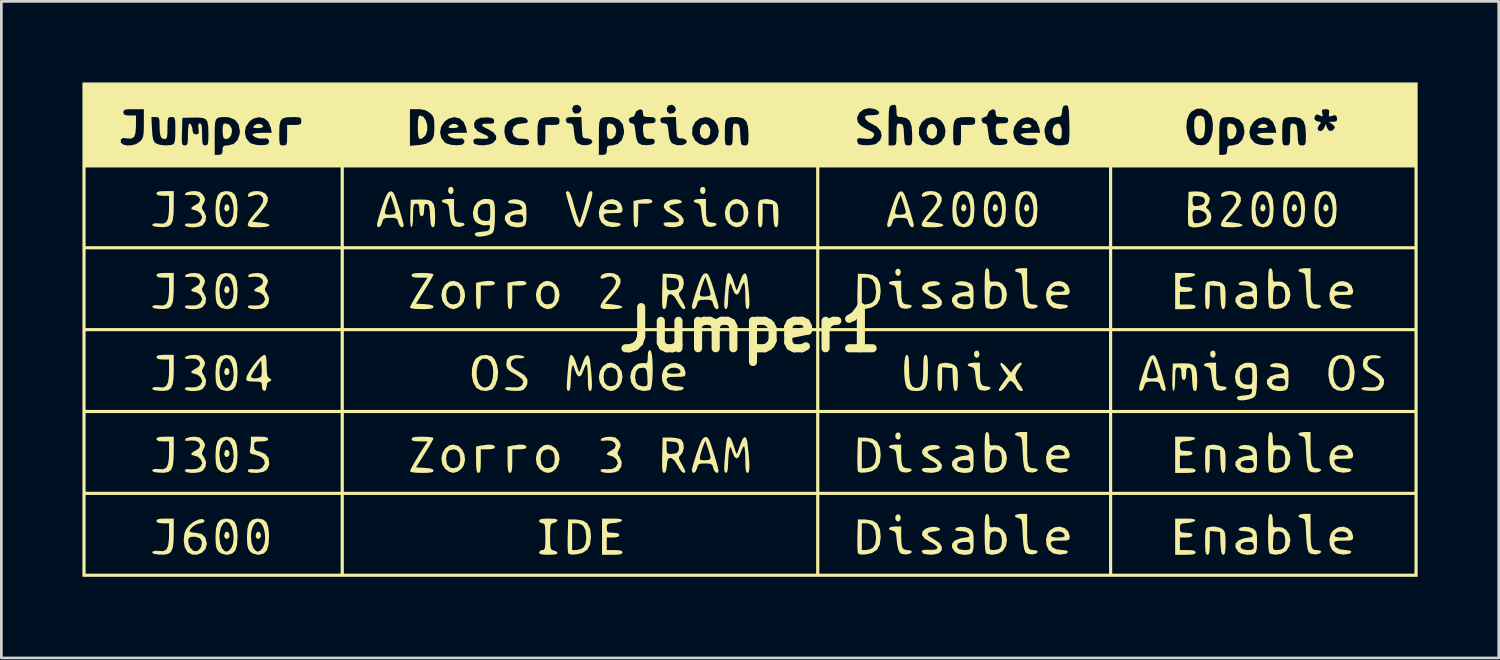
<source format=kicad_pcb>
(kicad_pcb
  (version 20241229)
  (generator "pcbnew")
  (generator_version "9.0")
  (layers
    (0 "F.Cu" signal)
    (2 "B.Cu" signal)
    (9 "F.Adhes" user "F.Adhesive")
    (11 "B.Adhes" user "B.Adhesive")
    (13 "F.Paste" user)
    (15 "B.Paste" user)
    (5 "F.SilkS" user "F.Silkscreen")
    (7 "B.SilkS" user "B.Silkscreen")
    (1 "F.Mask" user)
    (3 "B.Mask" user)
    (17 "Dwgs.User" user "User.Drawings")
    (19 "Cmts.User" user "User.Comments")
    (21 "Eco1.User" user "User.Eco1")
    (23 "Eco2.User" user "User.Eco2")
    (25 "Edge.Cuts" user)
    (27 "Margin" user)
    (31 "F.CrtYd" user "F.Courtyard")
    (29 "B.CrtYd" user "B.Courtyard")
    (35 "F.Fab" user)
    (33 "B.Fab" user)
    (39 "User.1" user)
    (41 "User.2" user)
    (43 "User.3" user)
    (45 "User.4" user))
  (footprint "Jumper1"
    (layer "F.Cu")
    (at 24.701 9.146)
    (property "Reference" "Jumper1" (at 0 0 0) (layer "F.SilkS") (effects (font (size 1.524 1.524) (thickness 0.3))))
    (attr board_only exclude_from_pos_files exclude_from_bom)
    (fp_poly (pts (xy -19.317 -4.633) (xy -19.264 -4.558) (xy -19.264 -4.452) (xy -19.266 -4.447) (xy -19.335 -4.375) (xy -19.417 -4.389) (xy -19.458 -4.479) (xy -19.458 -4.482) (xy -19.428 -4.596) (xy -19.393 -4.635)) (stroke (width 0) (type solid)) (fill yes) (layer "F.SilkS"))
    (fp_poly (pts (xy -19.317 -1.604) (xy -19.264 -1.528) (xy -19.264 -1.423) (xy -19.266 -1.418) (xy -19.335 -1.346) (xy -19.417 -1.36) (xy -19.458 -1.45) (xy -19.458 -1.453) (xy -19.428 -1.567) (xy -19.393 -1.606)) (stroke (width 0) (type solid)) (fill yes) (layer "F.SilkS"))
    (fp_poly (pts (xy -19.317 1.426) (xy -19.264 1.501) (xy -19.264 1.606) (xy -19.266 1.611) (xy -19.335 1.684) (xy -19.417 1.67) (xy -19.458 1.58) (xy -19.458 1.576) (xy -19.428 1.463) (xy -19.393 1.423)) (stroke (width 0) (type solid)) (fill yes) (layer "F.SilkS"))
    (fp_poly (pts (xy -19.317 4.455) (xy -19.264 4.531) (xy -19.264 4.636) (xy -19.266 4.641) (xy -19.335 4.713) (xy -19.417 4.699) (xy -19.458 4.609) (xy -19.458 4.606) (xy -19.428 4.492) (xy -19.393 4.453)) (stroke (width 0) (type solid)) (fill yes) (layer "F.SilkS"))
    (fp_poly (pts (xy -19.317 7.484) (xy -19.264 7.56) (xy -19.264 7.665) (xy -19.266 7.67) (xy -19.335 7.742) (xy -19.417 7.729) (xy -19.458 7.639) (xy -19.458 7.635) (xy -19.428 7.521) (xy -19.393 7.482)) (stroke (width 0) (type solid)) (fill yes) (layer "F.SilkS"))
    (fp_poly (pts (xy -18.151 7.484) (xy -18.098 7.56) (xy -18.099 7.665) (xy -18.1 7.67) (xy -18.17 7.742) (xy -18.252 7.729) (xy -18.293 7.639) (xy -18.293 7.635) (xy -18.263 7.521) (xy -18.228 7.482)) (stroke (width 0) (type solid)) (fill yes) (layer "F.SilkS"))
    (fp_poly (pts (xy -18.025 -7.551) (xy -18.016 -7.53) (xy -18.045 -7.477) (xy -18.181 -7.457) (xy -18.208 -7.457) (xy -18.343 -7.463) (xy -18.383 -7.49) (xy -18.349 -7.547) (xy -18.242 -7.61) (xy -18.116 -7.611)) (stroke (width 0) (type solid)) (fill yes) (layer "F.SilkS"))
    (fp_poly (pts (xy -11.027 -5.277) (xy -11.003 -5.259) (xy -10.966 -5.163) (xy -10.991 -5.061) (xy -11.064 -5.01) (xy -11.069 -5.01) (xy -11.141 -5.057) (xy -11.166 -5.101) (xy -11.168 -5.209) (xy -11.11 -5.279)) (stroke (width 0) (type solid)) (fill yes) (layer "F.SilkS"))
    (fp_poly (pts (xy -10.801 -7.551) (xy -10.792 -7.53) (xy -10.821 -7.477) (xy -10.957 -7.457) (xy -10.984 -7.457) (xy -11.119 -7.463) (xy -11.159 -7.49) (xy -11.125 -7.547) (xy -11.018 -7.61) (xy -10.892 -7.611)) (stroke (width 0) (type solid)) (fill yes) (layer "F.SilkS"))
    (fp_poly (pts (xy -1.706 -5.277) (xy -1.682 -5.259) (xy -1.645 -5.163) (xy -1.67 -5.061) (xy -1.743 -5.01) (xy -1.748 -5.01) (xy -1.82 -5.057) (xy -1.845 -5.101) (xy -1.847 -5.209) (xy -1.789 -5.279)) (stroke (width 0) (type solid)) (fill yes) (layer "F.SilkS"))
    (fp_poly (pts (xy 5.518 -2.248) (xy 5.542 -2.229) (xy 5.579 -2.134) (xy 5.553 -2.031) (xy 5.481 -1.981) (xy 5.476 -1.981) (xy 5.404 -2.027) (xy 5.379 -2.072) (xy 5.377 -2.18) (xy 5.435 -2.25)) (stroke (width 0) (type solid)) (fill yes) (layer "F.SilkS"))
    (fp_poly (pts (xy 5.518 3.811) (xy 5.542 3.829) (xy 5.579 3.925) (xy 5.553 4.027) (xy 5.481 4.078) (xy 5.476 4.078) (xy 5.404 4.031) (xy 5.379 3.987) (xy 5.377 3.879) (xy 5.435 3.809)) (stroke (width 0) (type solid)) (fill yes) (layer "F.SilkS"))
    (fp_poly (pts (xy 5.518 6.84) (xy 5.542 6.859) (xy 5.579 6.955) (xy 5.553 7.057) (xy 5.481 7.107) (xy 5.476 7.107) (xy 5.404 7.061) (xy 5.379 7.016) (xy 5.377 6.908) (xy 5.435 6.838)) (stroke (width 0) (type solid)) (fill yes) (layer "F.SilkS"))
    (fp_poly (pts (xy 7.948 -4.633) (xy 8.001 -4.558) (xy 8 -4.452) (xy 7.999 -4.447) (xy 7.929 -4.375) (xy 7.847 -4.389) (xy 7.806 -4.479) (xy 7.806 -4.482) (xy 7.836 -4.596) (xy 7.871 -4.635)) (stroke (width 0) (type solid)) (fill yes) (layer "F.SilkS"))
    (fp_poly (pts (xy 8.431 0.781) (xy 8.455 0.8) (xy 8.492 0.896) (xy 8.466 0.998) (xy 8.394 1.048) (xy 8.389 1.049) (xy 8.317 1.002) (xy 8.292 0.957) (xy 8.29 0.85) (xy 8.348 0.78)) (stroke (width 0) (type solid)) (fill yes) (layer "F.SilkS"))
    (fp_poly (pts (xy 9.113 -4.633) (xy 9.166 -4.558) (xy 9.166 -4.452) (xy 9.164 -4.447) (xy 9.094 -4.375) (xy 9.013 -4.389) (xy 8.972 -4.479) (xy 8.972 -4.482) (xy 9.001 -4.596) (xy 9.036 -4.635)) (stroke (width 0) (type solid)) (fill yes) (layer "F.SilkS"))
    (fp_poly (pts (xy 10.278 -4.633) (xy 10.331 -4.558) (xy 10.331 -4.452) (xy 10.329 -4.447) (xy 10.26 -4.375) (xy 10.178 -4.389) (xy 10.137 -4.479) (xy 10.137 -4.482) (xy 10.167 -4.596) (xy 10.201 -4.635)) (stroke (width 0) (type solid)) (fill yes) (layer "F.SilkS"))
    (fp_poly (pts (xy 10.404 -7.551) (xy 10.414 -7.53) (xy 10.385 -7.477) (xy 10.248 -7.457) (xy 10.222 -7.457) (xy 10.086 -7.463) (xy 10.047 -7.49) (xy 10.081 -7.547) (xy 10.188 -7.61) (xy 10.314 -7.611)) (stroke (width 0) (type solid)) (fill yes) (layer "F.SilkS"))
    (fp_poly (pts (xy 17.17 0.781) (xy 17.194 0.8) (xy 17.23 0.896) (xy 17.205 0.998) (xy 17.132 1.048) (xy 17.128 1.049) (xy 17.056 1.002) (xy 17.031 0.957) (xy 17.028 0.85) (xy 17.086 0.78)) (stroke (width 0) (type solid)) (fill yes) (layer "F.SilkS"))
    (fp_poly (pts (xy 19.017 -4.633) (xy 19.069 -4.558) (xy 19.069 -4.452) (xy 19.068 -4.447) (xy 18.998 -4.375) (xy 18.916 -4.389) (xy 18.875 -4.479) (xy 18.875 -4.482) (xy 18.905 -4.596) (xy 18.94 -4.635)) (stroke (width 0) (type solid)) (fill yes) (layer "F.SilkS"))
    (fp_poly (pts (xy 19.143 -7.551) (xy 19.152 -7.53) (xy 19.123 -7.477) (xy 18.987 -7.457) (xy 18.96 -7.457) (xy 18.825 -7.463) (xy 18.785 -7.49) (xy 18.819 -7.547) (xy 18.926 -7.61) (xy 19.052 -7.611)) (stroke (width 0) (type solid)) (fill yes) (layer "F.SilkS"))
    (fp_poly (pts (xy 20.182 -4.633) (xy 20.235 -4.558) (xy 20.234 -4.452) (xy 20.233 -4.447) (xy 20.163 -4.375) (xy 20.081 -4.389) (xy 20.04 -4.479) (xy 20.04 -4.482) (xy 20.07 -4.596) (xy 20.105 -4.635)) (stroke (width 0) (type solid)) (fill yes) (layer "F.SilkS"))
    (fp_poly (pts (xy 21.347 -4.633) (xy 21.4 -4.558) (xy 21.4 -4.452) (xy 21.398 -4.447) (xy 21.328 -4.375) (xy 21.246 -4.389) (xy 21.206 -4.479) (xy 21.206 -4.482) (xy 21.235 -4.596) (xy 21.27 -4.635)) (stroke (width 0) (type solid)) (fill yes) (layer "F.SilkS"))
    (fp_poly (pts (xy -19.263 -7.582) (xy -19.179 -7.445) (xy -19.167 -7.34) (xy -19.201 -7.185) (xy -19.285 -7.08) (xy -19.392 -7.046) (xy -19.477 -7.088) (xy -19.501 -7.166) (xy -19.515 -7.314) (xy -19.516 -7.379) (xy -19.507 -7.541) (xy -19.471 -7.616) (xy -19.411 -7.632)) (stroke (width 0) (type solid)) (fill yes) (layer "F.SilkS"))
    (fp_poly (pts (xy -5.048 -7.582) (xy -4.965 -7.445) (xy -4.952 -7.34) (xy -4.986 -7.185) (xy -5.071 -7.08) (xy -5.178 -7.046) (xy -5.263 -7.088) (xy -5.286 -7.166) (xy -5.3 -7.314) (xy -5.301 -7.379) (xy -5.292 -7.541) (xy -5.256 -7.616) (xy -5.197 -7.632)) (stroke (width 0) (type solid)) (fill yes) (layer "F.SilkS"))
    (fp_poly (pts (xy -1.546 -7.562) (xy -1.476 -7.425) (xy -1.467 -7.375) (xy -1.482 -7.204) (xy -1.557 -7.091) (xy -1.668 -7.055) (xy -1.789 -7.114) (xy -1.794 -7.119) (xy -1.855 -7.25) (xy -1.854 -7.415) (xy -1.794 -7.555) (xy -1.772 -7.577) (xy -1.653 -7.618)) (stroke (width 0) (type solid)) (fill yes) (layer "F.SilkS"))
    (fp_poly (pts (xy 6.843 -7.562) (xy 6.913 -7.425) (xy 6.922 -7.375) (xy 6.907 -7.204) (xy 6.832 -7.091) (xy 6.721 -7.055) (xy 6.6 -7.114) (xy 6.595 -7.119) (xy 6.534 -7.25) (xy 6.535 -7.415) (xy 6.595 -7.555) (xy 6.617 -7.577) (xy 6.736 -7.618)) (stroke (width 0) (type solid)) (fill yes) (layer "F.SilkS"))
    (fp_poly (pts (xy 11.48 -7.577) (xy 11.528 -7.427) (xy 11.535 -7.313) (xy 11.526 -7.147) (xy 11.493 -7.068) (xy 11.43 -7.049) (xy 11.301 -7.086) (xy 11.255 -7.119) (xy 11.196 -7.247) (xy 11.194 -7.411) (xy 11.249 -7.549) (xy 11.272 -7.573) (xy 11.392 -7.628)) (stroke (width 0) (type solid)) (fill yes) (layer "F.SilkS"))
    (fp_poly (pts (xy 17.905 -7.582) (xy 17.989 -7.445) (xy 18.001 -7.34) (xy 17.967 -7.185) (xy 17.883 -7.08) (xy 17.776 -7.046) (xy 17.691 -7.088) (xy 17.667 -7.166) (xy 17.653 -7.314) (xy 17.652 -7.379) (xy 17.661 -7.541) (xy 17.697 -7.616) (xy 17.757 -7.632)) (stroke (width 0) (type solid)) (fill yes) (layer "F.SilkS"))
    (fp_poly (pts (xy -12.084 -7.872) (xy -11.993 -7.742) (xy -11.944 -7.566) (xy -11.942 -7.378) (xy -11.995 -7.214) (xy -12.049 -7.145) (xy -12.159 -7.063) (xy -12.231 -7.06) (xy -12.273 -7.148) (xy -12.29 -7.335) (xy -12.292 -7.486) (xy -12.287 -7.719) (xy -12.269 -7.856) (xy -12.235 -7.916) (xy -12.209 -7.923)) (stroke (width 0) (type solid)) (fill yes) (layer "F.SilkS"))
    (fp_poly (pts (xy 16.773 -7.872) (xy 16.801 -7.831) (xy 16.829 -7.688) (xy 16.836 -7.5) (xy 16.823 -7.311) (xy 16.792 -7.166) (xy 16.766 -7.119) (xy 16.643 -7.053) (xy 16.532 -7.101) (xy 16.489 -7.162) (xy 16.448 -7.307) (xy 16.43 -7.509) (xy 16.438 -7.709) (xy 16.464 -7.831) (xy 16.544 -7.904) (xy 16.666 -7.918)) (stroke (width 0) (type solid)) (fill yes) (layer "F.SilkS"))
    (fp_poly (pts (xy -9.527 -1.795) (xy -9.443 -1.744) (xy -9.438 -1.719) (xy -9.472 -1.661) (xy -9.589 -1.635) (xy -9.7 -1.631) (xy -9.962 -1.631) (xy -9.962 -1.194) (xy -9.967 -0.964) (xy -9.983 -0.829) (xy -10.016 -0.767) (xy -10.049 -0.757) (xy -10.093 -0.779) (xy -10.12 -0.856) (xy -10.133 -1.011) (xy -10.137 -1.245) (xy -10.137 -1.733) (xy -9.955 -1.77) (xy -9.702 -1.804)) (stroke (width 0) (type solid)) (fill yes) (layer "F.SilkS"))
    (fp_poly (pts (xy -9.527 4.263) (xy -9.443 4.315) (xy -9.438 4.34) (xy -9.472 4.398) (xy -9.589 4.424) (xy -9.7 4.428) (xy -9.962 4.428) (xy -9.962 4.864) (xy -9.967 5.095) (xy -9.983 5.23) (xy -10.016 5.291) (xy -10.049 5.301) (xy -10.093 5.28) (xy -10.12 5.202) (xy -10.133 5.048) (xy -10.137 4.813) (xy -10.137 4.326) (xy -9.955 4.289) (xy -9.702 4.254)) (stroke (width 0) (type solid)) (fill yes) (layer "F.SilkS"))
    (fp_poly (pts (xy -8.362 -1.795) (xy -8.278 -1.744) (xy -8.272 -1.719) (xy -8.307 -1.661) (xy -8.423 -1.635) (xy -8.535 -1.631) (xy -8.797 -1.631) (xy -8.797 -1.194) (xy -8.801 -0.964) (xy -8.818 -0.829) (xy -8.851 -0.767) (xy -8.884 -0.757) (xy -8.928 -0.779) (xy -8.955 -0.856) (xy -8.968 -1.011) (xy -8.972 -1.245) (xy -8.972 -1.733) (xy -8.79 -1.77) (xy -8.537 -1.804)) (stroke (width 0) (type solid)) (fill yes) (layer "F.SilkS"))
    (fp_poly (pts (xy -8.362 4.263) (xy -8.278 4.315) (xy -8.272 4.34) (xy -8.307 4.398) (xy -8.423 4.424) (xy -8.535 4.428) (xy -8.797 4.428) (xy -8.797 4.864) (xy -8.801 5.095) (xy -8.818 5.23) (xy -8.851 5.291) (xy -8.884 5.301) (xy -8.928 5.28) (xy -8.955 5.202) (xy -8.968 5.048) (xy -8.972 4.813) (xy -8.972 4.326) (xy -8.79 4.289) (xy -8.537 4.254)) (stroke (width 0) (type solid)) (fill yes) (layer "F.SilkS"))
    (fp_poly (pts (xy -3.701 -4.825) (xy -3.617 -4.773) (xy -3.612 -4.748) (xy -3.646 -4.69) (xy -3.763 -4.664) (xy -3.874 -4.661) (xy -4.136 -4.661) (xy -4.136 -4.224) (xy -4.141 -3.993) (xy -4.157 -3.858) (xy -4.19 -3.797) (xy -4.224 -3.787) (xy -4.268 -3.808) (xy -4.294 -3.886) (xy -4.308 -4.04) (xy -4.311 -4.275) (xy -4.311 -4.763) (xy -4.129 -4.799) (xy -3.876 -4.834)) (stroke (width 0) (type solid)) (fill yes) (layer "F.SilkS"))
    (fp_poly (pts (xy -10.952 -4.491) (xy -10.946 -4.238) (xy -10.919 -4.079) (xy -10.862 -3.995) (xy -10.766 -3.964) (xy -10.708 -3.961) (xy -10.585 -3.939) (xy -10.559 -3.888) (xy -10.621 -3.833) (xy -10.758 -3.798) (xy -10.93 -3.819) (xy -11.012 -3.876) (xy -11.06 -3.984) (xy -11.099 -4.164) (xy -11.116 -4.313) (xy -11.136 -4.509) (xy -11.168 -4.616) (xy -11.222 -4.663) (xy -11.26 -4.672) (xy -11.384 -4.713) (xy -11.407 -4.768) (xy -11.337 -4.816) (xy -11.19 -4.835) (xy -10.952 -4.835)) (stroke (width 0) (type solid)) (fill yes) (layer "F.SilkS"))
    (fp_poly (pts (xy -1.631 -4.491) (xy -1.624 -4.238) (xy -1.598 -4.079) (xy -1.541 -3.995) (xy -1.445 -3.964) (xy -1.387 -3.961) (xy -1.264 -3.939) (xy -1.238 -3.888) (xy -1.3 -3.833) (xy -1.437 -3.798) (xy -1.609 -3.819) (xy -1.691 -3.876) (xy -1.738 -3.984) (xy -1.778 -4.164) (xy -1.795 -4.313) (xy -1.815 -4.509) (xy -1.847 -4.616) (xy -1.901 -4.663) (xy -1.939 -4.672) (xy -2.063 -4.713) (xy -2.086 -4.768) (xy -2.016 -4.816) (xy -1.869 -4.835) (xy -1.631 -4.835)) (stroke (width 0) (type solid)) (fill yes) (layer "F.SilkS"))
    (fp_poly (pts (xy 5.593 -1.461) (xy 5.599 -1.208) (xy 5.626 -1.05) (xy 5.683 -0.966) (xy 5.779 -0.935) (xy 5.837 -0.932) (xy 5.96 -0.91) (xy 5.986 -0.858) (xy 5.924 -0.803) (xy 5.787 -0.769) (xy 5.615 -0.79) (xy 5.533 -0.847) (xy 5.485 -0.955) (xy 5.446 -1.135) (xy 5.429 -1.283) (xy 5.409 -1.479) (xy 5.377 -1.587) (xy 5.323 -1.633) (xy 5.285 -1.643) (xy 5.161 -1.683) (xy 5.138 -1.738) (xy 5.208 -1.786) (xy 5.355 -1.806) (xy 5.593 -1.806)) (stroke (width 0) (type solid)) (fill yes) (layer "F.SilkS"))
    (fp_poly (pts (xy 5.593 4.598) (xy 5.599 4.851) (xy 5.626 5.009) (xy 5.683 5.093) (xy 5.779 5.124) (xy 5.837 5.127) (xy 5.96 5.149) (xy 5.986 5.2) (xy 5.924 5.256) (xy 5.787 5.29) (xy 5.615 5.269) (xy 5.533 5.212) (xy 5.485 5.104) (xy 5.446 4.924) (xy 5.429 4.775) (xy 5.409 4.579) (xy 5.377 4.472) (xy 5.323 4.425) (xy 5.285 4.416) (xy 5.161 4.375) (xy 5.138 4.32) (xy 5.208 4.272) (xy 5.355 4.253) (xy 5.593 4.253)) (stroke (width 0) (type solid)) (fill yes) (layer "F.SilkS"))
    (fp_poly (pts (xy 5.593 7.627) (xy 5.599 7.88) (xy 5.626 8.038) (xy 5.683 8.122) (xy 5.779 8.153) (xy 5.837 8.156) (xy 5.96 8.178) (xy 5.986 8.23) (xy 5.924 8.285) (xy 5.787 8.319) (xy 5.615 8.299) (xy 5.533 8.241) (xy 5.485 8.133) (xy 5.446 7.954) (xy 5.429 7.805) (xy 5.409 7.609) (xy 5.377 7.501) (xy 5.323 7.455) (xy 5.285 7.445) (xy 5.161 7.405) (xy 5.138 7.35) (xy 5.208 7.302) (xy 5.355 7.282) (xy 5.593 7.282)) (stroke (width 0) (type solid)) (fill yes) (layer "F.SilkS"))
    (fp_poly (pts (xy 8.506 1.568) (xy 8.512 1.821) (xy 8.539 1.979) (xy 8.596 2.063) (xy 8.692 2.095) (xy 8.75 2.097) (xy 8.872 2.12) (xy 8.899 2.171) (xy 8.837 2.226) (xy 8.7 2.26) (xy 8.528 2.24) (xy 8.446 2.183) (xy 8.398 2.074) (xy 8.359 1.895) (xy 8.342 1.746) (xy 8.322 1.55) (xy 8.29 1.443) (xy 8.236 1.396) (xy 8.197 1.387) (xy 8.073 1.346) (xy 8.051 1.291) (xy 8.121 1.243) (xy 8.268 1.223) (xy 8.506 1.223)) (stroke (width 0) (type solid)) (fill yes) (layer "F.SilkS"))
    (fp_poly (pts (xy 17.244 1.568) (xy 17.251 1.821) (xy 17.278 1.979) (xy 17.334 2.063) (xy 17.43 2.095) (xy 17.488 2.097) (xy 17.611 2.12) (xy 17.638 2.171) (xy 17.576 2.226) (xy 17.438 2.26) (xy 17.266 2.24) (xy 17.184 2.183) (xy 17.137 2.074) (xy 17.098 1.895) (xy 17.08 1.746) (xy 17.06 1.55) (xy 17.029 1.443) (xy 16.974 1.396) (xy 16.936 1.387) (xy 16.812 1.346) (xy 16.789 1.291) (xy 16.86 1.243) (xy 17.006 1.223) (xy 17.244 1.223)) (stroke (width 0) (type solid)) (fill yes) (layer "F.SilkS"))
    (fp_poly (pts (xy 10.253 -1.694) (xy 10.256 -1.383) (xy 10.268 -1.17) (xy 10.296 -1.037) (xy 10.345 -0.965) (xy 10.421 -0.936) (xy 10.497 -0.932) (xy 10.62 -0.91) (xy 10.647 -0.858) (xy 10.585 -0.803) (xy 10.448 -0.769) (xy 10.271 -0.792) (xy 10.19 -0.851) (xy 10.14 -0.977) (xy 10.105 -1.218) (xy 10.088 -1.52) (xy 10.077 -1.783) (xy 10.062 -1.951) (xy 10.039 -2.047) (xy 10.001 -2.092) (xy 9.947 -2.108) (xy 9.822 -2.149) (xy 9.799 -2.204) (xy 9.869 -2.252) (xy 10.015 -2.272) (xy 10.253 -2.272)) (stroke (width 0) (type solid)) (fill yes) (layer "F.SilkS"))
    (fp_poly (pts (xy 10.253 4.365) (xy 10.256 4.676) (xy 10.268 4.889) (xy 10.296 5.022) (xy 10.345 5.094) (xy 10.421 5.122) (xy 10.497 5.127) (xy 10.62 5.149) (xy 10.647 5.2) (xy 10.585 5.256) (xy 10.448 5.29) (xy 10.271 5.267) (xy 10.19 5.208) (xy 10.14 5.082) (xy 10.105 4.841) (xy 10.088 4.539) (xy 10.077 4.276) (xy 10.062 4.108) (xy 10.039 4.012) (xy 10.001 3.967) (xy 9.947 3.95) (xy 9.822 3.909) (xy 9.799 3.854) (xy 9.869 3.806) (xy 10.015 3.787) (xy 10.253 3.787)) (stroke (width 0) (type solid)) (fill yes) (layer "F.SilkS"))
    (fp_poly (pts (xy 10.253 7.394) (xy 10.256 7.705) (xy 10.268 7.918) (xy 10.296 8.051) (xy 10.345 8.123) (xy 10.421 8.152) (xy 10.497 8.156) (xy 10.62 8.178) (xy 10.647 8.23) (xy 10.585 8.285) (xy 10.448 8.319) (xy 10.271 8.296) (xy 10.19 8.238) (xy 10.14 8.111) (xy 10.105 7.87) (xy 10.088 7.568) (xy 10.077 7.305) (xy 10.062 7.137) (xy 10.039 7.041) (xy 10.001 6.996) (xy 9.947 6.98) (xy 9.822 6.939) (xy 9.799 6.884) (xy 9.869 6.836) (xy 10.015 6.816) (xy 10.253 6.816)) (stroke (width 0) (type solid)) (fill yes) (layer "F.SilkS"))
    (fp_poly (pts (xy 20.739 -1.694) (xy 20.742 -1.383) (xy 20.754 -1.17) (xy 20.782 -1.037) (xy 20.831 -0.965) (xy 20.907 -0.936) (xy 20.984 -0.932) (xy 21.106 -0.91) (xy 21.133 -0.858) (xy 21.071 -0.803) (xy 20.934 -0.769) (xy 20.757 -0.792) (xy 20.676 -0.851) (xy 20.626 -0.977) (xy 20.592 -1.218) (xy 20.574 -1.52) (xy 20.563 -1.783) (xy 20.548 -1.951) (xy 20.525 -2.047) (xy 20.487 -2.092) (xy 20.433 -2.108) (xy 20.308 -2.149) (xy 20.285 -2.204) (xy 20.355 -2.252) (xy 20.502 -2.272) (xy 20.739 -2.272)) (stroke (width 0) (type solid)) (fill yes) (layer "F.SilkS"))
    (fp_poly (pts (xy 20.739 4.365) (xy 20.742 4.676) (xy 20.754 4.889) (xy 20.782 5.022) (xy 20.831 5.094) (xy 20.907 5.122) (xy 20.984 5.127) (xy 21.106 5.149) (xy 21.133 5.2) (xy 21.071 5.256) (xy 20.934 5.29) (xy 20.757 5.267) (xy 20.676 5.208) (xy 20.626 5.082) (xy 20.592 4.841) (xy 20.574 4.539) (xy 20.563 4.276) (xy 20.548 4.108) (xy 20.525 4.012) (xy 20.487 3.967) (xy 20.433 3.95) (xy 20.308 3.909) (xy 20.285 3.854) (xy 20.355 3.806) (xy 20.502 3.787) (xy 20.739 3.787)) (stroke (width 0) (type solid)) (fill yes) (layer "F.SilkS"))
    (fp_poly (pts (xy 20.739 7.394) (xy 20.742 7.705) (xy 20.754 7.918) (xy 20.782 8.051) (xy 20.831 8.123) (xy 20.907 8.152) (xy 20.984 8.156) (xy 21.106 8.178) (xy 21.133 8.23) (xy 21.071 8.285) (xy 20.934 8.319) (xy 20.757 8.296) (xy 20.676 8.238) (xy 20.626 8.111) (xy 20.592 7.87) (xy 20.574 7.568) (xy 20.563 7.305) (xy 20.548 7.137) (xy 20.525 7.041) (xy 20.487 6.996) (xy 20.433 6.98) (xy 20.308 6.939) (xy 20.285 6.884) (xy 20.355 6.836) (xy 20.502 6.816) (xy 20.739 6.816)) (stroke (width 0) (type solid)) (fill yes) (layer "F.SilkS"))
    (fp_poly (pts (xy -21.322 -4.586) (xy -21.331 -4.262) (xy -21.362 -4.036) (xy -21.426 -3.894) (xy -21.53 -3.818) (xy -21.684 -3.792) (xy -21.748 -3.791) (xy -21.919 -3.801) (xy -22.045 -3.819) (xy -22.065 -3.825) (xy -22.124 -3.873) (xy -22.092 -3.915) (xy -21.995 -3.937) (xy -21.88 -3.929) (xy -21.712 -3.921) (xy -21.598 -3.98) (xy -21.531 -4.118) (xy -21.501 -4.351) (xy -21.497 -4.519) (xy -21.497 -4.952) (xy -21.73 -4.952) (xy -21.892 -4.966) (xy -21.959 -5.014) (xy -21.963 -5.039) (xy -21.934 -5.092) (xy -21.833 -5.119) (xy -21.642 -5.127) (xy -21.322 -5.127)) (stroke (width 0) (type solid)) (fill yes) (layer "F.SilkS"))
    (fp_poly (pts (xy -21.322 -1.557) (xy -21.331 -1.232) (xy -21.362 -1.007) (xy -21.426 -0.864) (xy -21.53 -0.788) (xy -21.684 -0.762) (xy -21.748 -0.762) (xy -21.919 -0.772) (xy -22.045 -0.79) (xy -22.065 -0.796) (xy -22.124 -0.843) (xy -22.092 -0.885) (xy -21.995 -0.908) (xy -21.88 -0.9) (xy -21.712 -0.892) (xy -21.598 -0.95) (xy -21.531 -1.089) (xy -21.501 -1.321) (xy -21.497 -1.49) (xy -21.497 -1.922) (xy -21.73 -1.922) (xy -21.892 -1.937) (xy -21.959 -1.985) (xy -21.963 -2.01) (xy -21.934 -2.063) (xy -21.833 -2.09) (xy -21.642 -2.097) (xy -21.322 -2.097)) (stroke (width 0) (type solid)) (fill yes) (layer "F.SilkS"))
    (fp_poly (pts (xy -21.322 1.473) (xy -21.331 1.797) (xy -21.362 2.022) (xy -21.426 2.165) (xy -21.53 2.241) (xy -21.684 2.267) (xy -21.748 2.267) (xy -21.919 2.258) (xy -22.045 2.24) (xy -22.065 2.233) (xy -22.124 2.186) (xy -22.092 2.144) (xy -21.995 2.122) (xy -21.88 2.129) (xy -21.712 2.138) (xy -21.598 2.079) (xy -21.531 1.94) (xy -21.501 1.708) (xy -21.497 1.54) (xy -21.497 1.107) (xy -21.73 1.107) (xy -21.892 1.092) (xy -21.959 1.045) (xy -21.963 1.019) (xy -21.934 0.967) (xy -21.833 0.94) (xy -21.642 0.932) (xy -21.322 0.932)) (stroke (width 0) (type solid)) (fill yes) (layer "F.SilkS"))
    (fp_poly (pts (xy -21.322 4.502) (xy -21.331 4.826) (xy -21.362 5.052) (xy -21.426 5.194) (xy -21.53 5.27) (xy -21.684 5.296) (xy -21.748 5.297) (xy -21.919 5.287) (xy -22.045 5.269) (xy -22.065 5.263) (xy -22.124 5.215) (xy -22.092 5.173) (xy -21.995 5.151) (xy -21.88 5.159) (xy -21.712 5.167) (xy -21.598 5.108) (xy -21.531 4.97) (xy -21.501 4.738) (xy -21.497 4.569) (xy -21.497 4.136) (xy -21.73 4.136) (xy -21.892 4.122) (xy -21.959 4.074) (xy -21.963 4.049) (xy -21.934 3.996) (xy -21.833 3.969) (xy -21.642 3.961) (xy -21.322 3.961)) (stroke (width 0) (type solid)) (fill yes) (layer "F.SilkS"))
    (fp_poly (pts (xy -21.322 7.531) (xy -21.331 7.856) (xy -21.362 8.081) (xy -21.426 8.224) (xy -21.53 8.3) (xy -21.684 8.326) (xy -21.748 8.326) (xy -21.919 8.317) (xy -22.045 8.298) (xy -22.065 8.292) (xy -22.124 8.245) (xy -22.092 8.203) (xy -21.995 8.18) (xy -21.88 8.188) (xy -21.712 8.196) (xy -21.598 8.138) (xy -21.531 7.999) (xy -21.501 7.767) (xy -21.497 7.598) (xy -21.497 7.166) (xy -21.73 7.166) (xy -21.892 7.151) (xy -21.959 7.103) (xy -21.963 7.078) (xy -21.934 7.026) (xy -21.833 6.998) (xy -21.642 6.991) (xy -21.322 6.991)) (stroke (width 0) (type solid)) (fill yes) (layer "F.SilkS"))
    (fp_poly (pts (xy -6.443 7.024) (xy -6.187 7.064) (xy -6.013 7.181) (xy -5.914 7.382) (xy -5.884 7.661) (xy -5.918 7.947) (xy -6.024 8.146) (xy -6.211 8.267) (xy -6.424 8.315) (xy -6.606 8.325) (xy -6.702 8.299) (xy -6.73 8.261) (xy -6.742 8.169) (xy -6.743 8.156) (xy -6.583 8.156) (xy -6.427 8.156) (xy -6.267 8.12) (xy -6.165 8.06) (xy -6.091 7.942) (xy -6.06 7.749) (xy -6.059 7.671) (xy -6.09 7.41) (xy -6.186 7.244) (xy -6.349 7.17) (xy -6.417 7.166) (xy -6.583 7.166) (xy -6.583 8.156) (xy -6.743 8.156) (xy -6.749 7.991) (xy -6.749 7.755) (xy -6.745 7.598) (xy -6.729 7.02)) (stroke (width 0) (type solid)) (fill yes) (layer "F.SilkS"))
    (fp_poly (pts (xy 0.819 -4.795) (xy 0.919 -4.745) (xy 0.987 -4.684) (xy 1.026 -4.599) (xy 1.044 -4.46) (xy 1.049 -4.237) (xy 1.049 -4.22) (xy 1.044 -3.989) (xy 1.026 -3.854) (xy 0.992 -3.795) (xy 0.964 -3.787) (xy 0.916 -3.816) (xy 0.886 -3.915) (xy 0.867 -4.105) (xy 0.862 -4.209) (xy 0.845 -4.631) (xy 0.655 -4.65) (xy 0.466 -4.668) (xy 0.466 -4.227) (xy 0.462 -3.996) (xy 0.445 -3.859) (xy 0.413 -3.797) (xy 0.379 -3.787) (xy 0.335 -3.808) (xy 0.308 -3.886) (xy 0.295 -4.04) (xy 0.291 -4.276) (xy 0.296 -4.526) (xy 0.311 -4.683) (xy 0.342 -4.768) (xy 0.383 -4.8) (xy 0.599 -4.834)) (stroke (width 0) (type solid)) (fill yes) (layer "F.SilkS"))
    (fp_poly (pts (xy 4.276 -2.064) (xy 4.532 -2.024) (xy 4.706 -1.907) (xy 4.805 -1.706) (xy 4.835 -1.427) (xy 4.802 -1.141) (xy 4.695 -0.942) (xy 4.508 -0.821) (xy 4.296 -0.773) (xy 4.113 -0.763) (xy 4.018 -0.789) (xy 3.989 -0.827) (xy 3.977 -0.919) (xy 3.977 -0.932) (xy 4.136 -0.932) (xy 4.292 -0.932) (xy 4.452 -0.968) (xy 4.554 -1.029) (xy 4.629 -1.146) (xy 4.659 -1.339) (xy 4.661 -1.417) (xy 4.629 -1.678) (xy 4.533 -1.844) (xy 4.371 -1.918) (xy 4.302 -1.922) (xy 4.136 -1.922) (xy 4.136 -0.932) (xy 3.977 -0.932) (xy 3.971 -1.097) (xy 3.97 -1.333) (xy 3.974 -1.49) (xy 3.991 -2.068)) (stroke (width 0) (type solid)) (fill yes) (layer "F.SilkS"))
    (fp_poly (pts (xy 4.276 3.995) (xy 4.532 4.035) (xy 4.706 4.152) (xy 4.805 4.353) (xy 4.835 4.631) (xy 4.802 4.918) (xy 4.695 5.117) (xy 4.508 5.238) (xy 4.296 5.285) (xy 4.113 5.295) (xy 4.018 5.27) (xy 3.989 5.232) (xy 3.977 5.14) (xy 3.977 5.127) (xy 4.136 5.127) (xy 4.292 5.127) (xy 4.452 5.091) (xy 4.554 5.03) (xy 4.629 4.912) (xy 4.659 4.719) (xy 4.661 4.642) (xy 4.629 4.381) (xy 4.533 4.215) (xy 4.371 4.141) (xy 4.302 4.136) (xy 4.136 4.136) (xy 4.136 5.127) (xy 3.977 5.127) (xy 3.971 4.961) (xy 3.97 4.726) (xy 3.974 4.569) (xy 3.991 3.991)) (stroke (width 0) (type solid)) (fill yes) (layer "F.SilkS"))
    (fp_poly (pts (xy 4.276 7.024) (xy 4.532 7.064) (xy 4.706 7.181) (xy 4.805 7.382) (xy 4.835 7.661) (xy 4.802 7.947) (xy 4.695 8.146) (xy 4.508 8.267) (xy 4.296 8.315) (xy 4.113 8.325) (xy 4.018 8.299) (xy 3.989 8.261) (xy 3.977 8.169) (xy 3.977 8.156) (xy 4.136 8.156) (xy 4.292 8.156) (xy 4.452 8.12) (xy 4.554 8.06) (xy 4.629 7.942) (xy 4.659 7.749) (xy 4.661 7.671) (xy 4.629 7.41) (xy 4.533 7.244) (xy 4.371 7.17) (xy 4.302 7.166) (xy 4.136 7.166) (xy 4.136 8.156) (xy 3.977 8.156) (xy 3.971 7.991) (xy 3.97 7.755) (xy 3.974 7.598) (xy 3.991 7.02)) (stroke (width 0) (type solid)) (fill yes) (layer "F.SilkS"))
    (fp_poly (pts (xy 7.461 1.263) (xy 7.56 1.314) (xy 7.628 1.375) (xy 7.667 1.46) (xy 7.685 1.599) (xy 7.69 1.822) (xy 7.69 1.838) (xy 7.685 2.069) (xy 7.668 2.205) (xy 7.634 2.264) (xy 7.605 2.272) (xy 7.558 2.243) (xy 7.527 2.143) (xy 7.508 1.954) (xy 7.503 1.85) (xy 7.486 1.427) (xy 7.297 1.409) (xy 7.107 1.391) (xy 7.107 1.831) (xy 7.103 2.063) (xy 7.087 2.199) (xy 7.054 2.261) (xy 7.02 2.272) (xy 6.976 2.251) (xy 6.949 2.173) (xy 6.936 2.019) (xy 6.933 1.783) (xy 6.937 1.532) (xy 6.953 1.376) (xy 6.983 1.291) (xy 7.025 1.259) (xy 7.24 1.224)) (stroke (width 0) (type solid)) (fill yes) (layer "F.SilkS"))
    (fp_poly (pts (xy 17.364 -1.766) (xy 17.464 -1.715) (xy 17.532 -1.654) (xy 17.571 -1.57) (xy 17.589 -1.431) (xy 17.594 -1.208) (xy 17.594 -1.191) (xy 17.589 -0.96) (xy 17.571 -0.825) (xy 17.537 -0.765) (xy 17.509 -0.757) (xy 17.461 -0.786) (xy 17.431 -0.886) (xy 17.412 -1.075) (xy 17.407 -1.18) (xy 17.39 -1.602) (xy 17.2 -1.62) (xy 17.011 -1.639) (xy 17.011 -1.198) (xy 17.006 -0.966) (xy 16.99 -0.83) (xy 16.958 -0.768) (xy 16.924 -0.757) (xy 16.88 -0.779) (xy 16.853 -0.856) (xy 16.84 -1.01) (xy 16.836 -1.246) (xy 16.841 -1.497) (xy 16.856 -1.653) (xy 16.887 -1.738) (xy 16.928 -1.771) (xy 17.144 -1.805)) (stroke (width 0) (type solid)) (fill yes) (layer "F.SilkS"))
    (fp_poly (pts (xy 17.364 4.293) (xy 17.464 4.343) (xy 17.532 4.404) (xy 17.571 4.489) (xy 17.589 4.628) (xy 17.594 4.851) (xy 17.594 4.868) (xy 17.589 5.099) (xy 17.571 5.234) (xy 17.537 5.293) (xy 17.509 5.301) (xy 17.461 5.272) (xy 17.431 5.173) (xy 17.412 4.983) (xy 17.407 4.879) (xy 17.39 4.457) (xy 17.2 4.438) (xy 17.011 4.42) (xy 17.011 4.861) (xy 17.006 5.092) (xy 16.99 5.229) (xy 16.958 5.291) (xy 16.924 5.301) (xy 16.88 5.28) (xy 16.853 5.203) (xy 16.84 5.048) (xy 16.836 4.812) (xy 16.841 4.562) (xy 16.856 4.405) (xy 16.887 4.321) (xy 16.928 4.288) (xy 17.144 4.254)) (stroke (width 0) (type solid)) (fill yes) (layer "F.SilkS"))
    (fp_poly (pts (xy 17.364 7.322) (xy 17.464 7.373) (xy 17.532 7.434) (xy 17.571 7.518) (xy 17.589 7.657) (xy 17.594 7.88) (xy 17.594 7.897) (xy 17.589 8.128) (xy 17.571 8.263) (xy 17.537 8.323) (xy 17.509 8.331) (xy 17.461 8.302) (xy 17.431 8.202) (xy 17.412 8.013) (xy 17.407 7.908) (xy 17.39 7.486) (xy 17.2 7.468) (xy 17.011 7.449) (xy 17.011 7.89) (xy 17.006 8.122) (xy 16.99 8.258) (xy 16.958 8.32) (xy 16.924 8.331) (xy 16.88 8.309) (xy 16.853 8.232) (xy 16.84 8.078) (xy 16.836 7.842) (xy 16.841 7.591) (xy 16.856 7.435) (xy 16.887 7.35) (xy 16.928 7.317) (xy 17.144 7.283)) (stroke (width 0) (type solid)) (fill yes) (layer "F.SilkS"))
    (fp_poly (pts (xy -4.876 6.997) (xy -4.76 7.019) (xy -4.732 7.059) (xy -4.733 7.064) (xy -4.801 7.111) (xy -4.947 7.146) (xy -5.029 7.154) (xy -5.194 7.17) (xy -5.274 7.204) (xy -5.3 7.278) (xy -5.301 7.344) (xy -5.292 7.454) (xy -5.241 7.503) (xy -5.116 7.515) (xy -5.068 7.515) (xy -4.906 7.53) (xy -4.84 7.577) (xy -4.835 7.603) (xy -4.874 7.663) (xy -5.001 7.688) (xy -5.068 7.69) (xy -5.301 7.69) (xy -5.301 8.156) (xy -5.01 8.156) (xy -4.827 8.165) (xy -4.737 8.198) (xy -4.719 8.243) (xy -4.744 8.292) (xy -4.834 8.32) (xy -5.012 8.33) (xy -5.097 8.331) (xy -5.476 8.331) (xy -5.476 6.991) (xy -5.093 6.991)) (stroke (width 0) (type solid)) (fill yes) (layer "F.SilkS"))
    (fp_poly (pts (xy 16.33 -2.091) (xy 16.445 -2.069) (xy 16.474 -2.029) (xy 16.472 -2.024) (xy 16.404 -1.977) (xy 16.258 -1.942) (xy 16.176 -1.934) (xy 16.011 -1.918) (xy 15.931 -1.884) (xy 15.906 -1.81) (xy 15.904 -1.745) (xy 15.914 -1.634) (xy 15.964 -1.586) (xy 16.09 -1.573) (xy 16.137 -1.573) (xy 16.299 -1.559) (xy 16.366 -1.511) (xy 16.37 -1.486) (xy 16.332 -1.425) (xy 16.204 -1.4) (xy 16.137 -1.398) (xy 15.904 -1.398) (xy 15.904 -0.932) (xy 16.195 -0.932) (xy 16.379 -0.923) (xy 16.468 -0.89) (xy 16.487 -0.845) (xy 16.461 -0.796) (xy 16.371 -0.768) (xy 16.194 -0.758) (xy 16.108 -0.757) (xy 15.729 -0.757) (xy 15.729 -2.097) (xy 16.113 -2.097)) (stroke (width 0) (type solid)) (fill yes) (layer "F.SilkS"))
    (fp_poly (pts (xy 16.33 3.968) (xy 16.445 3.99) (xy 16.474 4.03) (xy 16.472 4.034) (xy 16.404 4.082) (xy 16.258 4.116) (xy 16.176 4.125) (xy 16.011 4.141) (xy 15.931 4.175) (xy 15.906 4.249) (xy 15.904 4.314) (xy 15.914 4.424) (xy 15.964 4.473) (xy 16.09 4.486) (xy 16.137 4.486) (xy 16.299 4.5) (xy 16.366 4.548) (xy 16.37 4.573) (xy 16.332 4.634) (xy 16.204 4.659) (xy 16.137 4.661) (xy 15.904 4.661) (xy 15.904 5.127) (xy 16.195 5.127) (xy 16.379 5.136) (xy 16.468 5.168) (xy 16.487 5.214) (xy 16.461 5.263) (xy 16.371 5.29) (xy 16.194 5.301) (xy 16.108 5.301) (xy 15.729 5.301) (xy 15.729 3.961) (xy 16.113 3.961)) (stroke (width 0) (type solid)) (fill yes) (layer "F.SilkS"))
    (fp_poly (pts (xy 16.33 6.997) (xy 16.445 7.019) (xy 16.474 7.059) (xy 16.472 7.064) (xy 16.404 7.111) (xy 16.258 7.146) (xy 16.176 7.154) (xy 16.011 7.17) (xy 15.931 7.204) (xy 15.906 7.278) (xy 15.904 7.344) (xy 15.914 7.454) (xy 15.964 7.503) (xy 16.09 7.515) (xy 16.137 7.515) (xy 16.299 7.53) (xy 16.366 7.577) (xy 16.37 7.603) (xy 16.332 7.663) (xy 16.204 7.688) (xy 16.137 7.69) (xy 15.904 7.69) (xy 15.904 8.156) (xy 16.195 8.156) (xy 16.379 8.165) (xy 16.468 8.198) (xy 16.487 8.243) (xy 16.461 8.292) (xy 16.371 8.32) (xy 16.194 8.33) (xy 16.108 8.331) (xy 15.729 8.331) (xy 15.729 6.991) (xy 16.113 6.991)) (stroke (width 0) (type solid)) (fill yes) (layer "F.SilkS"))
    (fp_poly (pts (xy -10.794 -1.755) (xy -10.652 -1.623) (xy -10.566 -1.439) (xy -10.544 -1.231) (xy -10.596 -1.028) (xy -10.687 -0.9) (xy -10.829 -0.801) (xy -10.976 -0.757) (xy -10.981 -0.757) (xy -11.127 -0.798) (xy -11.27 -0.895) (xy -11.275 -0.9) (xy -11.388 -1.08) (xy -11.419 -1.282) (xy -11.244 -1.282) (xy -11.211 -1.074) (xy -11.111 -0.959) (xy -10.981 -0.932) (xy -10.848 -0.964) (xy -10.789 -1.002) (xy -10.742 -1.104) (xy -10.72 -1.261) (xy -10.719 -1.282) (xy -10.752 -1.489) (xy -10.852 -1.604) (xy -10.981 -1.631) (xy -11.137 -1.588) (xy -11.223 -1.454) (xy -11.244 -1.282) (xy -11.419 -1.282) (xy -11.42 -1.287) (xy -11.38 -1.491) (xy -11.278 -1.665) (xy -11.123 -1.778) (xy -10.981 -1.806)) (stroke (width 0) (type solid)) (fill yes) (layer "F.SilkS"))
    (fp_poly (pts (xy -10.794 4.303) (xy -10.652 4.435) (xy -10.566 4.62) (xy -10.544 4.828) (xy -10.596 5.03) (xy -10.687 5.158) (xy -10.829 5.258) (xy -10.976 5.301) (xy -10.981 5.301) (xy -11.127 5.261) (xy -11.27 5.163) (xy -11.275 5.158) (xy -11.388 4.979) (xy -11.419 4.777) (xy -11.244 4.777) (xy -11.211 4.985) (xy -11.111 5.099) (xy -10.981 5.127) (xy -10.848 5.095) (xy -10.789 5.057) (xy -10.742 4.955) (xy -10.72 4.797) (xy -10.719 4.777) (xy -10.752 4.569) (xy -10.852 4.455) (xy -10.981 4.428) (xy -11.137 4.471) (xy -11.223 4.605) (xy -11.244 4.777) (xy -11.419 4.777) (xy -11.42 4.772) (xy -11.38 4.568) (xy -11.278 4.394) (xy -11.123 4.281) (xy -10.981 4.253)) (stroke (width 0) (type solid)) (fill yes) (layer "F.SilkS"))
    (fp_poly (pts (xy -7.341 -1.766) (xy -7.197 -1.668) (xy -7.192 -1.663) (xy -7.079 -1.483) (xy -7.048 -1.277) (xy -7.088 -1.072) (xy -7.19 -0.899) (xy -7.344 -0.785) (xy -7.486 -0.757) (xy -7.631 -0.798) (xy -7.775 -0.895) (xy -7.78 -0.9) (xy -7.893 -1.08) (xy -7.923 -1.282) (xy -7.748 -1.282) (xy -7.715 -1.074) (xy -7.615 -0.959) (xy -7.486 -0.932) (xy -7.352 -0.964) (xy -7.294 -1.002) (xy -7.242 -1.117) (xy -7.226 -1.287) (xy -7.244 -1.455) (xy -7.294 -1.561) (xy -7.407 -1.62) (xy -7.486 -1.631) (xy -7.642 -1.588) (xy -7.728 -1.454) (xy -7.748 -1.282) (xy -7.923 -1.282) (xy -7.924 -1.287) (xy -7.884 -1.491) (xy -7.782 -1.665) (xy -7.628 -1.778) (xy -7.486 -1.806)) (stroke (width 0) (type solid)) (fill yes) (layer "F.SilkS"))
    (fp_poly (pts (xy -7.341 4.293) (xy -7.197 4.391) (xy -7.192 4.396) (xy -7.079 4.575) (xy -7.048 4.782) (xy -7.088 4.987) (xy -7.19 5.16) (xy -7.344 5.273) (xy -7.486 5.301) (xy -7.631 5.261) (xy -7.775 5.163) (xy -7.78 5.158) (xy -7.893 4.979) (xy -7.923 4.777) (xy -7.748 4.777) (xy -7.715 4.985) (xy -7.615 5.099) (xy -7.486 5.127) (xy -7.352 5.095) (xy -7.294 5.057) (xy -7.242 4.942) (xy -7.226 4.772) (xy -7.244 4.604) (xy -7.294 4.497) (xy -7.407 4.439) (xy -7.486 4.428) (xy -7.642 4.471) (xy -7.728 4.605) (xy -7.748 4.777) (xy -7.923 4.777) (xy -7.924 4.772) (xy -7.884 4.568) (xy -7.782 4.394) (xy -7.628 4.281) (xy -7.486 4.253)) (stroke (width 0) (type solid)) (fill yes) (layer "F.SilkS"))
    (fp_poly (pts (xy -5.01 1.264) (xy -4.867 1.361) (xy -4.862 1.366) (xy -4.749 1.546) (xy -4.717 1.753) (xy -4.757 1.957) (xy -4.859 2.131) (xy -5.014 2.244) (xy -5.156 2.272) (xy -5.301 2.232) (xy -5.445 2.134) (xy -5.45 2.129) (xy -5.562 1.949) (xy -5.593 1.748) (xy -5.418 1.748) (xy -5.385 1.955) (xy -5.285 2.07) (xy -5.156 2.097) (xy -5.022 2.066) (xy -4.963 2.027) (xy -4.912 1.912) (xy -4.896 1.743) (xy -4.914 1.574) (xy -4.963 1.468) (xy -5.077 1.41) (xy -5.156 1.398) (xy -5.311 1.442) (xy -5.397 1.575) (xy -5.418 1.748) (xy -5.593 1.748) (xy -5.594 1.743) (xy -5.554 1.538) (xy -5.452 1.365) (xy -5.297 1.251) (xy -5.156 1.223)) (stroke (width 0) (type solid)) (fill yes) (layer "F.SilkS"))
    (fp_poly (pts (xy -0.35 -4.795) (xy -0.206 -4.697) (xy -0.201 -4.692) (xy -0.089 -4.513) (xy -0.057 -4.306) (xy -0.097 -4.101) (xy -0.199 -3.928) (xy -0.354 -3.815) (xy -0.495 -3.787) (xy -0.64 -3.827) (xy -0.784 -3.925) (xy -0.789 -3.93) (xy -0.902 -4.109) (xy -0.933 -4.311) (xy -0.757 -4.311) (xy -0.725 -4.103) (xy -0.624 -3.989) (xy -0.495 -3.961) (xy -0.361 -3.993) (xy -0.303 -4.031) (xy -0.252 -4.146) (xy -0.235 -4.316) (xy -0.254 -4.484) (xy -0.303 -4.591) (xy -0.417 -4.649) (xy -0.495 -4.661) (xy -0.651 -4.617) (xy -0.737 -4.483) (xy -0.757 -4.311) (xy -0.933 -4.311) (xy -0.933 -4.316) (xy -0.894 -4.521) (xy -0.792 -4.694) (xy -0.637 -4.807) (xy -0.495 -4.835)) (stroke (width 0) (type solid)) (fill yes) (layer "F.SilkS"))
    (fp_poly (pts (xy -11.916 -2.09) (xy -11.771 -2.073) (xy -11.71 -2.047) (xy -11.71 -2.045) (xy -11.739 -1.977) (xy -11.818 -1.834) (xy -11.934 -1.639) (xy -12.034 -1.477) (xy -12.358 -0.961) (xy -12.034 -0.944) (xy -11.833 -0.923) (xy -11.731 -0.886) (xy -11.71 -0.842) (xy -11.735 -0.797) (xy -11.824 -0.771) (xy -11.998 -0.759) (xy -12.147 -0.757) (xy -12.372 -0.765) (xy -12.524 -0.785) (xy -12.583 -0.815) (xy -12.583 -0.817) (xy -12.554 -0.893) (xy -12.474 -1.043) (xy -12.358 -1.245) (xy -12.219 -1.475) (xy -12.069 -1.71) (xy -12.035 -1.762) (xy -11.929 -1.922) (xy -12.227 -1.922) (xy -12.413 -1.931) (xy -12.505 -1.963) (xy -12.525 -2.01) (xy -12.501 -2.057) (xy -12.415 -2.085) (xy -12.245 -2.096) (xy -12.117 -2.097)) (stroke (width 0) (type solid)) (fill yes) (layer "F.SilkS"))
    (fp_poly (pts (xy -11.916 3.968) (xy -11.771 3.986) (xy -11.71 4.011) (xy -11.71 4.013) (xy -11.739 4.082) (xy -11.818 4.225) (xy -11.934 4.42) (xy -12.034 4.581) (xy -12.358 5.097) (xy -12.034 5.115) (xy -11.833 5.135) (xy -11.731 5.173) (xy -11.71 5.217) (xy -11.735 5.262) (xy -11.824 5.288) (xy -11.998 5.3) (xy -12.147 5.301) (xy -12.372 5.294) (xy -12.524 5.274) (xy -12.583 5.243) (xy -12.583 5.242) (xy -12.554 5.166) (xy -12.474 5.015) (xy -12.358 4.814) (xy -12.219 4.584) (xy -12.069 4.349) (xy -12.035 4.296) (xy -11.929 4.136) (xy -12.227 4.136) (xy -12.413 4.127) (xy -12.505 4.096) (xy -12.525 4.049) (xy -12.501 4.001) (xy -12.415 3.974) (xy -12.245 3.963) (xy -12.117 3.961)) (stroke (width 0) (type solid)) (fill yes) (layer "F.SilkS"))
    (fp_poly (pts (xy -5.858 -5.117) (xy -5.834 -5.076) (xy -5.839 -4.987) (xy -5.875 -4.834) (xy -5.943 -4.598) (xy -6.009 -4.384) (xy -6.099 -4.109) (xy -6.169 -3.929) (xy -6.227 -3.828) (xy -6.283 -3.789) (xy -6.303 -3.787) (xy -6.406 -3.839) (xy -6.474 -3.947) (xy -6.522 -4.083) (xy -6.586 -4.278) (xy -6.656 -4.503) (xy -6.723 -4.726) (xy -6.777 -4.917) (xy -6.81 -5.045) (xy -6.816 -5.079) (xy -6.769 -5.122) (xy -6.736 -5.127) (xy -6.675 -5.071) (xy -6.608 -4.916) (xy -6.563 -4.763) (xy -6.5 -4.525) (xy -6.431 -4.294) (xy -6.389 -4.165) (xy -6.307 -3.932) (xy -6.187 -4.319) (xy -6.118 -4.553) (xy -6.059 -4.774) (xy -6.027 -4.917) (xy -5.98 -5.06) (xy -5.916 -5.126) (xy -5.907 -5.127)) (stroke (width 0) (type solid)) (fill yes) (layer "F.SilkS"))
    (fp_poly (pts (xy -2.609 -4.803) (xy -2.524 -4.746) (xy -2.52 -4.737) (xy -2.557 -4.686) (xy -2.701 -4.654) (xy -2.749 -4.65) (xy -2.926 -4.619) (xy -2.991 -4.563) (xy -2.942 -4.482) (xy -2.779 -4.377) (xy -2.738 -4.356) (xy -2.544 -4.22) (xy -2.455 -4.076) (xy -2.465 -3.944) (xy -2.572 -3.843) (xy -2.771 -3.793) (xy -2.851 -3.791) (xy -3.011 -3.802) (xy -3.125 -3.823) (xy -3.131 -3.825) (xy -3.199 -3.895) (xy -3.204 -3.923) (xy -3.149 -3.965) (xy -2.983 -3.974) (xy -2.913 -3.97) (xy -2.714 -3.975) (xy -2.621 -4.019) (xy -2.636 -4.095) (xy -2.759 -4.194) (xy -2.898 -4.269) (xy -3.101 -4.394) (xy -3.193 -4.522) (xy -3.173 -4.648) (xy -3.066 -4.748) (xy -2.923 -4.805) (xy -2.756 -4.823)) (stroke (width 0) (type solid)) (fill yes) (layer "F.SilkS"))
    (fp_poly (pts (xy 6.945 -1.774) (xy 7.03 -1.717) (xy 7.034 -1.708) (xy 6.997 -1.656) (xy 6.853 -1.624) (xy 6.805 -1.62) (xy 6.628 -1.59) (xy 6.564 -1.534) (xy 6.613 -1.453) (xy 6.775 -1.348) (xy 6.816 -1.326) (xy 7.01 -1.191) (xy 7.1 -1.047) (xy 7.089 -0.914) (xy 6.982 -0.813) (xy 6.783 -0.764) (xy 6.703 -0.762) (xy 6.543 -0.773) (xy 6.429 -0.794) (xy 6.423 -0.796) (xy 6.355 -0.866) (xy 6.35 -0.893) (xy 6.405 -0.936) (xy 6.571 -0.945) (xy 6.641 -0.941) (xy 6.84 -0.946) (xy 6.933 -0.99) (xy 6.918 -1.066) (xy 6.795 -1.165) (xy 6.656 -1.239) (xy 6.453 -1.364) (xy 6.361 -1.492) (xy 6.381 -1.618) (xy 6.488 -1.719) (xy 6.631 -1.776) (xy 6.798 -1.794)) (stroke (width 0) (type solid)) (fill yes) (layer "F.SilkS"))
    (fp_poly (pts (xy 6.945 4.285) (xy 7.03 4.342) (xy 7.034 4.351) (xy 6.997 4.402) (xy 6.853 4.434) (xy 6.805 4.439) (xy 6.628 4.469) (xy 6.564 4.525) (xy 6.613 4.606) (xy 6.775 4.711) (xy 6.816 4.732) (xy 7.01 4.868) (xy 7.1 5.012) (xy 7.089 5.144) (xy 6.982 5.245) (xy 6.783 5.295) (xy 6.703 5.297) (xy 6.543 5.286) (xy 6.429 5.265) (xy 6.423 5.263) (xy 6.355 5.193) (xy 6.35 5.165) (xy 6.405 5.123) (xy 6.571 5.114) (xy 6.641 5.118) (xy 6.84 5.113) (xy 6.933 5.069) (xy 6.918 4.993) (xy 6.795 4.894) (xy 6.656 4.82) (xy 6.453 4.694) (xy 6.361 4.566) (xy 6.381 4.441) (xy 6.488 4.34) (xy 6.631 4.283) (xy 6.798 4.265)) (stroke (width 0) (type solid)) (fill yes) (layer "F.SilkS"))
    (fp_poly (pts (xy 6.945 7.314) (xy 7.03 7.371) (xy 7.034 7.381) (xy 6.997 7.432) (xy 6.853 7.464) (xy 6.805 7.468) (xy 6.628 7.498) (xy 6.564 7.554) (xy 6.613 7.635) (xy 6.775 7.74) (xy 6.816 7.762) (xy 7.01 7.897) (xy 7.1 8.041) (xy 7.089 8.174) (xy 6.982 8.275) (xy 6.783 8.324) (xy 6.703 8.326) (xy 6.543 8.315) (xy 6.429 8.295) (xy 6.423 8.292) (xy 6.355 8.222) (xy 6.35 8.195) (xy 6.405 8.152) (xy 6.571 8.143) (xy 6.641 8.147) (xy 6.84 8.142) (xy 6.933 8.098) (xy 6.918 8.023) (xy 6.795 7.923) (xy 6.656 7.849) (xy 6.453 7.724) (xy 6.361 7.596) (xy 6.381 7.47) (xy 6.488 7.369) (xy 6.631 7.312) (xy 6.798 7.294)) (stroke (width 0) (type solid)) (fill yes) (layer "F.SilkS"))
    (fp_poly (pts (xy -18.076 -5.106) (xy -17.943 -5.039) (xy -17.923 -5.02) (xy -17.845 -4.893) (xy -17.844 -4.752) (xy -17.925 -4.582) (xy -18.095 -4.362) (xy -18.123 -4.329) (xy -18.42 -3.991) (xy -18.113 -3.961) (xy -17.893 -3.928) (xy -17.785 -3.884) (xy -17.787 -3.841) (xy -17.894 -3.806) (xy -18.105 -3.787) (xy -18.171 -3.787) (xy -18.387 -3.79) (xy -18.511 -3.804) (xy -18.569 -3.835) (xy -18.584 -3.892) (xy -18.584 -3.903) (xy -18.546 -4.001) (xy -18.448 -4.151) (xy -18.308 -4.323) (xy -18.293 -4.34) (xy -18.112 -4.56) (xy -18.021 -4.726) (xy -18.016 -4.852) (xy -18.088 -4.952) (xy -18.183 -4.996) (xy -18.315 -4.983) (xy -18.482 -4.923) (xy -18.567 -4.917) (xy -18.584 -4.968) (xy -18.534 -5.058) (xy -18.408 -5.112) (xy -18.244 -5.129)) (stroke (width 0) (type solid)) (fill yes) (layer "F.SilkS"))
    (fp_poly (pts (xy -5.027 -2.077) (xy -4.893 -2.01) (xy -4.873 -1.991) (xy -4.795 -1.863) (xy -4.794 -1.723) (xy -4.876 -1.552) (xy -5.045 -1.333) (xy -5.074 -1.3) (xy -5.37 -0.961) (xy -5.064 -0.932) (xy -4.844 -0.898) (xy -4.736 -0.855) (xy -4.737 -0.811) (xy -4.845 -0.776) (xy -5.056 -0.758) (xy -5.122 -0.757) (xy -5.338 -0.76) (xy -5.462 -0.774) (xy -5.519 -0.806) (xy -5.534 -0.863) (xy -5.534 -0.873) (xy -5.497 -0.971) (xy -5.398 -1.122) (xy -5.259 -1.293) (xy -5.243 -1.311) (xy -5.062 -1.53) (xy -4.971 -1.697) (xy -4.966 -1.823) (xy -5.039 -1.922) (xy -5.134 -1.967) (xy -5.265 -1.953) (xy -5.432 -1.894) (xy -5.517 -1.887) (xy -5.534 -1.939) (xy -5.484 -2.029) (xy -5.359 -2.083) (xy -5.194 -2.1)) (stroke (width 0) (type solid)) (fill yes) (layer "F.SilkS"))
    (fp_poly (pts (xy 6.858 -5.106) (xy 6.991 -5.039) (xy 7.011 -5.02) (xy 7.089 -4.893) (xy 7.09 -4.752) (xy 7.009 -4.582) (xy 6.839 -4.362) (xy 6.811 -4.329) (xy 6.514 -3.991) (xy 6.821 -3.961) (xy 7.041 -3.928) (xy 7.149 -3.884) (xy 7.147 -3.841) (xy 7.04 -3.806) (xy 6.828 -3.787) (xy 6.763 -3.787) (xy 6.547 -3.79) (xy 6.423 -3.804) (xy 6.365 -3.835) (xy 6.35 -3.892) (xy 6.35 -3.903) (xy 6.387 -4.001) (xy 6.486 -4.151) (xy 6.626 -4.323) (xy 6.641 -4.34) (xy 6.822 -4.56) (xy 6.913 -4.726) (xy 6.918 -4.852) (xy 6.845 -4.952) (xy 6.751 -4.996) (xy 6.619 -4.983) (xy 6.452 -4.923) (xy 6.367 -4.917) (xy 6.35 -4.968) (xy 6.4 -5.058) (xy 6.525 -5.112) (xy 6.69 -5.129)) (stroke (width 0) (type solid)) (fill yes) (layer "F.SilkS"))
    (fp_poly (pts (xy 17.926 -5.106) (xy 18.06 -5.039) (xy 18.08 -5.02) (xy 18.158 -4.893) (xy 18.159 -4.752) (xy 18.077 -4.582) (xy 17.908 -4.362) (xy 17.879 -4.329) (xy 17.583 -3.991) (xy 17.89 -3.961) (xy 18.11 -3.928) (xy 18.217 -3.884) (xy 18.216 -3.841) (xy 18.108 -3.806) (xy 17.897 -3.787) (xy 17.831 -3.787) (xy 17.616 -3.79) (xy 17.491 -3.804) (xy 17.434 -3.835) (xy 17.419 -3.892) (xy 17.419 -3.903) (xy 17.456 -4.001) (xy 17.555 -4.151) (xy 17.694 -4.323) (xy 17.71 -4.34) (xy 17.891 -4.56) (xy 17.982 -4.726) (xy 17.987 -4.852) (xy 17.914 -4.952) (xy 17.819 -4.996) (xy 17.688 -4.983) (xy 17.521 -4.923) (xy 17.436 -4.917) (xy 17.419 -4.968) (xy 17.469 -5.058) (xy 17.594 -5.112) (xy 17.759 -5.129)) (stroke (width 0) (type solid)) (fill yes) (layer "F.SilkS"))
    (fp_poly (pts (xy 10.059 1.235) (xy 10.043 1.288) (xy 9.997 1.354) (xy 9.872 1.54) (xy 9.819 1.674) (xy 9.836 1.798) (xy 9.92 1.949) (xy 9.958 2.004) (xy 10.059 2.156) (xy 10.096 2.236) (xy 10.076 2.268) (xy 10.027 2.272) (xy 9.916 2.224) (xy 9.877 2.163) (xy 9.807 2.039) (xy 9.731 1.954) (xy 9.658 1.898) (xy 9.601 1.907) (xy 9.529 1.995) (xy 9.485 2.062) (xy 9.381 2.192) (xy 9.285 2.266) (xy 9.22 2.27) (xy 9.205 2.225) (xy 9.237 2.155) (xy 9.318 2.027) (xy 9.374 1.947) (xy 9.544 1.717) (xy 9.372 1.485) (xy 9.275 1.325) (xy 9.261 1.238) (xy 9.318 1.234) (xy 9.429 1.323) (xy 9.496 1.398) (xy 9.651 1.589) (xy 9.782 1.406) (xy 9.888 1.287) (xy 9.986 1.226) (xy 10.002 1.223)) (stroke (width 0) (type solid)) (fill yes) (layer "F.SilkS"))
    (fp_poly (pts (xy -19.187 -5.096) (xy -19.063 -4.995) (xy -18.991 -4.812) (xy -18.963 -4.532) (xy -18.963 -4.457) (xy -18.981 -4.155) (xy -19.043 -3.951) (xy -19.154 -3.833) (xy -19.324 -3.788) (xy -19.37 -3.787) (xy -19.567 -3.834) (xy -19.667 -3.909) (xy -19.729 -4.005) (xy -19.764 -4.142) (xy -19.777 -4.35) (xy -19.778 -4.457) (xy -19.633 -4.457) (xy -19.607 -4.218) (xy -19.538 -4.032) (xy -19.438 -3.922) (xy -19.37 -3.903) (xy -19.279 -3.947) (xy -19.199 -4.033) (xy -19.129 -4.198) (xy -19.106 -4.402) (xy -19.123 -4.617) (xy -19.175 -4.81) (xy -19.256 -4.951) (xy -19.363 -5.01) (xy -19.37 -5.01) (xy -19.483 -4.956) (xy -19.572 -4.811) (xy -19.624 -4.6) (xy -19.633 -4.457) (xy -19.778 -4.457) (xy -19.759 -4.759) (xy -19.698 -4.962) (xy -19.586 -5.08) (xy -19.416 -5.125) (xy -19.37 -5.127)) (stroke (width 0) (type solid)) (fill yes) (layer "F.SilkS"))
    (fp_poly (pts (xy -19.187 -2.066) (xy -19.063 -1.966) (xy -18.991 -1.782) (xy -18.963 -1.503) (xy -18.963 -1.427) (xy -18.981 -1.125) (xy -19.043 -0.922) (xy -19.154 -0.804) (xy -19.324 -0.759) (xy -19.37 -0.757) (xy -19.567 -0.805) (xy -19.667 -0.88) (xy -19.729 -0.976) (xy -19.764 -1.112) (xy -19.777 -1.321) (xy -19.778 -1.427) (xy -19.633 -1.427) (xy -19.607 -1.189) (xy -19.538 -1.002) (xy -19.438 -0.893) (xy -19.37 -0.874) (xy -19.279 -0.918) (xy -19.199 -1.003) (xy -19.129 -1.168) (xy -19.106 -1.373) (xy -19.123 -1.587) (xy -19.175 -1.78) (xy -19.256 -1.922) (xy -19.363 -1.98) (xy -19.37 -1.981) (xy -19.483 -1.927) (xy -19.572 -1.782) (xy -19.624 -1.571) (xy -19.633 -1.427) (xy -19.778 -1.427) (xy -19.759 -1.729) (xy -19.698 -1.933) (xy -19.586 -2.051) (xy -19.416 -2.096) (xy -19.37 -2.097)) (stroke (width 0) (type solid)) (fill yes) (layer "F.SilkS"))
    (fp_poly (pts (xy -19.187 0.963) (xy -19.063 1.064) (xy -18.991 1.247) (xy -18.963 1.526) (xy -18.963 1.602) (xy -18.981 1.904) (xy -19.043 2.108) (xy -19.154 2.226) (xy -19.324 2.271) (xy -19.37 2.272) (xy -19.567 2.225) (xy -19.667 2.149) (xy -19.729 2.054) (xy -19.764 1.917) (xy -19.777 1.709) (xy -19.778 1.602) (xy -19.633 1.602) (xy -19.607 1.84) (xy -19.538 2.027) (xy -19.438 2.137) (xy -19.37 2.156) (xy -19.279 2.112) (xy -19.199 2.026) (xy -19.129 1.861) (xy -19.106 1.656) (xy -19.123 1.442) (xy -19.175 1.249) (xy -19.256 1.108) (xy -19.363 1.049) (xy -19.37 1.049) (xy -19.483 1.102) (xy -19.572 1.247) (xy -19.624 1.458) (xy -19.633 1.602) (xy -19.778 1.602) (xy -19.759 1.3) (xy -19.698 1.097) (xy -19.586 0.979) (xy -19.416 0.934) (xy -19.37 0.932)) (stroke (width 0) (type solid)) (fill yes) (layer "F.SilkS"))
    (fp_poly (pts (xy -19.187 3.992) (xy -19.063 4.093) (xy -18.991 4.277) (xy -18.963 4.556) (xy -18.963 4.631) (xy -18.981 4.933) (xy -19.043 5.137) (xy -19.154 5.255) (xy -19.324 5.3) (xy -19.37 5.301) (xy -19.567 5.254) (xy -19.667 5.179) (xy -19.729 5.083) (xy -19.764 4.947) (xy -19.777 4.738) (xy -19.778 4.631) (xy -19.633 4.631) (xy -19.607 4.87) (xy -19.538 5.056) (xy -19.438 5.166) (xy -19.37 5.185) (xy -19.279 5.141) (xy -19.199 5.055) (xy -19.129 4.891) (xy -19.106 4.686) (xy -19.123 4.471) (xy -19.175 4.278) (xy -19.256 4.137) (xy -19.363 4.078) (xy -19.37 4.078) (xy -19.483 4.132) (xy -19.572 4.277) (xy -19.624 4.488) (xy -19.633 4.631) (xy -19.778 4.631) (xy -19.759 4.329) (xy -19.698 4.126) (xy -19.586 4.008) (xy -19.416 3.963) (xy -19.37 3.961)) (stroke (width 0) (type solid)) (fill yes) (layer "F.SilkS"))
    (fp_poly (pts (xy -19.187 7.022) (xy -19.063 7.122) (xy -18.991 7.306) (xy -18.963 7.585) (xy -18.963 7.661) (xy -18.981 7.963) (xy -19.043 8.166) (xy -19.154 8.284) (xy -19.324 8.329) (xy -19.37 8.331) (xy -19.567 8.283) (xy -19.667 8.208) (xy -19.729 8.112) (xy -19.764 7.976) (xy -19.777 7.767) (xy -19.778 7.661) (xy -19.633 7.661) (xy -19.607 7.899) (xy -19.538 8.086) (xy -19.438 8.195) (xy -19.37 8.214) (xy -19.279 8.171) (xy -19.199 8.085) (xy -19.129 7.92) (xy -19.106 7.715) (xy -19.123 7.501) (xy -19.175 7.308) (xy -19.256 7.166) (xy -19.363 7.108) (xy -19.37 7.107) (xy -19.483 7.161) (xy -19.572 7.306) (xy -19.624 7.517) (xy -19.633 7.661) (xy -19.778 7.661) (xy -19.759 7.359) (xy -19.698 7.155) (xy -19.586 7.037) (xy -19.416 6.992) (xy -19.37 6.991)) (stroke (width 0) (type solid)) (fill yes) (layer "F.SilkS"))
    (fp_poly (pts (xy -18.021 7.022) (xy -17.898 7.122) (xy -17.826 7.306) (xy -17.798 7.585) (xy -17.797 7.661) (xy -17.816 7.963) (xy -17.878 8.166) (xy -17.989 8.284) (xy -18.159 8.329) (xy -18.205 8.331) (xy -18.402 8.283) (xy -18.502 8.208) (xy -18.564 8.112) (xy -18.599 7.976) (xy -18.612 7.767) (xy -18.613 7.661) (xy -18.467 7.661) (xy -18.442 7.899) (xy -18.373 8.086) (xy -18.273 8.195) (xy -18.205 8.214) (xy -18.114 8.171) (xy -18.034 8.085) (xy -17.964 7.92) (xy -17.941 7.715) (xy -17.957 7.501) (xy -18.009 7.308) (xy -18.091 7.166) (xy -18.198 7.108) (xy -18.205 7.107) (xy -18.318 7.161) (xy -18.407 7.306) (xy -18.459 7.517) (xy -18.467 7.661) (xy -18.613 7.661) (xy -18.594 7.359) (xy -18.533 7.155) (xy -18.421 7.037) (xy -18.251 6.992) (xy -18.205 6.991)) (stroke (width 0) (type solid)) (fill yes) (layer "F.SilkS"))
    (fp_poly (pts (xy 8.078 -5.096) (xy 8.202 -4.995) (xy 8.273 -4.812) (xy 8.301 -4.532) (xy 8.302 -4.457) (xy 8.283 -4.155) (xy 8.222 -3.951) (xy 8.11 -3.833) (xy 7.94 -3.788) (xy 7.894 -3.787) (xy 7.697 -3.834) (xy 7.597 -3.909) (xy 7.535 -4.005) (xy 7.501 -4.142) (xy 7.487 -4.35) (xy 7.486 -4.457) (xy 7.632 -4.457) (xy 7.657 -4.218) (xy 7.726 -4.032) (xy 7.826 -3.922) (xy 7.894 -3.903) (xy 7.985 -3.947) (xy 8.065 -4.033) (xy 8.135 -4.198) (xy 8.159 -4.402) (xy 8.142 -4.617) (xy 8.09 -4.81) (xy 8.008 -4.951) (xy 7.901 -5.01) (xy 7.894 -5.01) (xy 7.781 -4.956) (xy 7.693 -4.811) (xy 7.641 -4.6) (xy 7.632 -4.457) (xy 7.486 -4.457) (xy 7.505 -4.759) (xy 7.566 -4.962) (xy 7.678 -5.08) (xy 7.848 -5.125) (xy 7.894 -5.127)) (stroke (width 0) (type solid)) (fill yes) (layer "F.SilkS"))
    (fp_poly (pts (xy 9.243 -5.096) (xy 9.367 -4.995) (xy 9.438 -4.812) (xy 9.466 -4.532) (xy 9.467 -4.457) (xy 9.448 -4.155) (xy 9.387 -3.951) (xy 9.275 -3.833) (xy 9.105 -3.788) (xy 9.059 -3.787) (xy 8.862 -3.834) (xy 8.762 -3.909) (xy 8.7 -4.005) (xy 8.666 -4.142) (xy 8.652 -4.35) (xy 8.651 -4.457) (xy 8.797 -4.457) (xy 8.822 -4.218) (xy 8.891 -4.032) (xy 8.991 -3.922) (xy 9.059 -3.903) (xy 9.15 -3.947) (xy 9.23 -4.033) (xy 9.3 -4.198) (xy 9.324 -4.402) (xy 9.307 -4.617) (xy 9.255 -4.81) (xy 9.173 -4.951) (xy 9.067 -5.01) (xy 9.059 -5.01) (xy 8.946 -4.956) (xy 8.858 -4.811) (xy 8.806 -4.6) (xy 8.797 -4.457) (xy 8.651 -4.457) (xy 8.67 -4.759) (xy 8.731 -4.962) (xy 8.843 -5.08) (xy 9.013 -5.125) (xy 9.059 -5.127)) (stroke (width 0) (type solid)) (fill yes) (layer "F.SilkS"))
    (fp_poly (pts (xy 10.408 -5.096) (xy 10.532 -4.995) (xy 10.604 -4.812) (xy 10.631 -4.532) (xy 10.632 -4.457) (xy 10.613 -4.155) (xy 10.552 -3.951) (xy 10.44 -3.833) (xy 10.27 -3.788) (xy 10.224 -3.787) (xy 10.027 -3.834) (xy 9.927 -3.909) (xy 9.865 -4.005) (xy 9.831 -4.142) (xy 9.817 -4.35) (xy 9.816 -4.457) (xy 9.962 -4.457) (xy 9.987 -4.218) (xy 10.056 -4.032) (xy 10.156 -3.922) (xy 10.224 -3.903) (xy 10.315 -3.947) (xy 10.396 -4.033) (xy 10.465 -4.198) (xy 10.489 -4.402) (xy 10.472 -4.617) (xy 10.42 -4.81) (xy 10.338 -4.951) (xy 10.232 -5.01) (xy 10.224 -5.01) (xy 10.111 -4.956) (xy 10.023 -4.811) (xy 9.971 -4.6) (xy 9.962 -4.457) (xy 9.816 -4.457) (xy 9.835 -4.759) (xy 9.896 -4.962) (xy 10.008 -5.08) (xy 10.178 -5.125) (xy 10.224 -5.127)) (stroke (width 0) (type solid)) (fill yes) (layer "F.SilkS"))
    (fp_poly (pts (xy 19.146 -5.096) (xy 19.27 -4.995) (xy 19.342 -4.812) (xy 19.37 -4.532) (xy 19.37 -4.457) (xy 19.352 -4.155) (xy 19.29 -3.951) (xy 19.179 -3.833) (xy 19.009 -3.788) (xy 18.963 -3.787) (xy 18.766 -3.834) (xy 18.666 -3.909) (xy 18.604 -4.005) (xy 18.569 -4.142) (xy 18.556 -4.35) (xy 18.555 -4.457) (xy 18.7 -4.457) (xy 18.726 -4.218) (xy 18.795 -4.032) (xy 18.895 -3.922) (xy 18.963 -3.903) (xy 19.054 -3.947) (xy 19.134 -4.033) (xy 19.204 -4.198) (xy 19.227 -4.402) (xy 19.21 -4.617) (xy 19.158 -4.81) (xy 19.077 -4.951) (xy 18.97 -5.01) (xy 18.963 -5.01) (xy 18.85 -4.956) (xy 18.761 -4.811) (xy 18.709 -4.6) (xy 18.7 -4.457) (xy 18.555 -4.457) (xy 18.574 -4.759) (xy 18.635 -4.962) (xy 18.747 -5.08) (xy 18.917 -5.125) (xy 18.963 -5.127)) (stroke (width 0) (type solid)) (fill yes) (layer "F.SilkS"))
    (fp_poly (pts (xy 20.312 -5.096) (xy 20.435 -4.995) (xy 20.507 -4.812) (xy 20.535 -4.532) (xy 20.536 -4.457) (xy 20.517 -4.155) (xy 20.455 -3.951) (xy 20.344 -3.833) (xy 20.174 -3.788) (xy 20.128 -3.787) (xy 19.931 -3.834) (xy 19.831 -3.909) (xy 19.769 -4.005) (xy 19.734 -4.142) (xy 19.721 -4.35) (xy 19.72 -4.457) (xy 19.866 -4.457) (xy 19.891 -4.218) (xy 19.96 -4.032) (xy 20.06 -3.922) (xy 20.128 -3.903) (xy 20.219 -3.947) (xy 20.299 -4.033) (xy 20.369 -4.198) (xy 20.392 -4.402) (xy 20.376 -4.617) (xy 20.324 -4.81) (xy 20.242 -4.951) (xy 20.135 -5.01) (xy 20.128 -5.01) (xy 20.015 -4.956) (xy 19.927 -4.811) (xy 19.875 -4.6) (xy 19.866 -4.457) (xy 19.72 -4.457) (xy 19.739 -4.759) (xy 19.8 -4.962) (xy 19.912 -5.08) (xy 20.082 -5.125) (xy 20.128 -5.127)) (stroke (width 0) (type solid)) (fill yes) (layer "F.SilkS"))
    (fp_poly (pts (xy 21.477 -5.096) (xy 21.601 -4.995) (xy 21.672 -4.812) (xy 21.7 -4.532) (xy 21.701 -4.457) (xy 21.682 -4.155) (xy 21.621 -3.951) (xy 21.509 -3.833) (xy 21.339 -3.788) (xy 21.293 -3.787) (xy 21.096 -3.834) (xy 20.996 -3.909) (xy 20.934 -4.005) (xy 20.9 -4.142) (xy 20.886 -4.35) (xy 20.885 -4.457) (xy 21.031 -4.457) (xy 21.056 -4.218) (xy 21.125 -4.032) (xy 21.225 -3.922) (xy 21.293 -3.903) (xy 21.384 -3.947) (xy 21.464 -4.033) (xy 21.534 -4.198) (xy 21.558 -4.402) (xy 21.541 -4.617) (xy 21.489 -4.81) (xy 21.407 -4.951) (xy 21.301 -5.01) (xy 21.293 -5.01) (xy 21.18 -4.956) (xy 21.092 -4.811) (xy 21.04 -4.6) (xy 21.031 -4.457) (xy 20.885 -4.457) (xy 20.904 -4.759) (xy 20.965 -4.962) (xy 21.077 -5.08) (xy 21.247 -5.125) (xy 21.293 -5.127)) (stroke (width 0) (type solid)) (fill yes) (layer "F.SilkS"))
    (fp_poly (pts (xy -9.562 0.986) (xy -9.556 0.989) (xy -9.45 1.101) (xy -9.368 1.291) (xy -9.325 1.52) (xy -9.321 1.602) (xy -9.348 1.836) (xy -9.418 2.044) (xy -9.518 2.187) (xy -9.556 2.215) (xy -9.755 2.27) (xy -9.961 2.248) (xy -10.123 2.156) (xy -10.129 2.15) (xy -10.241 1.955) (xy -10.294 1.702) (xy -10.289 1.545) (xy -10.117 1.545) (xy -10.109 1.763) (xy -10.057 1.957) (xy -9.985 2.066) (xy -9.851 2.148) (xy -9.71 2.12) (xy -9.651 2.082) (xy -9.566 1.959) (xy -9.514 1.761) (xy -9.503 1.526) (xy -9.52 1.373) (xy -9.597 1.186) (xy -9.728 1.081) (xy -9.893 1.075) (xy -9.905 1.078) (xy -10.012 1.168) (xy -10.084 1.335) (xy -10.117 1.545) (xy -10.289 1.545) (xy -10.286 1.433) (xy -10.219 1.192) (xy -10.13 1.055) (xy -9.969 0.959) (xy -9.763 0.934)) (stroke (width 0) (type solid)) (fill yes) (layer "F.SilkS"))
    (fp_poly (pts (xy 22.13 0.986) (xy 22.135 0.989) (xy 22.241 1.101) (xy 22.324 1.291) (xy 22.367 1.52) (xy 22.371 1.602) (xy 22.344 1.836) (xy 22.273 2.044) (xy 22.174 2.187) (xy 22.135 2.215) (xy 21.937 2.27) (xy 21.731 2.248) (xy 21.568 2.156) (xy 21.563 2.15) (xy 21.45 1.955) (xy 21.398 1.702) (xy 21.402 1.545) (xy 21.575 1.545) (xy 21.583 1.763) (xy 21.635 1.957) (xy 21.707 2.066) (xy 21.84 2.148) (xy 21.982 2.12) (xy 22.04 2.082) (xy 22.126 1.959) (xy 22.177 1.761) (xy 22.189 1.526) (xy 22.171 1.373) (xy 22.095 1.186) (xy 21.963 1.081) (xy 21.799 1.075) (xy 21.787 1.078) (xy 21.68 1.168) (xy 21.608 1.335) (xy 21.575 1.545) (xy 21.402 1.545) (xy 21.406 1.433) (xy 21.473 1.192) (xy 21.561 1.055) (xy 21.722 0.959) (xy 21.929 0.934)) (stroke (width 0) (type solid)) (fill yes) (layer "F.SilkS"))
    (fp_poly (pts (xy -17.954 3.969) (xy -17.854 3.997) (xy -17.827 4.049) (xy -17.861 4.106) (xy -17.978 4.133) (xy -18.089 4.136) (xy -18.25 4.141) (xy -18.326 4.171) (xy -18.35 4.244) (xy -18.351 4.305) (xy -18.335 4.422) (xy -18.264 4.482) (xy -18.147 4.511) (xy -17.94 4.598) (xy -17.816 4.754) (xy -17.789 4.959) (xy -17.797 5.008) (xy -17.864 5.166) (xy -17.993 5.259) (xy -18.205 5.298) (xy -18.318 5.301) (xy -18.497 5.289) (xy -18.576 5.248) (xy -18.584 5.22) (xy -18.552 5.168) (xy -18.441 5.159) (xy -18.361 5.168) (xy -18.172 5.169) (xy -18.047 5.106) (xy -18.041 5.1) (xy -17.955 4.956) (xy -17.977 4.82) (xy -18.097 4.707) (xy -18.307 4.631) (xy -18.329 4.626) (xy -18.465 4.59) (xy -18.511 4.535) (xy -18.502 4.464) (xy -18.478 4.315) (xy -18.468 4.151) (xy -18.467 3.961) (xy -18.147 3.961)) (stroke (width 0) (type solid)) (fill yes) (layer "F.SilkS"))
    (fp_poly (pts (xy -7.245 6.998) (xy -7.14 7.023) (xy -7.122 7.064) (xy -7.192 7.13) (xy -7.272 7.155) (xy -7.334 7.172) (xy -7.372 7.218) (xy -7.391 7.316) (xy -7.398 7.491) (xy -7.399 7.661) (xy -7.396 7.899) (xy -7.386 8.046) (xy -7.361 8.123) (xy -7.316 8.157) (xy -7.272 8.166) (xy -7.161 8.211) (xy -7.122 8.258) (xy -7.143 8.301) (xy -7.254 8.324) (xy -7.452 8.331) (xy -7.657 8.324) (xy -7.767 8.301) (xy -7.805 8.256) (xy -7.806 8.243) (xy -7.758 8.172) (xy -7.69 8.156) (xy -7.633 8.147) (xy -7.599 8.104) (xy -7.581 8.005) (xy -7.574 7.826) (xy -7.573 7.661) (xy -7.576 7.42) (xy -7.586 7.273) (xy -7.609 7.197) (xy -7.651 7.169) (xy -7.69 7.166) (xy -7.785 7.129) (xy -7.806 7.078) (xy -7.78 7.028) (xy -7.686 7.001) (xy -7.502 6.991) (xy -7.452 6.991)) (stroke (width 0) (type solid)) (fill yes) (layer "F.SilkS"))
    (fp_poly (pts (xy 6.538 0.952) (xy 6.564 1.026) (xy 6.578 1.172) (xy 6.583 1.411) (xy 6.583 1.473) (xy 6.575 1.796) (xy 6.543 2.021) (xy 6.48 2.163) (xy 6.375 2.241) (xy 6.219 2.27) (xy 6.146 2.272) (xy 5.96 2.256) (xy 5.846 2.196) (xy 5.8 2.143) (xy 5.754 2.024) (xy 5.722 1.84) (xy 5.705 1.618) (xy 5.702 1.389) (xy 5.714 1.179) (xy 5.74 1.019) (xy 5.781 0.937) (xy 5.797 0.932) (xy 5.839 0.953) (xy 5.866 1.028) (xy 5.88 1.177) (xy 5.884 1.42) (xy 5.884 1.452) (xy 5.894 1.761) (xy 5.93 1.97) (xy 5.997 2.095) (xy 6.101 2.149) (xy 6.168 2.156) (xy 6.273 2.136) (xy 6.344 2.065) (xy 6.385 1.925) (xy 6.405 1.699) (xy 6.408 1.474) (xy 6.411 1.213) (xy 6.423 1.049) (xy 6.447 0.962) (xy 6.485 0.933) (xy 6.496 0.932)) (stroke (width 0) (type solid)) (fill yes) (layer "F.SilkS"))
    (fp_poly (pts (xy -11.953 -4.805) (xy -11.797 -4.756) (xy -11.705 -4.646) (xy -11.662 -4.459) (xy -11.651 -4.182) (xy -11.657 -3.962) (xy -11.677 -3.839) (xy -11.716 -3.79) (xy -11.736 -3.787) (xy -11.784 -3.816) (xy -11.814 -3.915) (xy -11.833 -4.105) (xy -11.838 -4.208) (xy -11.852 -4.434) (xy -11.876 -4.567) (xy -11.915 -4.632) (xy -11.957 -4.65) (xy -12.023 -4.642) (xy -12.053 -4.566) (xy -12.059 -4.432) (xy -12.073 -4.268) (xy -12.119 -4.2) (xy -12.147 -4.194) (xy -12.207 -4.233) (xy -12.232 -4.361) (xy -12.234 -4.428) (xy -12.244 -4.58) (xy -12.283 -4.647) (xy -12.35 -4.661) (xy -12.41 -4.65) (xy -12.445 -4.603) (xy -12.462 -4.495) (xy -12.467 -4.302) (xy -12.467 -4.224) (xy -12.475 -3.993) (xy -12.496 -3.841) (xy -12.527 -3.787) (xy -12.558 -3.843) (xy -12.573 -4.006) (xy -12.572 -4.266) (xy -12.571 -4.296) (xy -12.554 -4.806) (xy -12.189 -4.814)) (stroke (width 0) (type solid)) (fill yes) (layer "F.SilkS"))
    (fp_poly (pts (xy -8.585 0.944) (xy -8.435 0.966) (xy -8.351 1.002) (xy -8.344 1.019) (xy -8.406 1.06) (xy -8.476 1.061) (xy -8.682 1.063) (xy -8.813 1.134) (xy -8.855 1.253) (xy -8.831 1.352) (xy -8.745 1.44) (xy -8.572 1.54) (xy -8.565 1.543) (xy -8.343 1.689) (xy -8.236 1.844) (xy -8.24 2.015) (xy -8.297 2.127) (xy -8.376 2.218) (xy -8.485 2.26) (xy -8.666 2.267) (xy -8.667 2.267) (xy -8.847 2.259) (xy -8.982 2.242) (xy -9.016 2.233) (xy -9.077 2.187) (xy -9.046 2.147) (xy -8.945 2.126) (xy -8.799 2.133) (xy -8.794 2.134) (xy -8.578 2.135) (xy -8.44 2.064) (xy -8.389 1.924) (xy -8.389 1.919) (xy -8.444 1.821) (xy -8.602 1.703) (xy -8.695 1.649) (xy -8.874 1.544) (xy -8.97 1.454) (xy -9.012 1.351) (xy -9.018 1.304) (xy -8.997 1.108) (xy -8.888 0.988) (xy -8.688 0.942)) (stroke (width 0) (type solid)) (fill yes) (layer "F.SilkS"))
    (fp_poly (pts (xy 16.244 1.254) (xy 16.4 1.303) (xy 16.491 1.412) (xy 16.534 1.6) (xy 16.545 1.877) (xy 16.539 2.096) (xy 16.519 2.22) (xy 16.48 2.269) (xy 16.46 2.272) (xy 16.413 2.243) (xy 16.382 2.143) (xy 16.363 1.954) (xy 16.358 1.85) (xy 16.344 1.625) (xy 16.321 1.492) (xy 16.281 1.427) (xy 16.239 1.409) (xy 16.173 1.417) (xy 16.143 1.493) (xy 16.137 1.627) (xy 16.123 1.791) (xy 16.077 1.859) (xy 16.05 1.864) (xy 15.989 1.826) (xy 15.964 1.698) (xy 15.962 1.631) (xy 15.953 1.479) (xy 15.913 1.411) (xy 15.846 1.398) (xy 15.786 1.408) (xy 15.751 1.456) (xy 15.735 1.563) (xy 15.73 1.756) (xy 15.729 1.835) (xy 15.722 2.066) (xy 15.701 2.218) (xy 15.669 2.272) (xy 15.639 2.216) (xy 15.624 2.053) (xy 15.624 1.793) (xy 15.625 1.762) (xy 15.642 1.253) (xy 16.008 1.245)) (stroke (width 0) (type solid)) (fill yes) (layer "F.SilkS"))
    (fp_poly (pts (xy 23.107 0.944) (xy 23.257 0.966) (xy 23.341 1.002) (xy 23.347 1.019) (xy 23.286 1.06) (xy 23.215 1.061) (xy 23.01 1.063) (xy 22.879 1.134) (xy 22.837 1.253) (xy 22.86 1.352) (xy 22.947 1.44) (xy 23.12 1.54) (xy 23.127 1.543) (xy 23.349 1.689) (xy 23.456 1.844) (xy 23.451 2.015) (xy 23.395 2.127) (xy 23.315 2.218) (xy 23.207 2.26) (xy 23.026 2.267) (xy 23.025 2.267) (xy 22.845 2.259) (xy 22.709 2.242) (xy 22.676 2.233) (xy 22.615 2.187) (xy 22.646 2.147) (xy 22.747 2.126) (xy 22.893 2.133) (xy 22.898 2.134) (xy 23.114 2.135) (xy 23.252 2.064) (xy 23.303 1.924) (xy 23.303 1.919) (xy 23.248 1.821) (xy 23.09 1.703) (xy 22.997 1.649) (xy 22.818 1.544) (xy 22.721 1.454) (xy 22.68 1.351) (xy 22.673 1.304) (xy 22.695 1.108) (xy 22.804 0.988) (xy 23.003 0.942)) (stroke (width 0) (type solid)) (fill yes) (layer "F.SilkS"))
    (fp_poly (pts (xy -20.362 -5.096) (xy -20.244 -4.988) (xy -20.234 -4.974) (xy -20.17 -4.854) (xy -20.176 -4.758) (xy -20.224 -4.664) (xy -20.28 -4.544) (xy -20.266 -4.455) (xy -20.203 -4.369) (xy -20.126 -4.193) (xy -20.147 -4.009) (xy -20.259 -3.86) (xy -20.373 -3.812) (xy -20.533 -3.788) (xy -20.702 -3.788) (xy -20.841 -3.811) (xy -20.912 -3.856) (xy -20.914 -3.869) (xy -20.882 -3.92) (xy -20.772 -3.929) (xy -20.692 -3.921) (xy -20.491 -3.93) (xy -20.343 -4.008) (xy -20.275 -4.139) (xy -20.273 -4.165) (xy -20.323 -4.287) (xy -20.439 -4.388) (xy -20.569 -4.428) (xy -20.665 -4.453) (xy -20.667 -4.514) (xy -20.579 -4.583) (xy -20.534 -4.603) (xy -20.392 -4.693) (xy -20.346 -4.801) (xy -20.386 -4.902) (xy -20.499 -4.973) (xy -20.673 -4.989) (xy -20.725 -4.982) (xy -20.852 -4.972) (xy -20.913 -4.996) (xy -20.914 -5.001) (xy -20.86 -5.072) (xy -20.709 -5.115) (xy -20.532 -5.127)) (stroke (width 0) (type solid)) (fill yes) (layer "F.SilkS"))
    (fp_poly (pts (xy -20.362 -2.067) (xy -20.244 -1.959) (xy -20.234 -1.944) (xy -20.17 -1.825) (xy -20.176 -1.728) (xy -20.224 -1.634) (xy -20.28 -1.514) (xy -20.266 -1.426) (xy -20.203 -1.339) (xy -20.126 -1.164) (xy -20.147 -0.98) (xy -20.259 -0.83) (xy -20.373 -0.783) (xy -20.533 -0.759) (xy -20.702 -0.759) (xy -20.841 -0.781) (xy -20.912 -0.826) (xy -20.914 -0.839) (xy -20.882 -0.891) (xy -20.772 -0.9) (xy -20.692 -0.891) (xy -20.491 -0.901) (xy -20.343 -0.979) (xy -20.275 -1.109) (xy -20.273 -1.136) (xy -20.323 -1.257) (xy -20.439 -1.359) (xy -20.569 -1.398) (xy -20.665 -1.424) (xy -20.667 -1.484) (xy -20.579 -1.554) (xy -20.534 -1.574) (xy -20.392 -1.664) (xy -20.346 -1.772) (xy -20.386 -1.873) (xy -20.499 -1.943) (xy -20.673 -1.959) (xy -20.725 -1.952) (xy -20.852 -1.943) (xy -20.913 -1.967) (xy -20.914 -1.972) (xy -20.86 -2.042) (xy -20.709 -2.086) (xy -20.532 -2.097)) (stroke (width 0) (type solid)) (fill yes) (layer "F.SilkS"))
    (fp_poly (pts (xy -20.362 0.962) (xy -20.244 1.071) (xy -20.234 1.085) (xy -20.17 1.204) (xy -20.176 1.301) (xy -20.224 1.395) (xy -20.28 1.515) (xy -20.266 1.603) (xy -20.203 1.69) (xy -20.126 1.865) (xy -20.147 2.05) (xy -20.259 2.199) (xy -20.373 2.247) (xy -20.533 2.271) (xy -20.702 2.271) (xy -20.841 2.248) (xy -20.912 2.203) (xy -20.914 2.19) (xy -20.882 2.138) (xy -20.772 2.13) (xy -20.692 2.138) (xy -20.491 2.128) (xy -20.343 2.05) (xy -20.275 1.92) (xy -20.273 1.893) (xy -20.323 1.772) (xy -20.439 1.671) (xy -20.569 1.631) (xy -20.665 1.605) (xy -20.667 1.545) (xy -20.579 1.475) (xy -20.534 1.456) (xy -20.392 1.365) (xy -20.346 1.258) (xy -20.386 1.157) (xy -20.499 1.086) (xy -20.673 1.07) (xy -20.725 1.077) (xy -20.852 1.086) (xy -20.913 1.063) (xy -20.914 1.057) (xy -20.86 0.987) (xy -20.709 0.944) (xy -20.532 0.932)) (stroke (width 0) (type solid)) (fill yes) (layer "F.SilkS"))
    (fp_poly (pts (xy -20.362 3.992) (xy -20.244 4.1) (xy -20.234 4.114) (xy -20.17 4.234) (xy -20.176 4.33) (xy -20.224 4.425) (xy -20.28 4.544) (xy -20.266 4.633) (xy -20.203 4.719) (xy -20.126 4.895) (xy -20.147 5.079) (xy -20.259 5.229) (xy -20.373 5.276) (xy -20.533 5.3) (xy -20.702 5.3) (xy -20.841 5.277) (xy -20.912 5.232) (xy -20.914 5.22) (xy -20.882 5.168) (xy -20.772 5.159) (xy -20.692 5.168) (xy -20.491 5.158) (xy -20.343 5.08) (xy -20.275 4.949) (xy -20.273 4.923) (xy -20.323 4.801) (xy -20.439 4.7) (xy -20.569 4.661) (xy -20.665 4.635) (xy -20.667 4.574) (xy -20.579 4.505) (xy -20.534 4.485) (xy -20.392 4.395) (xy -20.346 4.287) (xy -20.386 4.186) (xy -20.499 4.115) (xy -20.673 4.099) (xy -20.725 4.106) (xy -20.852 4.116) (xy -20.913 4.092) (xy -20.914 4.087) (xy -20.86 4.016) (xy -20.709 3.973) (xy -20.532 3.961)) (stroke (width 0) (type solid)) (fill yes) (layer "F.SilkS"))
    (fp_poly (pts (xy -18.031 -2.067) (xy -17.914 -1.959) (xy -17.904 -1.944) (xy -17.839 -1.825) (xy -17.846 -1.728) (xy -17.894 -1.634) (xy -17.95 -1.514) (xy -17.935 -1.426) (xy -17.873 -1.339) (xy -17.796 -1.164) (xy -17.817 -0.98) (xy -17.928 -0.83) (xy -18.042 -0.783) (xy -18.203 -0.759) (xy -18.372 -0.759) (xy -18.511 -0.781) (xy -18.581 -0.826) (xy -18.584 -0.839) (xy -18.552 -0.891) (xy -18.441 -0.9) (xy -18.361 -0.891) (xy -18.16 -0.901) (xy -18.013 -0.979) (xy -17.945 -1.109) (xy -17.943 -1.136) (xy -17.992 -1.257) (xy -18.109 -1.359) (xy -18.239 -1.398) (xy -18.335 -1.424) (xy -18.337 -1.484) (xy -18.248 -1.554) (xy -18.204 -1.574) (xy -18.061 -1.664) (xy -18.016 -1.772) (xy -18.056 -1.873) (xy -18.169 -1.943) (xy -18.343 -1.959) (xy -18.395 -1.952) (xy -18.522 -1.943) (xy -18.583 -1.967) (xy -18.584 -1.972) (xy -18.53 -2.042) (xy -18.379 -2.086) (xy -18.202 -2.097)) (stroke (width 0) (type solid)) (fill yes) (layer "F.SilkS"))
    (fp_poly (pts (xy -4.982 3.992) (xy -4.864 4.1) (xy -4.854 4.114) (xy -4.79 4.234) (xy -4.796 4.33) (xy -4.844 4.425) (xy -4.901 4.544) (xy -4.886 4.633) (xy -4.823 4.719) (xy -4.747 4.895) (xy -4.767 5.079) (xy -4.879 5.229) (xy -4.993 5.276) (xy -5.153 5.3) (xy -5.322 5.3) (xy -5.461 5.277) (xy -5.532 5.232) (xy -5.534 5.22) (xy -5.502 5.168) (xy -5.392 5.159) (xy -5.312 5.168) (xy -5.111 5.158) (xy -4.963 5.08) (xy -4.895 4.949) (xy -4.894 4.923) (xy -4.943 4.801) (xy -5.06 4.7) (xy -5.189 4.661) (xy -5.285 4.635) (xy -5.287 4.574) (xy -5.199 4.505) (xy -5.154 4.485) (xy -5.012 4.395) (xy -4.967 4.287) (xy -5.006 4.186) (xy -5.119 4.115) (xy -5.293 4.099) (xy -5.345 4.106) (xy -5.473 4.116) (xy -5.534 4.092) (xy -5.534 4.087) (xy -5.48 4.016) (xy -5.329 3.973) (xy -5.152 3.961)) (stroke (width 0) (type solid)) (fill yes) (layer "F.SilkS"))
    (fp_poly (pts (xy -3.658 0.811) (xy -3.628 0.954) (xy -3.609 1.16) (xy -3.601 1.402) (xy -3.604 1.655) (xy -3.618 1.891) (xy -3.643 2.084) (xy -3.678 2.207) (xy -3.704 2.237) (xy -3.939 2.273) (xy -4.163 2.216) (xy -4.285 2.129) (xy -4.398 1.952) (xy -4.432 1.749) (xy -4.431 1.743) (xy -4.253 1.743) (xy -4.224 1.947) (xy -4.13 2.06) (xy -3.958 2.097) (xy -3.947 2.097) (xy -3.854 2.092) (xy -3.806 2.059) (xy -3.791 1.969) (xy -3.797 1.795) (xy -3.798 1.762) (xy -3.813 1.571) (xy -3.841 1.467) (xy -3.894 1.421) (xy -3.95 1.408) (xy -4.117 1.429) (xy -4.219 1.545) (xy -4.253 1.743) (xy -4.431 1.743) (xy -4.396 1.549) (xy -4.302 1.379) (xy -4.158 1.265) (xy -3.975 1.234) (xy -3.958 1.236) (xy -3.851 1.245) (xy -3.802 1.21) (xy -3.787 1.103) (xy -3.787 1.009) (xy -3.774 0.84) (xy -3.733 0.766) (xy -3.699 0.757)) (stroke (width 0) (type solid)) (fill yes) (layer "F.SilkS"))
    (fp_poly (pts (xy -20.239 7.014) (xy -20.179 7.068) (xy -20.21 7.127) (xy -20.313 7.163) (xy -20.353 7.166) (xy -20.48 7.202) (xy -20.614 7.288) (xy -20.714 7.392) (xy -20.739 7.459) (xy -20.688 7.494) (xy -20.559 7.514) (xy -20.51 7.515) (xy -20.294 7.56) (xy -20.155 7.692) (xy -20.099 7.903) (xy -20.099 7.936) (xy -20.149 8.118) (xy -20.277 8.252) (xy -20.45 8.325) (xy -20.636 8.326) (xy -20.802 8.24) (xy -20.825 8.217) (xy -20.919 8.037) (xy -20.955 7.802) (xy -20.955 7.795) (xy -20.788 7.795) (xy -20.77 7.943) (xy -20.711 8.076) (xy -20.587 8.188) (xy -20.455 8.195) (xy -20.343 8.099) (xy -20.306 8.022) (xy -20.282 7.838) (xy -20.355 7.716) (xy -20.521 7.663) (xy -20.571 7.661) (xy -20.711 7.676) (xy -20.774 7.736) (xy -20.788 7.795) (xy -20.955 7.795) (xy -20.93 7.555) (xy -20.874 7.399) (xy -20.759 7.248) (xy -20.596 7.118) (xy -20.421 7.03) (xy -20.272 7.006)) (stroke (width 0) (type solid)) (fill yes) (layer "F.SilkS"))
    (fp_poly (pts (xy -4.909 -4.775) (xy -4.778 -4.655) (xy -4.719 -4.479) (xy -4.719 -4.457) (xy -4.726 -4.376) (xy -4.767 -4.332) (xy -4.867 -4.315) (xy -5.056 -4.311) (xy -5.068 -4.311) (xy -5.264 -4.307) (xy -5.369 -4.288) (xy -5.412 -4.246) (xy -5.418 -4.197) (xy -5.365 -4.071) (xy -5.216 -3.99) (xy -4.985 -3.961) (xy -4.985 -3.961) (xy -4.837 -3.944) (xy -4.778 -3.901) (xy -4.82 -3.845) (xy -4.869 -3.822) (xy -5.078 -3.792) (xy -5.31 -3.834) (xy -5.341 -3.845) (xy -5.491 -3.962) (xy -5.577 -4.144) (xy -5.595 -4.356) (xy -5.554 -4.511) (xy -5.41 -4.511) (xy -5.381 -4.455) (xy -5.242 -4.43) (xy -5.151 -4.428) (xy -4.987 -4.435) (xy -4.913 -4.463) (xy -4.903 -4.524) (xy -4.904 -4.529) (xy -4.971 -4.611) (xy -5.101 -4.651) (xy -5.245 -4.642) (xy -5.334 -4.599) (xy -5.41 -4.511) (xy -5.554 -4.511) (xy -5.541 -4.562) (xy -5.45 -4.692) (xy -5.275 -4.803) (xy -5.085 -4.827)) (stroke (width 0) (type solid)) (fill yes) (layer "F.SilkS"))
    (fp_poly (pts (xy -2.579 1.284) (xy -2.447 1.403) (xy -2.389 1.58) (xy -2.389 1.602) (xy -2.396 1.683) (xy -2.436 1.726) (xy -2.537 1.744) (xy -2.726 1.748) (xy -2.738 1.748) (xy -2.934 1.752) (xy -3.039 1.771) (xy -3.081 1.813) (xy -3.088 1.862) (xy -3.035 1.987) (xy -2.886 2.068) (xy -2.655 2.097) (xy -2.655 2.097) (xy -2.507 2.115) (xy -2.448 2.158) (xy -2.489 2.213) (xy -2.539 2.237) (xy -2.748 2.267) (xy -2.98 2.225) (xy -3.011 2.213) (xy -3.16 2.097) (xy -3.246 1.915) (xy -3.265 1.703) (xy -3.224 1.548) (xy -3.08 1.548) (xy -3.05 1.604) (xy -2.911 1.629) (xy -2.821 1.631) (xy -2.657 1.624) (xy -2.583 1.595) (xy -2.573 1.534) (xy -2.574 1.529) (xy -2.641 1.448) (xy -2.77 1.408) (xy -2.915 1.416) (xy -3.004 1.459) (xy -3.08 1.548) (xy -3.224 1.548) (xy -3.211 1.497) (xy -3.119 1.366) (xy -2.945 1.256) (xy -2.755 1.232)) (stroke (width 0) (type solid)) (fill yes) (layer "F.SilkS"))
    (fp_poly (pts (xy 11.636 -1.745) (xy 11.767 -1.626) (xy 11.826 -1.449) (xy 11.826 -1.427) (xy 11.819 -1.347) (xy 11.778 -1.303) (xy 11.677 -1.285) (xy 11.489 -1.282) (xy 11.477 -1.282) (xy 11.281 -1.277) (xy 11.176 -1.258) (xy 11.133 -1.216) (xy 11.127 -1.167) (xy 11.18 -1.042) (xy 11.329 -0.961) (xy 11.56 -0.932) (xy 11.56 -0.932) (xy 11.708 -0.915) (xy 11.767 -0.871) (xy 11.725 -0.816) (xy 11.676 -0.793) (xy 11.467 -0.763) (xy 11.235 -0.804) (xy 11.204 -0.816) (xy 11.054 -0.933) (xy 10.968 -1.115) (xy 10.95 -1.327) (xy 10.991 -1.481) (xy 11.135 -1.481) (xy 11.164 -1.426) (xy 11.303 -1.4) (xy 11.393 -1.398) (xy 11.558 -1.405) (xy 11.632 -1.434) (xy 11.641 -1.495) (xy 11.641 -1.5) (xy 11.574 -1.581) (xy 11.444 -1.621) (xy 11.3 -1.613) (xy 11.211 -1.57) (xy 11.135 -1.481) (xy 10.991 -1.481) (xy 11.004 -1.533) (xy 11.095 -1.663) (xy 11.27 -1.773) (xy 11.46 -1.798)) (stroke (width 0) (type solid)) (fill yes) (layer "F.SilkS"))
    (fp_poly (pts (xy 11.636 4.313) (xy 11.767 4.433) (xy 11.826 4.609) (xy 11.826 4.631) (xy 11.819 4.712) (xy 11.778 4.756) (xy 11.677 4.774) (xy 11.489 4.777) (xy 11.477 4.777) (xy 11.281 4.781) (xy 11.176 4.8) (xy 11.133 4.842) (xy 11.127 4.892) (xy 11.18 5.017) (xy 11.329 5.098) (xy 11.56 5.127) (xy 11.56 5.127) (xy 11.708 5.144) (xy 11.767 5.187) (xy 11.725 5.243) (xy 11.676 5.266) (xy 11.467 5.296) (xy 11.235 5.254) (xy 11.204 5.243) (xy 11.054 5.126) (xy 10.968 4.944) (xy 10.95 4.732) (xy 10.991 4.577) (xy 11.135 4.577) (xy 11.164 4.633) (xy 11.303 4.658) (xy 11.393 4.661) (xy 11.558 4.653) (xy 11.632 4.625) (xy 11.641 4.564) (xy 11.641 4.559) (xy 11.574 4.478) (xy 11.444 4.437) (xy 11.3 4.446) (xy 11.211 4.489) (xy 11.135 4.577) (xy 10.991 4.577) (xy 11.004 4.526) (xy 11.095 4.396) (xy 11.27 4.285) (xy 11.46 4.261)) (stroke (width 0) (type solid)) (fill yes) (layer "F.SilkS"))
    (fp_poly (pts (xy 11.636 7.343) (xy 11.767 7.462) (xy 11.826 7.639) (xy 11.826 7.661) (xy 11.819 7.741) (xy 11.778 7.785) (xy 11.677 7.803) (xy 11.489 7.806) (xy 11.477 7.806) (xy 11.281 7.811) (xy 11.176 7.83) (xy 11.133 7.872) (xy 11.127 7.921) (xy 11.18 8.046) (xy 11.329 8.127) (xy 11.56 8.156) (xy 11.56 8.156) (xy 11.708 8.173) (xy 11.767 8.217) (xy 11.725 8.272) (xy 11.676 8.295) (xy 11.467 8.326) (xy 11.235 8.284) (xy 11.204 8.272) (xy 11.054 8.155) (xy 10.968 7.973) (xy 10.95 7.762) (xy 10.991 7.607) (xy 11.135 7.607) (xy 11.164 7.662) (xy 11.303 7.688) (xy 11.393 7.69) (xy 11.558 7.683) (xy 11.632 7.654) (xy 11.641 7.593) (xy 11.641 7.588) (xy 11.574 7.507) (xy 11.444 7.467) (xy 11.3 7.475) (xy 11.211 7.518) (xy 11.135 7.607) (xy 10.991 7.607) (xy 11.004 7.555) (xy 11.095 7.425) (xy 11.27 7.315) (xy 11.46 7.29)) (stroke (width 0) (type solid)) (fill yes) (layer "F.SilkS"))
    (fp_poly (pts (xy 22.122 -1.745) (xy 22.254 -1.626) (xy 22.312 -1.449) (xy 22.312 -1.427) (xy 22.305 -1.347) (xy 22.265 -1.303) (xy 22.164 -1.285) (xy 21.975 -1.282) (xy 21.963 -1.282) (xy 21.767 -1.277) (xy 21.662 -1.258) (xy 21.619 -1.216) (xy 21.613 -1.167) (xy 21.666 -1.042) (xy 21.815 -0.961) (xy 22.046 -0.932) (xy 22.046 -0.932) (xy 22.194 -0.915) (xy 22.253 -0.871) (xy 22.212 -0.816) (xy 22.162 -0.793) (xy 21.953 -0.763) (xy 21.721 -0.804) (xy 21.69 -0.816) (xy 21.541 -0.933) (xy 21.454 -1.115) (xy 21.436 -1.327) (xy 21.477 -1.481) (xy 21.621 -1.481) (xy 21.651 -1.426) (xy 21.789 -1.4) (xy 21.88 -1.398) (xy 22.044 -1.405) (xy 22.118 -1.434) (xy 22.128 -1.495) (xy 22.127 -1.5) (xy 22.06 -1.581) (xy 21.931 -1.621) (xy 21.786 -1.613) (xy 21.697 -1.57) (xy 21.621 -1.481) (xy 21.477 -1.481) (xy 21.49 -1.533) (xy 21.582 -1.663) (xy 21.756 -1.773) (xy 21.946 -1.798)) (stroke (width 0) (type solid)) (fill yes) (layer "F.SilkS"))
    (fp_poly (pts (xy 22.122 4.313) (xy 22.254 4.433) (xy 22.312 4.609) (xy 22.312 4.631) (xy 22.305 4.712) (xy 22.265 4.756) (xy 22.164 4.774) (xy 21.975 4.777) (xy 21.963 4.777) (xy 21.767 4.781) (xy 21.662 4.8) (xy 21.619 4.842) (xy 21.613 4.892) (xy 21.666 5.017) (xy 21.815 5.098) (xy 22.046 5.127) (xy 22.046 5.127) (xy 22.194 5.144) (xy 22.253 5.187) (xy 22.212 5.243) (xy 22.162 5.266) (xy 21.953 5.296) (xy 21.721 5.254) (xy 21.69 5.243) (xy 21.541 5.126) (xy 21.454 4.944) (xy 21.436 4.732) (xy 21.477 4.577) (xy 21.621 4.577) (xy 21.651 4.633) (xy 21.789 4.658) (xy 21.88 4.661) (xy 22.044 4.653) (xy 22.118 4.625) (xy 22.128 4.564) (xy 22.127 4.559) (xy 22.06 4.478) (xy 21.931 4.437) (xy 21.786 4.446) (xy 21.697 4.489) (xy 21.621 4.577) (xy 21.477 4.577) (xy 21.49 4.526) (xy 21.582 4.396) (xy 21.756 4.285) (xy 21.946 4.261)) (stroke (width 0) (type solid)) (fill yes) (layer "F.SilkS"))
    (fp_poly (pts (xy 22.122 7.343) (xy 22.254 7.462) (xy 22.312 7.639) (xy 22.312 7.661) (xy 22.305 7.741) (xy 22.265 7.785) (xy 22.164 7.803) (xy 21.975 7.806) (xy 21.963 7.806) (xy 21.767 7.811) (xy 21.662 7.83) (xy 21.619 7.872) (xy 21.613 7.921) (xy 21.666 8.046) (xy 21.815 8.127) (xy 22.046 8.156) (xy 22.046 8.156) (xy 22.194 8.173) (xy 22.253 8.217) (xy 22.212 8.272) (xy 22.162 8.295) (xy 21.953 8.326) (xy 21.721 8.284) (xy 21.69 8.272) (xy 21.541 8.155) (xy 21.454 7.973) (xy 21.436 7.762) (xy 21.477 7.607) (xy 21.621 7.607) (xy 21.651 7.662) (xy 21.789 7.688) (xy 21.88 7.69) (xy 22.044 7.683) (xy 22.118 7.654) (xy 22.128 7.593) (xy 22.127 7.588) (xy 22.06 7.507) (xy 21.931 7.467) (xy 21.786 7.475) (xy 21.697 7.518) (xy 21.621 7.607) (xy 21.477 7.607) (xy 21.49 7.555) (xy 21.582 7.425) (xy 21.756 7.315) (xy 21.946 7.29)) (stroke (width 0) (type solid)) (fill yes) (layer "F.SilkS"))
    (fp_poly (pts (xy -8.573 -4.81) (xy -8.426 -4.758) (xy -8.414 -4.751) (xy -8.338 -4.689) (xy -8.295 -4.607) (xy -8.277 -4.474) (xy -8.272 -4.258) (xy -8.279 -4.025) (xy -8.312 -3.884) (xy -8.39 -3.814) (xy -8.532 -3.789) (xy -8.656 -3.787) (xy -8.858 -3.828) (xy -8.972 -3.903) (xy -9.073 -4.06) (xy -9.073 -4.071) (xy -8.886 -4.071) (xy -8.807 -3.993) (xy -8.637 -3.962) (xy -8.616 -3.961) (xy -8.468 -3.97) (xy -8.404 -4.01) (xy -8.389 -4.101) (xy -8.389 -4.107) (xy -8.424 -4.231) (xy -8.491 -4.262) (xy -8.705 -4.259) (xy -8.839 -4.209) (xy -8.862 -4.184) (xy -8.886 -4.071) (xy -9.073 -4.071) (xy -9.066 -4.203) (xy -8.959 -4.32) (xy -8.761 -4.396) (xy -8.664 -4.412) (xy -8.502 -4.435) (xy -8.434 -4.467) (xy -8.437 -4.521) (xy -8.451 -4.551) (xy -8.537 -4.63) (xy -8.699 -4.66) (xy -8.745 -4.661) (xy -8.906 -4.674) (xy -8.96 -4.717) (xy -8.957 -4.733) (xy -8.882 -4.796) (xy -8.74 -4.823)) (stroke (width 0) (type solid)) (fill yes) (layer "F.SilkS"))
    (fp_poly (pts (xy 7.971 -1.781) (xy 8.119 -1.729) (xy 8.131 -1.721) (xy 8.207 -1.66) (xy 8.249 -1.578) (xy 8.268 -1.444) (xy 8.272 -1.228) (xy 8.266 -0.995) (xy 8.233 -0.855) (xy 8.155 -0.784) (xy 8.013 -0.76) (xy 7.889 -0.757) (xy 7.687 -0.799) (xy 7.573 -0.874) (xy 7.472 -1.03) (xy 7.472 -1.041) (xy 7.659 -1.041) (xy 7.738 -0.964) (xy 7.908 -0.932) (xy 7.929 -0.932) (xy 8.077 -0.941) (xy 8.141 -0.98) (xy 8.156 -1.072) (xy 8.156 -1.078) (xy 8.121 -1.201) (xy 8.054 -1.233) (xy 7.84 -1.23) (xy 7.706 -1.18) (xy 7.683 -1.154) (xy 7.659 -1.041) (xy 7.472 -1.041) (xy 7.479 -1.174) (xy 7.585 -1.29) (xy 7.784 -1.367) (xy 7.881 -1.382) (xy 8.043 -1.406) (xy 8.111 -1.437) (xy 8.108 -1.492) (xy 8.094 -1.522) (xy 8.008 -1.601) (xy 7.846 -1.63) (xy 7.8 -1.631) (xy 7.639 -1.645) (xy 7.585 -1.688) (xy 7.588 -1.704) (xy 7.662 -1.767) (xy 7.805 -1.793)) (stroke (width 0) (type solid)) (fill yes) (layer "F.SilkS"))
    (fp_poly (pts (xy 7.971 4.278) (xy 8.119 4.33) (xy 8.131 4.337) (xy 8.207 4.399) (xy 8.249 4.481) (xy 8.268 4.614) (xy 8.272 4.83) (xy 8.266 5.063) (xy 8.233 5.204) (xy 8.155 5.274) (xy 8.013 5.299) (xy 7.889 5.301) (xy 7.687 5.26) (xy 7.573 5.185) (xy 7.472 5.028) (xy 7.472 5.017) (xy 7.659 5.017) (xy 7.738 5.095) (xy 7.908 5.126) (xy 7.929 5.127) (xy 8.077 5.118) (xy 8.141 5.079) (xy 8.156 4.987) (xy 8.156 4.981) (xy 8.121 4.858) (xy 8.054 4.826) (xy 7.84 4.829) (xy 7.706 4.879) (xy 7.683 4.904) (xy 7.659 5.017) (xy 7.472 5.017) (xy 7.479 4.885) (xy 7.585 4.768) (xy 7.784 4.692) (xy 7.881 4.676) (xy 8.043 4.653) (xy 8.111 4.621) (xy 8.108 4.567) (xy 8.094 4.537) (xy 8.008 4.458) (xy 7.846 4.428) (xy 7.8 4.428) (xy 7.639 4.414) (xy 7.585 4.371) (xy 7.588 4.355) (xy 7.662 4.292) (xy 7.805 4.266)) (stroke (width 0) (type solid)) (fill yes) (layer "F.SilkS"))
    (fp_poly (pts (xy 7.971 7.307) (xy 8.119 7.359) (xy 8.131 7.367) (xy 8.207 7.429) (xy 8.249 7.51) (xy 8.268 7.644) (xy 8.272 7.86) (xy 8.266 8.093) (xy 8.233 8.233) (xy 8.155 8.304) (xy 8.013 8.328) (xy 7.889 8.331) (xy 7.687 8.289) (xy 7.573 8.214) (xy 7.472 8.058) (xy 7.472 8.047) (xy 7.659 8.047) (xy 7.738 8.124) (xy 7.908 8.156) (xy 7.929 8.156) (xy 8.077 8.147) (xy 8.141 8.108) (xy 8.156 8.016) (xy 8.156 8.01) (xy 8.121 7.887) (xy 8.054 7.855) (xy 7.84 7.858) (xy 7.706 7.908) (xy 7.683 7.934) (xy 7.659 8.047) (xy 7.472 8.047) (xy 7.479 7.914) (xy 7.585 7.798) (xy 7.784 7.721) (xy 7.881 7.706) (xy 8.043 7.682) (xy 8.111 7.651) (xy 8.108 7.596) (xy 8.094 7.566) (xy 8.008 7.487) (xy 7.846 7.458) (xy 7.8 7.457) (xy 7.639 7.443) (xy 7.585 7.4) (xy 7.588 7.384) (xy 7.662 7.321) (xy 7.805 7.295)) (stroke (width 0) (type solid)) (fill yes) (layer "F.SilkS"))
    (fp_poly (pts (xy 18.458 -1.781) (xy 18.605 -1.729) (xy 18.617 -1.721) (xy 18.693 -1.66) (xy 18.736 -1.578) (xy 18.755 -1.444) (xy 18.759 -1.228) (xy 18.752 -0.995) (xy 18.719 -0.855) (xy 18.642 -0.784) (xy 18.5 -0.76) (xy 18.375 -0.757) (xy 18.173 -0.799) (xy 18.06 -0.874) (xy 17.958 -1.03) (xy 17.959 -1.041) (xy 18.146 -1.041) (xy 18.224 -0.964) (xy 18.395 -0.932) (xy 18.415 -0.932) (xy 18.563 -0.941) (xy 18.628 -0.98) (xy 18.642 -1.072) (xy 18.642 -1.078) (xy 18.607 -1.201) (xy 18.54 -1.233) (xy 18.326 -1.23) (xy 18.192 -1.18) (xy 18.17 -1.154) (xy 18.146 -1.041) (xy 17.959 -1.041) (xy 17.965 -1.174) (xy 18.072 -1.29) (xy 18.271 -1.367) (xy 18.367 -1.382) (xy 18.529 -1.406) (xy 18.597 -1.437) (xy 18.595 -1.492) (xy 18.58 -1.522) (xy 18.494 -1.601) (xy 18.332 -1.63) (xy 18.286 -1.631) (xy 18.126 -1.645) (xy 18.071 -1.688) (xy 18.074 -1.704) (xy 18.149 -1.767) (xy 18.291 -1.793)) (stroke (width 0) (type solid)) (fill yes) (layer "F.SilkS"))
    (fp_poly (pts (xy 18.458 4.278) (xy 18.605 4.33) (xy 18.617 4.337) (xy 18.693 4.399) (xy 18.736 4.481) (xy 18.755 4.614) (xy 18.759 4.83) (xy 18.752 5.063) (xy 18.719 5.204) (xy 18.642 5.274) (xy 18.5 5.299) (xy 18.375 5.301) (xy 18.173 5.26) (xy 18.06 5.185) (xy 17.958 5.028) (xy 17.959 5.017) (xy 18.146 5.017) (xy 18.224 5.095) (xy 18.395 5.126) (xy 18.415 5.127) (xy 18.563 5.118) (xy 18.628 5.079) (xy 18.642 4.987) (xy 18.642 4.981) (xy 18.607 4.858) (xy 18.54 4.826) (xy 18.326 4.829) (xy 18.192 4.879) (xy 18.17 4.904) (xy 18.146 5.017) (xy 17.959 5.017) (xy 17.965 4.885) (xy 18.072 4.768) (xy 18.271 4.692) (xy 18.367 4.676) (xy 18.529 4.653) (xy 18.597 4.621) (xy 18.595 4.567) (xy 18.58 4.537) (xy 18.494 4.458) (xy 18.332 4.428) (xy 18.286 4.428) (xy 18.126 4.414) (xy 18.071 4.371) (xy 18.074 4.355) (xy 18.149 4.292) (xy 18.291 4.266)) (stroke (width 0) (type solid)) (fill yes) (layer "F.SilkS"))
    (fp_poly (pts (xy 18.458 7.307) (xy 18.605 7.359) (xy 18.617 7.367) (xy 18.693 7.429) (xy 18.736 7.51) (xy 18.755 7.644) (xy 18.759 7.86) (xy 18.752 8.093) (xy 18.719 8.233) (xy 18.642 8.304) (xy 18.5 8.328) (xy 18.375 8.331) (xy 18.173 8.289) (xy 18.06 8.214) (xy 17.958 8.058) (xy 17.959 8.047) (xy 18.146 8.047) (xy 18.224 8.124) (xy 18.395 8.156) (xy 18.415 8.156) (xy 18.563 8.147) (xy 18.628 8.108) (xy 18.642 8.016) (xy 18.642 8.01) (xy 18.607 7.887) (xy 18.54 7.855) (xy 18.326 7.858) (xy 18.192 7.908) (xy 18.17 7.934) (xy 18.146 8.047) (xy 17.959 8.047) (xy 17.965 7.914) (xy 18.072 7.798) (xy 18.271 7.721) (xy 18.367 7.706) (xy 18.529 7.682) (xy 18.597 7.651) (xy 18.595 7.596) (xy 18.58 7.566) (xy 18.494 7.487) (xy 18.332 7.458) (xy 18.286 7.457) (xy 18.126 7.443) (xy 18.071 7.4) (xy 18.074 7.384) (xy 18.149 7.321) (xy 18.291 7.295)) (stroke (width 0) (type solid)) (fill yes) (layer "F.SilkS"))
    (fp_poly (pts (xy 19.623 1.249) (xy 19.77 1.301) (xy 19.782 1.308) (xy 19.858 1.37) (xy 19.901 1.451) (xy 19.92 1.585) (xy 19.924 1.801) (xy 19.917 2.034) (xy 19.885 2.174) (xy 19.807 2.245) (xy 19.665 2.27) (xy 19.54 2.272) (xy 19.338 2.23) (xy 19.225 2.156) (xy 19.123 1.999) (xy 19.124 1.988) (xy 19.311 1.988) (xy 19.389 2.065) (xy 19.56 2.097) (xy 19.581 2.097) (xy 19.728 2.089) (xy 19.793 2.049) (xy 19.807 1.957) (xy 19.807 1.952) (xy 19.772 1.828) (xy 19.705 1.797) (xy 19.491 1.8) (xy 19.357 1.85) (xy 19.335 1.875) (xy 19.311 1.988) (xy 19.124 1.988) (xy 19.13 1.856) (xy 19.237 1.739) (xy 19.436 1.663) (xy 19.532 1.647) (xy 19.694 1.624) (xy 19.762 1.592) (xy 19.76 1.537) (xy 19.745 1.507) (xy 19.659 1.428) (xy 19.497 1.399) (xy 19.451 1.398) (xy 19.291 1.384) (xy 19.237 1.342) (xy 19.239 1.325) (xy 19.314 1.262) (xy 19.456 1.236)) (stroke (width 0) (type solid)) (fill yes) (layer "F.SilkS"))
    (fp_poly (pts (xy 8.825 -2.238) (xy 8.852 -2.12) (xy 8.855 -2.011) (xy 8.859 -1.852) (xy 8.885 -1.781) (xy 8.952 -1.772) (xy 9.016 -1.783) (xy 9.196 -1.771) (xy 9.337 -1.69) (xy 9.461 -1.524) (xy 9.506 -1.312) (xy 9.472 -1.092) (xy 9.356 -0.904) (xy 9.353 -0.9) (xy 9.17 -0.791) (xy 8.943 -0.758) (xy 8.753 -0.796) (xy 8.72 -0.848) (xy 8.697 -0.98) (xy 8.692 -1.079) (xy 8.859 -1.079) (xy 8.871 -0.979) (xy 8.913 -0.939) (xy 8.999 -0.932) (xy 9.015 -0.932) (xy 9.162 -0.955) (xy 9.251 -1.002) (xy 9.304 -1.119) (xy 9.319 -1.288) (xy 9.297 -1.456) (xy 9.239 -1.568) (xy 9.237 -1.57) (xy 9.114 -1.619) (xy 9.018 -1.621) (xy 8.941 -1.598) (xy 8.898 -1.536) (xy 8.876 -1.406) (xy 8.867 -1.267) (xy 8.859 -1.079) (xy 8.692 -1.079) (xy 8.685 -1.204) (xy 8.68 -1.532) (xy 8.68 -1.549) (xy 8.682 -1.856) (xy 8.69 -2.064) (xy 8.705 -2.191) (xy 8.731 -2.255) (xy 8.768 -2.272)) (stroke (width 0) (type solid)) (fill yes) (layer "F.SilkS"))
    (fp_poly (pts (xy 8.825 3.821) (xy 8.852 3.938) (xy 8.855 4.047) (xy 8.859 4.207) (xy 8.885 4.278) (xy 8.952 4.287) (xy 9.016 4.276) (xy 9.196 4.287) (xy 9.337 4.369) (xy 9.461 4.534) (xy 9.506 4.747) (xy 9.472 4.967) (xy 9.356 5.155) (xy 9.353 5.158) (xy 9.17 5.267) (xy 8.943 5.301) (xy 8.753 5.263) (xy 8.72 5.211) (xy 8.697 5.079) (xy 8.692 4.98) (xy 8.859 4.98) (xy 8.871 5.08) (xy 8.913 5.119) (xy 8.999 5.127) (xy 9.015 5.127) (xy 9.162 5.103) (xy 9.251 5.057) (xy 9.304 4.94) (xy 9.319 4.771) (xy 9.297 4.603) (xy 9.239 4.49) (xy 9.237 4.488) (xy 9.114 4.44) (xy 9.018 4.438) (xy 8.941 4.461) (xy 8.898 4.523) (xy 8.876 4.652) (xy 8.867 4.792) (xy 8.859 4.98) (xy 8.692 4.98) (xy 8.685 4.855) (xy 8.68 4.527) (xy 8.68 4.51) (xy 8.682 4.203) (xy 8.69 3.994) (xy 8.705 3.867) (xy 8.731 3.804) (xy 8.768 3.787)) (stroke (width 0) (type solid)) (fill yes) (layer "F.SilkS"))
    (fp_poly (pts (xy 8.825 6.851) (xy 8.852 6.968) (xy 8.855 7.077) (xy 8.859 7.236) (xy 8.885 7.307) (xy 8.952 7.317) (xy 9.016 7.305) (xy 9.196 7.317) (xy 9.337 7.398) (xy 9.461 7.564) (xy 9.506 7.776) (xy 9.472 7.996) (xy 9.356 8.184) (xy 9.353 8.188) (xy 9.17 8.297) (xy 8.943 8.33) (xy 8.753 8.292) (xy 8.72 8.24) (xy 8.697 8.108) (xy 8.692 8.009) (xy 8.859 8.009) (xy 8.871 8.109) (xy 8.913 8.149) (xy 8.999 8.156) (xy 9.015 8.156) (xy 9.162 8.133) (xy 9.251 8.086) (xy 9.304 7.969) (xy 9.319 7.8) (xy 9.297 7.632) (xy 9.239 7.52) (xy 9.237 7.518) (xy 9.114 7.469) (xy 9.018 7.467) (xy 8.941 7.49) (xy 8.898 7.552) (xy 8.876 7.682) (xy 8.867 7.821) (xy 8.859 8.009) (xy 8.692 8.009) (xy 8.685 7.884) (xy 8.68 7.556) (xy 8.68 7.539) (xy 8.682 7.232) (xy 8.69 7.024) (xy 8.705 6.897) (xy 8.731 6.833) (xy 8.768 6.816)) (stroke (width 0) (type solid)) (fill yes) (layer "F.SilkS"))
    (fp_poly (pts (xy 19.312 -2.238) (xy 19.338 -2.12) (xy 19.341 -2.011) (xy 19.346 -1.852) (xy 19.371 -1.781) (xy 19.438 -1.772) (xy 19.502 -1.783) (xy 19.683 -1.771) (xy 19.823 -1.69) (xy 19.947 -1.524) (xy 19.993 -1.312) (xy 19.958 -1.092) (xy 19.843 -0.904) (xy 19.839 -0.9) (xy 19.656 -0.791) (xy 19.429 -0.758) (xy 19.239 -0.796) (xy 19.206 -0.848) (xy 19.184 -0.98) (xy 19.178 -1.079) (xy 19.346 -1.079) (xy 19.357 -0.979) (xy 19.399 -0.939) (xy 19.485 -0.932) (xy 19.501 -0.932) (xy 19.648 -0.955) (xy 19.737 -1.002) (xy 19.79 -1.119) (xy 19.805 -1.288) (xy 19.783 -1.456) (xy 19.726 -1.568) (xy 19.723 -1.57) (xy 19.601 -1.619) (xy 19.505 -1.621) (xy 19.428 -1.598) (xy 19.384 -1.536) (xy 19.362 -1.406) (xy 19.353 -1.267) (xy 19.346 -1.079) (xy 19.178 -1.079) (xy 19.171 -1.204) (xy 19.167 -1.532) (xy 19.167 -1.549) (xy 19.169 -1.856) (xy 19.176 -2.064) (xy 19.192 -2.191) (xy 19.217 -2.255) (xy 19.254 -2.272)) (stroke (width 0) (type solid)) (fill yes) (layer "F.SilkS"))
    (fp_poly (pts (xy 19.312 3.821) (xy 19.338 3.938) (xy 19.341 4.047) (xy 19.346 4.207) (xy 19.371 4.278) (xy 19.438 4.287) (xy 19.502 4.276) (xy 19.683 4.287) (xy 19.823 4.369) (xy 19.947 4.534) (xy 19.993 4.747) (xy 19.958 4.967) (xy 19.843 5.155) (xy 19.839 5.158) (xy 19.656 5.267) (xy 19.429 5.301) (xy 19.239 5.263) (xy 19.206 5.211) (xy 19.184 5.079) (xy 19.178 4.98) (xy 19.346 4.98) (xy 19.357 5.08) (xy 19.399 5.119) (xy 19.485 5.127) (xy 19.501 5.127) (xy 19.648 5.103) (xy 19.737 5.057) (xy 19.79 4.94) (xy 19.805 4.771) (xy 19.783 4.603) (xy 19.726 4.49) (xy 19.723 4.488) (xy 19.601 4.44) (xy 19.505 4.438) (xy 19.428 4.461) (xy 19.384 4.523) (xy 19.362 4.652) (xy 19.353 4.792) (xy 19.346 4.98) (xy 19.178 4.98) (xy 19.171 4.855) (xy 19.167 4.527) (xy 19.167 4.51) (xy 19.169 4.203) (xy 19.176 3.994) (xy 19.192 3.867) (xy 19.217 3.804) (xy 19.254 3.787)) (stroke (width 0) (type solid)) (fill yes) (layer "F.SilkS"))
    (fp_poly (pts (xy 19.312 6.851) (xy 19.338 6.968) (xy 19.341 7.077) (xy 19.346 7.236) (xy 19.371 7.307) (xy 19.438 7.317) (xy 19.502 7.305) (xy 19.683 7.317) (xy 19.823 7.398) (xy 19.947 7.564) (xy 19.993 7.776) (xy 19.958 7.996) (xy 19.843 8.184) (xy 19.839 8.188) (xy 19.656 8.297) (xy 19.429 8.33) (xy 19.239 8.292) (xy 19.206 8.24) (xy 19.184 8.108) (xy 19.178 8.009) (xy 19.346 8.009) (xy 19.357 8.109) (xy 19.399 8.149) (xy 19.485 8.156) (xy 19.501 8.156) (xy 19.648 8.133) (xy 19.737 8.086) (xy 19.79 7.969) (xy 19.805 7.8) (xy 19.783 7.632) (xy 19.726 7.52) (xy 19.723 7.518) (xy 19.601 7.469) (xy 19.505 7.467) (xy 19.428 7.49) (xy 19.384 7.552) (xy 19.362 7.682) (xy 19.353 7.821) (xy 19.346 8.009) (xy 19.178 8.009) (xy 19.171 7.884) (xy 19.167 7.556) (xy 19.167 7.539) (xy 19.169 7.232) (xy 19.176 7.024) (xy 19.192 6.897) (xy 19.217 6.833) (xy 19.254 6.816)) (stroke (width 0) (type solid)) (fill yes) (layer "F.SilkS"))
    (fp_poly (pts (xy -17.918 0.968) (xy -17.894 1.088) (xy -17.885 1.306) (xy -17.885 1.342) (xy -17.878 1.575) (xy -17.855 1.713) (xy -17.812 1.778) (xy -17.797 1.785) (xy -17.72 1.842) (xy -17.71 1.87) (xy -17.757 1.917) (xy -17.797 1.922) (xy -17.867 1.975) (xy -17.885 2.097) (xy -17.911 2.236) (xy -17.972 2.272) (xy -18.042 2.22) (xy -18.06 2.097) (xy -18.066 1.994) (xy -18.105 1.942) (xy -18.207 1.924) (xy -18.351 1.922) (xy -18.528 1.915) (xy -18.616 1.887) (xy -18.642 1.829) (xy -18.642 1.819) (xy -18.621 1.744) (xy -18.467 1.744) (xy -18.42 1.791) (xy -18.31 1.805) (xy -18.186 1.789) (xy -18.097 1.746) (xy -18.083 1.725) (xy -18.068 1.62) (xy -18.067 1.453) (xy -18.071 1.39) (xy -18.089 1.136) (xy -18.278 1.409) (xy -18.382 1.568) (xy -18.451 1.694) (xy -18.467 1.744) (xy -18.621 1.744) (xy -18.606 1.694) (xy -18.513 1.523) (xy -18.384 1.335) (xy -18.24 1.156) (xy -18.102 1.015) (xy -17.991 0.938) (xy -17.961 0.932)) (stroke (width 0) (type solid)) (fill yes) (layer "F.SilkS"))
    (fp_poly (pts (xy -2.934 -2.066) (xy -2.742 -2.05) (xy -2.589 -2.012) (xy -2.541 -1.986) (xy -2.465 -1.857) (xy -2.451 -1.682) (xy -2.498 -1.513) (xy -2.558 -1.432) (xy -2.621 -1.367) (xy -2.634 -1.303) (xy -2.594 -1.204) (xy -2.529 -1.088) (xy -2.433 -0.91) (xy -2.396 -0.809) (xy -2.415 -0.765) (xy -2.461 -0.758) (xy -2.527 -0.805) (xy -2.618 -0.928) (xy -2.68 -1.034) (xy -2.801 -1.224) (xy -2.91 -1.306) (xy -2.942 -1.311) (xy -3.015 -1.292) (xy -3.055 -1.217) (xy -3.075 -1.057) (xy -3.076 -1.034) (xy -3.101 -0.85) (xy -3.148 -0.766) (xy -3.18 -0.757) (xy -3.218 -0.775) (xy -3.241 -0.84) (xy -3.253 -0.97) (xy -3.254 -1.184) (xy -3.25 -1.413) (xy -3.237 -1.93) (xy -3.088 -1.93) (xy -3.088 -1.693) (xy -3.081 -1.542) (xy -3.045 -1.474) (xy -2.957 -1.457) (xy -2.927 -1.457) (xy -2.779 -1.475) (xy -2.69 -1.507) (xy -2.638 -1.598) (xy -2.631 -1.725) (xy -2.659 -1.838) (xy -2.732 -1.891) (xy -2.869 -1.911) (xy -3.088 -1.93) (xy -3.237 -1.93) (xy -3.233 -2.068)) (stroke (width 0) (type solid)) (fill yes) (layer "F.SilkS"))
    (fp_poly (pts (xy -2.934 3.993) (xy -2.742 4.009) (xy -2.589 4.046) (xy -2.541 4.073) (xy -2.465 4.202) (xy -2.451 4.377) (xy -2.498 4.546) (xy -2.558 4.626) (xy -2.621 4.692) (xy -2.634 4.756) (xy -2.594 4.855) (xy -2.529 4.97) (xy -2.433 5.149) (xy -2.396 5.25) (xy -2.415 5.294) (xy -2.461 5.301) (xy -2.527 5.253) (xy -2.618 5.131) (xy -2.68 5.024) (xy -2.801 4.835) (xy -2.91 4.753) (xy -2.942 4.748) (xy -3.015 4.767) (xy -3.055 4.842) (xy -3.075 5.002) (xy -3.076 5.025) (xy -3.101 5.209) (xy -3.148 5.292) (xy -3.18 5.301) (xy -3.218 5.284) (xy -3.241 5.219) (xy -3.253 5.089) (xy -3.254 4.875) (xy -3.25 4.646) (xy -3.237 4.129) (xy -3.088 4.129) (xy -3.088 4.366) (xy -3.081 4.517) (xy -3.045 4.584) (xy -2.957 4.601) (xy -2.927 4.601) (xy -2.779 4.584) (xy -2.69 4.551) (xy -2.638 4.461) (xy -2.631 4.334) (xy -2.659 4.221) (xy -2.732 4.168) (xy -2.869 4.147) (xy -3.088 4.129) (xy -3.237 4.129) (xy -3.233 3.991)) (stroke (width 0) (type solid)) (fill yes) (layer "F.SilkS"))
    (fp_poly (pts (xy -13.25 -5.11) (xy -13.199 -5.065) (xy -13.146 -4.962) (xy -13.08 -4.781) (xy -13.001 -4.532) (xy -12.924 -4.28) (xy -12.863 -4.065) (xy -12.825 -3.915) (xy -12.815 -3.86) (xy -12.845 -3.787) (xy -12.909 -3.795) (xy -12.976 -3.868) (xy -13.012 -3.961) (xy -13.043 -4.069) (xy -13.103 -4.12) (xy -13.228 -4.135) (xy -13.312 -4.136) (xy -13.476 -4.13) (xy -13.56 -4.097) (xy -13.6 -4.016) (xy -13.612 -3.961) (xy -13.661 -3.844) (xy -13.729 -3.789) (xy -13.786 -3.807) (xy -13.803 -3.889) (xy -13.784 -3.985) (xy -13.735 -4.163) (xy -13.689 -4.31) (xy -13.51 -4.31) (xy -13.471 -4.263) (xy -13.348 -4.253) (xy -13.319 -4.253) (xy -13.163 -4.272) (xy -13.108 -4.329) (xy -13.108 -4.33) (xy -13.126 -4.426) (xy -13.171 -4.588) (xy -13.206 -4.694) (xy -13.303 -4.981) (xy -13.383 -4.785) (xy -13.449 -4.598) (xy -13.496 -4.422) (xy -13.496 -4.421) (xy -13.51 -4.31) (xy -13.689 -4.31) (xy -13.664 -4.392) (xy -13.614 -4.544) (xy -13.521 -4.809) (xy -13.447 -4.979) (xy -13.383 -5.075) (xy -13.319 -5.113) (xy -13.308 -5.115)) (stroke (width 0) (type solid)) (fill yes) (layer "F.SilkS"))
    (fp_poly (pts (xy -9.635 -4.829) (xy -9.532 -4.798) (xy -9.473 -4.72) (xy -9.446 -4.575) (xy -9.438 -4.342) (xy -9.438 -4.229) (xy -9.447 -3.907) (xy -9.476 -3.687) (xy -9.514 -3.588) (xy -9.611 -3.523) (xy -9.769 -3.472) (xy -9.944 -3.443) (xy -10.09 -3.445) (xy -10.151 -3.47) (xy -10.192 -3.544) (xy -10.137 -3.591) (xy -9.977 -3.619) (xy -9.918 -3.623) (xy -9.746 -3.642) (xy -9.659 -3.682) (xy -9.625 -3.757) (xy -9.623 -3.772) (xy -9.627 -3.865) (xy -9.691 -3.869) (xy -9.696 -3.868) (xy -9.858 -3.856) (xy -10.041 -3.912) (xy -10.162 -3.995) (xy -10.225 -4.117) (xy -10.253 -4.297) (xy -10.253 -4.318) (xy -10.249 -4.34) (xy -10.078 -4.34) (xy -10.043 -4.15) (xy -9.933 -4.046) (xy -9.776 -4.02) (xy -9.682 -4.026) (xy -9.634 -4.064) (xy -9.615 -4.163) (xy -9.612 -4.34) (xy -9.616 -4.523) (xy -9.635 -4.619) (xy -9.685 -4.655) (xy -9.776 -4.661) (xy -9.956 -4.623) (xy -10.054 -4.506) (xy -10.078 -4.34) (xy -10.249 -4.34) (xy -10.206 -4.548) (xy -10.081 -4.724) (xy -9.897 -4.823) (xy -9.795 -4.835)) (stroke (width 0) (type solid)) (fill yes) (layer "F.SilkS"))
    (fp_poly (pts (xy -1.599 -2.081) (xy -1.548 -2.036) (xy -1.495 -1.932) (xy -1.429 -1.752) (xy -1.349 -1.503) (xy -1.273 -1.25) (xy -1.212 -1.036) (xy -1.173 -0.885) (xy -1.164 -0.83) (xy -1.193 -0.758) (xy -1.257 -0.766) (xy -1.325 -0.838) (xy -1.36 -0.932) (xy -1.391 -1.04) (xy -1.452 -1.091) (xy -1.577 -1.106) (xy -1.66 -1.107) (xy -1.825 -1.101) (xy -1.909 -1.067) (xy -1.948 -0.987) (xy -1.96 -0.932) (xy -2.009 -0.815) (xy -2.078 -0.76) (xy -2.135 -0.778) (xy -2.152 -0.859) (xy -2.133 -0.956) (xy -2.083 -1.133) (xy -2.038 -1.281) (xy -1.859 -1.281) (xy -1.819 -1.234) (xy -1.697 -1.223) (xy -1.668 -1.223) (xy -1.511 -1.243) (xy -1.456 -1.3) (xy -1.456 -1.3) (xy -1.474 -1.397) (xy -1.52 -1.559) (xy -1.554 -1.664) (xy -1.652 -1.951) (xy -1.732 -1.756) (xy -1.798 -1.569) (xy -1.845 -1.393) (xy -1.845 -1.392) (xy -1.859 -1.281) (xy -2.038 -1.281) (xy -2.013 -1.362) (xy -1.963 -1.515) (xy -1.869 -1.779) (xy -1.795 -1.95) (xy -1.731 -2.045) (xy -1.667 -2.083) (xy -1.656 -2.085)) (stroke (width 0) (type solid)) (fill yes) (layer "F.SilkS"))
    (fp_poly (pts (xy -1.599 3.978) (xy -1.548 4.023) (xy -1.495 4.126) (xy -1.429 4.307) (xy -1.349 4.556) (xy -1.273 4.808) (xy -1.212 5.023) (xy -1.173 5.173) (xy -1.164 5.229) (xy -1.193 5.301) (xy -1.257 5.293) (xy -1.325 5.221) (xy -1.36 5.127) (xy -1.391 5.019) (xy -1.452 4.968) (xy -1.577 4.953) (xy -1.66 4.952) (xy -1.825 4.958) (xy -1.909 4.991) (xy -1.948 5.072) (xy -1.96 5.127) (xy -2.009 5.244) (xy -2.078 5.299) (xy -2.135 5.281) (xy -2.152 5.199) (xy -2.133 5.103) (xy -2.083 4.925) (xy -2.038 4.778) (xy -1.859 4.778) (xy -1.819 4.825) (xy -1.697 4.835) (xy -1.668 4.835) (xy -1.511 4.816) (xy -1.456 4.759) (xy -1.456 4.758) (xy -1.474 4.662) (xy -1.52 4.5) (xy -1.554 4.394) (xy -1.652 4.107) (xy -1.732 4.303) (xy -1.798 4.49) (xy -1.845 4.666) (xy -1.845 4.667) (xy -1.859 4.778) (xy -2.038 4.778) (xy -2.013 4.696) (xy -1.963 4.544) (xy -1.869 4.279) (xy -1.795 4.109) (xy -1.731 4.014) (xy -1.667 3.975) (xy -1.656 3.973)) (stroke (width 0) (type solid)) (fill yes) (layer "F.SilkS"))
    (fp_poly (pts (xy 5.625 -5.11) (xy 5.676 -5.065) (xy 5.729 -4.962) (xy 5.795 -4.781) (xy 5.875 -4.532) (xy 5.951 -4.28) (xy 6.012 -4.065) (xy 6.05 -3.915) (xy 6.06 -3.86) (xy 6.03 -3.787) (xy 5.967 -3.795) (xy 5.899 -3.868) (xy 5.864 -3.961) (xy 5.832 -4.069) (xy 5.772 -4.12) (xy 5.647 -4.135) (xy 5.564 -4.136) (xy 5.399 -4.13) (xy 5.315 -4.097) (xy 5.276 -4.016) (xy 5.264 -3.961) (xy 5.215 -3.844) (xy 5.146 -3.789) (xy 5.089 -3.807) (xy 5.072 -3.889) (xy 5.091 -3.985) (xy 5.14 -4.163) (xy 5.186 -4.31) (xy 5.365 -4.31) (xy 5.405 -4.263) (xy 5.527 -4.253) (xy 5.556 -4.253) (xy 5.713 -4.272) (xy 5.767 -4.329) (xy 5.767 -4.33) (xy 5.75 -4.426) (xy 5.704 -4.588) (xy 5.67 -4.694) (xy 5.572 -4.981) (xy 5.492 -4.785) (xy 5.426 -4.598) (xy 5.379 -4.422) (xy 5.379 -4.421) (xy 5.365 -4.31) (xy 5.186 -4.31) (xy 5.211 -4.392) (xy 5.261 -4.544) (xy 5.355 -4.809) (xy 5.428 -4.979) (xy 5.492 -5.075) (xy 5.557 -5.113) (xy 5.568 -5.115)) (stroke (width 0) (type solid)) (fill yes) (layer "F.SilkS"))
    (fp_poly (pts (xy 14.946 0.949) (xy 14.997 0.994) (xy 15.05 1.097) (xy 15.116 1.277) (xy 15.196 1.527) (xy 15.272 1.779) (xy 15.333 1.994) (xy 15.371 2.144) (xy 15.381 2.199) (xy 15.352 2.271) (xy 15.288 2.263) (xy 15.22 2.191) (xy 15.185 2.097) (xy 15.153 1.99) (xy 15.093 1.939) (xy 14.968 1.923) (xy 14.885 1.922) (xy 14.72 1.929) (xy 14.636 1.962) (xy 14.597 2.042) (xy 14.585 2.097) (xy 14.536 2.215) (xy 14.467 2.27) (xy 14.41 2.252) (xy 14.393 2.17) (xy 14.412 2.073) (xy 14.461 1.896) (xy 14.507 1.749) (xy 14.686 1.749) (xy 14.726 1.796) (xy 14.848 1.806) (xy 14.877 1.806) (xy 15.034 1.786) (xy 15.089 1.729) (xy 15.089 1.729) (xy 15.071 1.632) (xy 15.025 1.471) (xy 14.991 1.365) (xy 14.893 1.078) (xy 14.813 1.273) (xy 14.747 1.46) (xy 14.7 1.637) (xy 14.7 1.637) (xy 14.686 1.749) (xy 14.507 1.749) (xy 14.532 1.667) (xy 14.582 1.515) (xy 14.676 1.25) (xy 14.75 1.079) (xy 14.814 0.984) (xy 14.878 0.946) (xy 14.889 0.944)) (stroke (width 0) (type solid)) (fill yes) (layer "F.SilkS"))
    (fp_poly (pts (xy 18.561 1.229) (xy 18.664 1.261) (xy 18.724 1.339) (xy 18.751 1.484) (xy 18.758 1.717) (xy 18.759 1.83) (xy 18.749 2.152) (xy 18.72 2.371) (xy 18.682 2.471) (xy 18.586 2.536) (xy 18.427 2.587) (xy 18.252 2.616) (xy 18.107 2.614) (xy 18.045 2.588) (xy 18.004 2.515) (xy 18.059 2.467) (xy 18.22 2.44) (xy 18.278 2.435) (xy 18.45 2.416) (xy 18.537 2.377) (xy 18.571 2.302) (xy 18.573 2.287) (xy 18.569 2.193) (xy 18.506 2.189) (xy 18.5 2.191) (xy 18.338 2.203) (xy 18.156 2.147) (xy 18.035 2.064) (xy 17.972 1.941) (xy 17.943 1.762) (xy 17.943 1.741) (xy 17.948 1.719) (xy 18.118 1.719) (xy 18.153 1.909) (xy 18.264 2.013) (xy 18.421 2.039) (xy 18.514 2.033) (xy 18.563 1.994) (xy 18.581 1.896) (xy 18.584 1.719) (xy 18.581 1.535) (xy 18.561 1.44) (xy 18.511 1.404) (xy 18.421 1.398) (xy 18.241 1.435) (xy 18.143 1.553) (xy 18.118 1.719) (xy 17.948 1.719) (xy 17.99 1.511) (xy 18.116 1.334) (xy 18.3 1.236) (xy 18.402 1.223)) (stroke (width 0) (type solid)) (fill yes) (layer "F.SilkS"))
    (fp_poly (pts (xy -6.546 0.986) (xy -6.476 1.13) (xy -6.435 1.253) (xy -6.381 1.425) (xy -6.338 1.542) (xy -6.32 1.573) (xy -6.292 1.522) (xy -6.243 1.391) (xy -6.197 1.253) (xy -6.116 1.046) (xy -6.042 0.949) (xy -5.98 0.964) (xy -5.933 1.092) (xy -5.919 1.18) (xy -5.873 1.601) (xy -5.851 1.914) (xy -5.851 2.126) (xy -5.875 2.243) (xy -5.913 2.272) (xy -5.957 2.251) (xy -5.983 2.175) (xy -5.997 2.023) (xy -6 1.777) (xy -6.006 1.553) (xy -6.02 1.382) (xy -6.04 1.29) (xy -6.049 1.282) (xy -6.095 1.332) (xy -6.15 1.458) (xy -6.168 1.515) (xy -6.242 1.684) (xy -6.322 1.739) (xy -6.403 1.677) (xy -6.477 1.503) (xy -6.523 1.359) (xy -6.553 1.316) (xy -6.578 1.361) (xy -6.59 1.401) (xy -6.612 1.536) (xy -6.629 1.737) (xy -6.635 1.908) (xy -6.647 2.124) (xy -6.676 2.24) (xy -6.72 2.272) (xy -6.767 2.24) (xy -6.783 2.131) (xy -6.777 1.966) (xy -6.748 1.592) (xy -6.724 1.319) (xy -6.701 1.132) (xy -6.678 1.016) (xy -6.652 0.954) (xy -6.619 0.933) (xy -6.609 0.932)) (stroke (width 0) (type solid)) (fill yes) (layer "F.SilkS"))
    (fp_poly (pts (xy -0.72 -2.044) (xy -0.65 -1.899) (xy -0.609 -1.777) (xy -0.555 -1.604) (xy -0.513 -1.488) (xy -0.494 -1.456) (xy -0.466 -1.507) (xy -0.417 -1.638) (xy -0.371 -1.777) (xy -0.29 -1.984) (xy -0.217 -2.08) (xy -0.154 -2.065) (xy -0.107 -1.937) (xy -0.094 -1.85) (xy -0.048 -1.429) (xy -0.025 -1.116) (xy -0.025 -0.904) (xy -0.049 -0.787) (xy -0.087 -0.757) (xy -0.131 -0.778) (xy -0.158 -0.854) (xy -0.171 -1.006) (xy -0.175 -1.253) (xy -0.18 -1.476) (xy -0.194 -1.647) (xy -0.215 -1.739) (xy -0.224 -1.748) (xy -0.269 -1.697) (xy -0.324 -1.571) (xy -0.343 -1.515) (xy -0.416 -1.345) (xy -0.496 -1.291) (xy -0.577 -1.352) (xy -0.651 -1.526) (xy -0.698 -1.67) (xy -0.727 -1.714) (xy -0.752 -1.668) (xy -0.764 -1.628) (xy -0.787 -1.493) (xy -0.803 -1.292) (xy -0.81 -1.121) (xy -0.821 -0.905) (xy -0.85 -0.789) (xy -0.894 -0.757) (xy -0.941 -0.789) (xy -0.957 -0.899) (xy -0.951 -1.063) (xy -0.922 -1.437) (xy -0.898 -1.71) (xy -0.876 -1.897) (xy -0.852 -2.014) (xy -0.826 -2.075) (xy -0.794 -2.096) (xy -0.783 -2.097)) (stroke (width 0) (type solid)) (fill yes) (layer "F.SilkS"))
    (fp_poly (pts (xy -0.72 4.015) (xy -0.65 4.16) (xy -0.609 4.282) (xy -0.555 4.455) (xy -0.513 4.571) (xy -0.494 4.602) (xy -0.466 4.552) (xy -0.417 4.421) (xy -0.371 4.282) (xy -0.29 4.075) (xy -0.217 3.979) (xy -0.154 3.994) (xy -0.107 4.121) (xy -0.094 4.209) (xy -0.048 4.63) (xy -0.025 4.943) (xy -0.025 5.155) (xy -0.049 5.272) (xy -0.087 5.301) (xy -0.131 5.281) (xy -0.158 5.204) (xy -0.171 5.053) (xy -0.175 4.806) (xy -0.18 4.582) (xy -0.194 4.411) (xy -0.215 4.32) (xy -0.224 4.311) (xy -0.269 4.361) (xy -0.324 4.487) (xy -0.343 4.544) (xy -0.416 4.714) (xy -0.496 4.768) (xy -0.577 4.707) (xy -0.651 4.533) (xy -0.698 4.388) (xy -0.727 4.345) (xy -0.752 4.39) (xy -0.764 4.431) (xy -0.787 4.565) (xy -0.803 4.767) (xy -0.81 4.937) (xy -0.821 5.153) (xy -0.85 5.27) (xy -0.894 5.301) (xy -0.941 5.269) (xy -0.957 5.16) (xy -0.951 4.996) (xy -0.922 4.622) (xy -0.898 4.349) (xy -0.876 4.161) (xy -0.852 4.045) (xy -0.826 3.984) (xy -0.794 3.962) (xy -0.783 3.961)) (stroke (width 0) (type solid)) (fill yes) (layer "F.SilkS"))
    (fp_poly (pts (xy 16.718 -5.099) (xy 16.898 -5.021) (xy 16.998 -4.891) (xy 17.011 -4.812) (xy 16.975 -4.673) (xy 16.922 -4.601) (xy 16.869 -4.538) (xy 16.906 -4.479) (xy 16.951 -4.445) (xy 17.04 -4.322) (xy 17.07 -4.153) (xy 17.032 -3.997) (xy 17.025 -3.985) (xy 16.916 -3.894) (xy 16.75 -3.826) (xy 16.561 -3.788) (xy 16.385 -3.784) (xy 16.258 -3.82) (xy 16.22 -3.864) (xy 16.209 -3.952) (xy 16.204 -4.128) (xy 16.204 -4.199) (xy 16.37 -4.199) (xy 16.387 -4.044) (xy 16.431 -3.95) (xy 16.443 -3.942) (xy 16.579 -3.936) (xy 16.741 -3.985) (xy 16.822 -4.034) (xy 16.9 -4.15) (xy 16.882 -4.27) (xy 16.784 -4.37) (xy 16.623 -4.424) (xy 16.562 -4.428) (xy 16.438 -4.419) (xy 16.384 -4.373) (xy 16.37 -4.253) (xy 16.37 -4.199) (xy 16.204 -4.199) (xy 16.204 -4.361) (xy 16.208 -4.519) (xy 16.216 -4.79) (xy 16.37 -4.79) (xy 16.382 -4.656) (xy 16.408 -4.584) (xy 16.488 -4.569) (xy 16.62 -4.588) (xy 16.748 -4.63) (xy 16.798 -4.662) (xy 16.83 -4.75) (xy 16.827 -4.815) (xy 16.771 -4.896) (xy 16.629 -4.937) (xy 16.588 -4.941) (xy 16.446 -4.945) (xy 16.384 -4.911) (xy 16.37 -4.815) (xy 16.37 -4.79) (xy 16.216 -4.79) (xy 16.225 -5.097) (xy 16.477 -5.116)) (stroke (width 0) (type solid)) (fill yes) (layer "F.SilkS"))
    (fp_poly (pts (xy 24.701 9.146) (xy -24.701 9.146) (xy -24.701 9.03) (xy -24.584 9.03) (xy -15.147 9.03) (xy -15.03 9.03) (xy 2.447 9.03) (xy 2.563 9.03) (xy 13.283 9.03) (xy 13.399 9.03) (xy 24.584 9.03) (xy 24.584 6.117) (xy 13.399 6.117) (xy 13.399 9.03) (xy 13.283 9.03) (xy 13.283 6.117) (xy 2.563 6.117) (xy 2.563 9.03) (xy 2.447 9.03) (xy 2.447 6.117) (xy -15.03 6.117) (xy -15.03 9.03) (xy -15.147 9.03) (xy -15.147 6.117) (xy -24.584 6.117) (xy -24.584 9.03) (xy -24.701 9.03) (xy -24.701 6) (xy -24.584 6) (xy -15.147 6) (xy -15.03 6) (xy 2.447 6) (xy 2.563 6) (xy 13.283 6) (xy 13.399 6) (xy 24.584 6) (xy 24.584 3.088) (xy 13.399 3.088) (xy 13.399 6) (xy 13.283 6) (xy 13.283 3.088) (xy 2.563 3.088) (xy 2.563 6) (xy 2.447 6) (xy 2.447 3.088) (xy -15.03 3.088) (xy -15.03 6) (xy -15.147 6) (xy -15.147 3.088) (xy -24.584 3.088) (xy -24.584 6) (xy -24.701 6) (xy -24.701 2.971) (xy -24.584 2.971) (xy -15.147 2.971) (xy -15.03 2.971) (xy 2.447 2.971) (xy 2.563 2.971) (xy 13.283 2.971) (xy 13.399 2.971) (xy 24.584 2.971) (xy 24.584 0.058) (xy 13.399 0.058) (xy 13.399 2.971) (xy 13.283 2.971) (xy 13.283 0.058) (xy 2.563 0.058) (xy 2.563 2.971) (xy 2.447 2.971) (xy 2.447 0.058) (xy -15.03 0.058) (xy -15.03 2.971) (xy -15.147 2.971) (xy -15.147 0.058) (xy -24.584 0.058) (xy -24.584 2.971) (xy -24.701 2.971) (xy -24.701 -0.058) (xy -24.584 -0.058) (xy -15.147 -0.058) (xy -15.03 -0.058) (xy 2.447 -0.058) (xy 2.563 -0.058) (xy 13.283 -0.058) (xy 13.399 -0.058) (xy 24.584 -0.058) (xy 24.584 -2.971) (xy 13.399 -2.971) (xy 13.399 -0.058) (xy 13.283 -0.058) (xy 13.283 -2.971) (xy 2.563 -2.971) (xy 2.563 -0.058) (xy 2.447 -0.058) (xy 2.447 -2.971) (xy -15.03 -2.971) (xy -15.03 -0.058) (xy -15.147 -0.058) (xy -15.147 -2.971) (xy -24.584 -2.971) (xy -24.584 -0.058) (xy -24.701 -0.058) (xy -24.701 -3.088) (xy -24.584 -3.088) (xy -15.147 -3.088) (xy -15.03 -3.088) (xy 2.447 -3.088) (xy 2.563 -3.088) (xy 13.283 -3.088) (xy 13.399 -3.088) (xy 24.584 -3.088) (xy 24.584 -6) (xy 13.399 -6) (xy 13.399 -3.088) (xy 13.283 -3.088) (xy 13.283 -6) (xy 2.563 -6) (xy 2.563 -3.088) (xy 2.447 -3.088) (xy 2.447 -6) (xy -15.03 -6) (xy -15.03 -3.088) (xy -15.147 -3.088) (xy -15.147 -6) (xy -24.584 -6) (xy -24.584 -3.088) (xy -24.701 -3.088) (xy -24.701 -6.467) (xy -19.807 -6.467) (xy -19.662 -6.467) (xy -5.593 -6.467) (xy -5.447 -6.467) (xy 17.361 -6.467) (xy 17.506 -6.467) (xy 17.61 -6.485) (xy 17.648 -6.565) (xy 17.652 -6.641) (xy 17.664 -6.76) (xy 17.723 -6.807) (xy 17.852 -6.816) (xy 18.055 -6.868) (xy 18.204 -7.011) (xy 18.283 -7.23) (xy 18.288 -7.29) (xy 18.476 -7.29) (xy 18.523 -7.087) (xy 18.651 -6.927) (xy 18.722 -6.884) (xy 18.881 -6.839) (xy 19.075 -6.822) (xy 19.25 -6.837) (xy 19.329 -6.865) (xy 19.375 -6.952) (xy 19.367 -7.008) (xy 19.3 -7.074) (xy 19.168 -7.07) (xy 19.014 -7.069) (xy 18.869 -7.112) (xy 18.774 -7.183) (xy 18.759 -7.226) (xy 18.812 -7.255) (xy 18.95 -7.276) (xy 19.116 -7.282) (xy 19.472 -7.282) (xy 19.468 -7.305) (xy 19.691 -7.305) (xy 19.692 -7.067) (xy 19.701 -6.922) (xy 19.724 -6.848) (xy 19.768 -6.82) (xy 19.836 -6.816) (xy 19.912 -6.822) (xy 19.956 -6.857) (xy 19.976 -6.945) (xy 19.982 -7.113) (xy 19.982 -7.228) (xy 19.984 -7.442) (xy 19.996 -7.563) (xy 20.026 -7.616) (xy 20.082 -7.625) (xy 20.113 -7.621) (xy 20.184 -7.6) (xy 20.225 -7.545) (xy 20.248 -7.429) (xy 20.261 -7.224) (xy 20.261 -7.209) (xy 20.273 -7.001) (xy 20.293 -6.883) (xy 20.331 -6.83) (xy 20.397 -6.816) (xy 20.422 -6.816) (xy 20.496 -6.822) (xy 20.539 -6.858) (xy 20.559 -6.949) (xy 20.564 -7.12) (xy 20.565 -7.224) (xy 20.546 -7.513) (xy 20.484 -7.706) (xy 20.39 -7.795) (xy 20.875 -7.795) (xy 20.949 -7.72) (xy 21.026 -7.7) (xy 21.116 -7.678) (xy 21.109 -7.631) (xy 21.059 -7.572) (xy 20.998 -7.456) (xy 21.026 -7.368) (xy 21.113 -7.34) (xy 21.192 -7.388) (xy 21.246 -7.471) (xy 21.305 -7.603) (xy 21.346 -7.471) (xy 21.422 -7.36) (xy 21.527 -7.356) (xy 21.609 -7.423) (xy 21.639 -7.498) (xy 21.577 -7.573) (xy 21.545 -7.597) (xy 21.413 -7.69) (xy 21.575 -7.69) (xy 21.691 -7.706) (xy 21.723 -7.771) (xy 21.718 -7.821) (xy 21.687 -7.916) (xy 21.615 -7.934) (xy 21.49 -7.895) (xy 21.424 -7.889) (xy 21.416 -7.964) (xy 21.424 -8.007) (xy 21.429 -8.115) (xy 21.365 -8.153) (xy 21.293 -8.156) (xy 21.182 -8.143) (xy 21.158 -8.08) (xy 21.172 -8.007) (xy 21.19 -7.905) (xy 21.151 -7.893) (xy 21.083 -7.926) (xy 20.976 -7.963) (xy 20.911 -7.92) (xy 20.908 -7.914) (xy 20.875 -7.795) (xy 20.39 -7.795) (xy 20.367 -7.817) (xy 20.184 -7.862) (xy 20.103 -7.865) (xy 19.913 -7.859) (xy 19.793 -7.829) (xy 19.726 -7.752) (xy 19.698 -7.607) (xy 19.691 -7.371) (xy 19.691 -7.305) (xy 19.468 -7.305) (xy 19.436 -7.471) (xy 19.346 -7.686) (xy 19.193 -7.818) (xy 19.001 -7.862) (xy 18.795 -7.809) (xy 18.638 -7.694) (xy 18.513 -7.503) (xy 18.476 -7.29) (xy 18.288 -7.29) (xy 18.293 -7.351) (xy 18.244 -7.593) (xy 18.107 -7.765) (xy 17.893 -7.855) (xy 17.776 -7.865) (xy 17.604 -7.862) (xy 17.488 -7.841) (xy 17.416 -7.783) (xy 17.378 -7.668) (xy 17.363 -7.479) (xy 17.361 -7.195) (xy 17.361 -7.13) (xy 17.361 -6.467) (xy -5.447 -6.467) (xy -5.343 -6.485) (xy -5.305 -6.565) (xy -5.301 -6.641) (xy -5.29 -6.76) (xy -5.231 -6.807) (xy -5.102 -6.816) (xy -4.898 -6.868) (xy -4.749 -7.011) (xy -4.67 -7.23) (xy -4.661 -7.351) (xy -4.709 -7.593) (xy -4.833 -7.748) (xy -4.486 -7.748) (xy -4.444 -7.65) (xy -4.376 -7.632) (xy -4.31 -7.612) (xy -4.271 -7.535) (xy -4.246 -7.374) (xy -4.241 -7.315) (xy -4.205 -7.066) (xy -4.138 -6.914) (xy -4.021 -6.84) (xy -3.836 -6.826) (xy -3.792 -6.828) (xy -3.625 -6.847) (xy -3.545 -6.886) (xy -3.525 -6.959) (xy -3.525 -6.962) (xy -3.547 -7.044) (xy -3.636 -7.063) (xy -3.693 -7.058) (xy -3.839 -7.069) (xy -3.924 -7.154) (xy -3.958 -7.328) (xy -3.961 -7.413) (xy -3.955 -7.553) (xy -3.914 -7.615) (xy -3.805 -7.631) (xy -3.728 -7.632) (xy -3.576 -7.641) (xy -3.509 -7.681) (xy -3.495 -7.748) (xy -3.321 -7.748) (xy -3.285 -7.655) (xy -3.182 -7.632) (xy -3.103 -7.621) (xy -3.057 -7.57) (xy -3.031 -7.45) (xy -3.016 -7.303) (xy -2.98 -7.066) (xy -2.915 -6.926) (xy -2.882 -6.895) (xy -2.716 -6.829) (xy -2.524 -6.825) (xy -2.396 -6.868) (xy -2.335 -6.948) (xy -2.371 -7.025) (xy -2.484 -7.072) (xy -2.538 -7.076) (xy -2.629 -7.082) (xy -2.681 -7.113) (xy -2.708 -7.197) (xy -2.712 -7.243) (xy -2.142 -7.243) (xy -2.132 -7.196) (xy -2.03 -6.996) (xy -1.863 -6.867) (xy -1.661 -6.818) (xy -1.454 -6.858) (xy -1.308 -6.959) (xy -1.188 -7.148) (xy -1.165 -7.305) (xy -0.932 -7.305) (xy -0.931 -7.067) (xy -0.922 -6.922) (xy -0.899 -6.848) (xy -0.855 -6.82) (xy -0.786 -6.816) (xy -0.711 -6.822) (xy -0.667 -6.857) (xy -0.647 -6.945) (xy -0.641 -7.113) (xy -0.641 -7.228) (xy -0.639 -7.442) (xy -0.627 -7.563) (xy -0.597 -7.616) (xy -0.541 -7.625) (xy -0.51 -7.621) (xy -0.439 -7.6) (xy -0.398 -7.545) (xy -0.375 -7.429) (xy -0.362 -7.224) (xy -0.361 -7.209) (xy -0.35 -7.001) (xy -0.33 -6.883) (xy -0.292 -6.83) (xy -0.226 -6.816) (xy -0.201 -6.816) (xy 5.127 -6.816) (xy 5.272 -6.816) (xy 5.348 -6.822) (xy 5.392 -6.857) (xy 5.412 -6.945) (xy 5.418 -7.113) (xy 5.418 -7.228) (xy 5.42 -7.442) (xy 5.432 -7.563) (xy 5.462 -7.616) (xy 5.517 -7.625) (xy 5.549 -7.621) (xy 5.619 -7.6) (xy 5.661 -7.545) (xy 5.684 -7.429) (xy 5.697 -7.224) (xy 5.697 -7.209) (xy 5.709 -7.001) (xy 5.729 -6.883) (xy 5.766 -6.83) (xy 5.833 -6.816) (xy 5.857 -6.816) (xy 5.932 -6.822) (xy 5.975 -6.858) (xy 5.995 -6.949) (xy 6 -7.12) (xy 6 -7.224) (xy 5.999 -7.243) (xy 6.247 -7.243) (xy 6.257 -7.196) (xy 6.359 -6.996) (xy 6.526 -6.867) (xy 6.728 -6.818) (xy 6.935 -6.858) (xy 7.081 -6.959) (xy 7.201 -7.148) (xy 7.221 -7.28) (xy 7.515 -7.28) (xy 7.517 -7.05) (xy 7.526 -6.912) (xy 7.552 -6.843) (xy 7.6 -6.819) (xy 7.661 -6.816) (xy 7.739 -6.823) (xy 7.783 -6.86) (xy 7.802 -6.955) (xy 7.806 -7.133) (xy 7.806 -7.195) (xy 7.806 -7.573) (xy 8.069 -7.573) (xy 8.23 -7.579) (xy 8.307 -7.609) (xy 8.33 -7.68) (xy 8.331 -7.719) (xy 8.328 -7.748) (xy 8.564 -7.748) (xy 8.606 -7.65) (xy 8.673 -7.632) (xy 8.739 -7.612) (xy 8.779 -7.535) (xy 8.803 -7.374) (xy 8.809 -7.315) (xy 8.844 -7.066) (xy 8.912 -6.914) (xy 9.029 -6.84) (xy 9.213 -6.826) (xy 9.258 -6.828) (xy 9.425 -6.847) (xy 9.504 -6.886) (xy 9.525 -6.959) (xy 9.525 -6.962) (xy 9.502 -7.044) (xy 9.413 -7.063) (xy 9.357 -7.058) (xy 9.21 -7.069) (xy 9.126 -7.154) (xy 9.099 -7.29) (xy 9.737 -7.29) (xy 9.784 -7.087) (xy 9.913 -6.927) (xy 9.983 -6.884) (xy 10.142 -6.839) (xy 10.337 -6.822) (xy 10.511 -6.837) (xy 10.59 -6.865) (xy 10.637 -6.952) (xy 10.629 -7.008) (xy 10.561 -7.074) (xy 10.43 -7.07) (xy 10.276 -7.069) (xy 10.13 -7.112) (xy 10.035 -7.183) (xy 10.02 -7.226) (xy 10.073 -7.255) (xy 10.211 -7.276) (xy 10.377 -7.282) (xy 10.734 -7.282) (xy 10.725 -7.33) (xy 10.894 -7.33) (xy 10.941 -7.088) (xy 11.077 -6.918) (xy 11.293 -6.828) (xy 11.43 -6.817) (xy 11.603 -6.828) (xy 11.732 -6.855) (xy 11.755 -6.865) (xy 11.789 -6.921) (xy 11.809 -7.047) (xy 11.817 -7.258) (xy 11.815 -7.485) (xy 16.143 -7.485) (xy 16.179 -7.227) (xy 16.27 -7.015) (xy 16.311 -6.962) (xy 16.499 -6.842) (xy 16.726 -6.818) (xy 16.863 -6.852) (xy 16.979 -6.953) (xy 17.066 -7.135) (xy 17.117 -7.365) (xy 17.126 -7.609) (xy 17.088 -7.834) (xy 17.052 -7.923) (xy 16.909 -8.096) (xy 16.722 -8.179) (xy 16.521 -8.17) (xy 16.337 -8.069) (xy 16.245 -7.959) (xy 16.164 -7.743) (xy 16.143 -7.485) (xy 11.815 -7.485) (xy 11.814 -7.568) (xy 11.814 -7.607) (xy 11.805 -7.901) (xy 11.795 -8.098) (xy 11.778 -8.217) (xy 11.752 -8.278) (xy 11.712 -8.299) (xy 11.681 -8.302) (xy 11.599 -8.277) (xy 11.558 -8.182) (xy 11.546 -8.083) (xy 11.525 -7.94) (xy 11.474 -7.879) (xy 11.357 -7.865) (xy 11.332 -7.865) (xy 11.13 -7.813) (xy 10.983 -7.669) (xy 10.903 -7.451) (xy 10.894 -7.33) (xy 10.725 -7.33) (xy 10.697 -7.471) (xy 10.608 -7.686) (xy 10.454 -7.818) (xy 10.262 -7.862) (xy 10.056 -7.809) (xy 9.899 -7.694) (xy 9.774 -7.503) (xy 9.737 -7.29) (xy 9.099 -7.29) (xy 9.091 -7.328) (xy 9.089 -7.413) (xy 9.095 -7.553) (xy 9.135 -7.615) (xy 9.245 -7.631) (xy 9.321 -7.632) (xy 9.474 -7.641) (xy 9.541 -7.681) (xy 9.554 -7.748) (xy 9.535 -7.824) (xy 9.456 -7.858) (xy 9.321 -7.865) (xy 9.171 -7.872) (xy 9.104 -7.91) (xy 9.088 -7.998) (xy 9.088 -8.014) (xy 9.069 -8.123) (xy 8.992 -8.149) (xy 8.957 -8.145) (xy 8.839 -8.079) (xy 8.807 -7.996) (xy 8.75 -7.886) (xy 8.676 -7.865) (xy 8.582 -7.822) (xy 8.564 -7.748) (xy 8.328 -7.748) (xy 8.321 -7.805) (xy 8.274 -7.848) (xy 8.158 -7.863) (xy 8.036 -7.865) (xy 7.799 -7.856) (xy 7.647 -7.816) (xy 7.562 -7.724) (xy 7.524 -7.559) (xy 7.515 -7.3) (xy 7.515 -7.28) (xy 7.221 -7.28) (xy 7.232 -7.359) (xy 7.183 -7.563) (xy 7.066 -7.733) (xy 6.89 -7.841) (xy 6.742 -7.865) (xy 6.523 -7.813) (xy 6.355 -7.675) (xy 6.257 -7.476) (xy 6.247 -7.243) (xy 5.999 -7.243) (xy 5.979 -7.519) (xy 5.911 -7.717) (xy 5.787 -7.828) (xy 5.602 -7.865) (xy 5.593 -7.865) (xy 5.481 -7.874) (xy 5.431 -7.924) (xy 5.418 -8.048) (xy 5.418 -8.098) (xy 5.407 -8.258) (xy 5.36 -8.322) (xy 5.258 -8.309) (xy 5.219 -8.295) (xy 5.179 -8.263) (xy 5.153 -8.189) (xy 5.137 -8.055) (xy 5.129 -7.842) (xy 5.127 -7.538) (xy 5.127 -6.816) (xy -0.201 -6.816) (xy -0.127 -6.822) (xy -0.084 -6.858) (xy -0.064 -6.949) (xy -0.063 -6.995) (xy 3.961 -6.995) (xy 3.995 -6.888) (xy 4.034 -6.855) (xy 4.183 -6.826) (xy 4.379 -6.823) (xy 4.565 -6.845) (xy 4.663 -6.876) (xy 4.815 -7.008) (xy 4.87 -7.173) (xy 4.832 -7.346) (xy 4.705 -7.501) (xy 4.537 -7.599) (xy 4.367 -7.691) (xy 4.268 -7.793) (xy 4.259 -7.885) (xy 4.275 -7.906) (xy 4.351 -7.927) (xy 4.496 -7.934) (xy 4.544 -7.933) (xy 4.71 -7.951) (xy 4.781 -8.009) (xy 4.749 -8.087) (xy 4.619 -8.161) (xy 4.405 -8.195) (xy 4.205 -8.147) (xy 4.05 -8.033) (xy 3.967 -7.869) (xy 3.961 -7.806) (xy 3.992 -7.666) (xy 4.094 -7.546) (xy 4.287 -7.428) (xy 4.384 -7.383) (xy 4.535 -7.305) (xy 4.593 -7.237) (xy 4.573 -7.154) (xy 4.549 -7.113) (xy 4.476 -7.064) (xy 4.333 -7.057) (xy 4.229 -7.068) (xy 4.065 -7.085) (xy 3.986 -7.071) (xy 3.962 -7.019) (xy 3.961 -6.995) (xy -0.063 -6.995) (xy -0.059 -7.12) (xy -0.058 -7.224) (xy -0.077 -7.513) (xy -0.139 -7.706) (xy -0.256 -7.817) (xy -0.439 -7.862) (xy -0.52 -7.865) (xy -0.71 -7.859) (xy -0.83 -7.829) (xy -0.897 -7.752) (xy -0.925 -7.607) (xy -0.932 -7.371) (xy -0.932 -7.305) (xy -1.165 -7.305) (xy -1.157 -7.359) (xy -1.206 -7.563) (xy -1.323 -7.733) (xy -1.499 -7.841) (xy -1.647 -7.865) (xy -1.866 -7.813) (xy -2.034 -7.675) (xy -2.132 -7.476) (xy -2.142 -7.243) (xy -2.712 -7.243) (xy -2.721 -7.358) (xy -2.726 -7.471) (xy -2.743 -7.865) (xy -3.032 -7.865) (xy -3.206 -7.858) (xy -3.292 -7.832) (xy -3.32 -7.774) (xy -3.321 -7.748) (xy -3.495 -7.748) (xy -3.515 -7.824) (xy -3.594 -7.858) (xy -3.728 -7.865) (xy -3.878 -7.872) (xy -3.945 -7.91) (xy -3.961 -7.998) (xy -3.961 -8.014) (xy -3.98 -8.123) (xy -4.057 -8.149) (xy -4.093 -8.145) (xy -4.21 -8.079) (xy -4.242 -7.996) (xy -4.3 -7.886) (xy -4.373 -7.865) (xy -4.468 -7.822) (xy -4.486 -7.748) (xy -4.833 -7.748) (xy -4.847 -7.765) (xy -5.06 -7.855) (xy -5.177 -7.865) (xy -5.349 -7.862) (xy -5.465 -7.841) (xy -5.537 -7.783) (xy -5.575 -7.668) (xy -5.59 -7.479) (xy -5.593 -7.195) (xy -5.593 -7.13) (xy -5.593 -6.467) (xy -19.662 -6.467) (xy -19.558 -6.485) (xy -19.52 -6.565) (xy -19.516 -6.641) (xy -19.504 -6.76) (xy -19.452 -6.802) (xy -12.583 -6.802) (xy -12.26 -6.828) (xy -12.012 -6.869) (xy -11.848 -6.948) (xy -11.808 -6.983) (xy -11.736 -7.077) (xy -11.696 -7.199) (xy -11.689 -7.29) (xy -11.468 -7.29) (xy -11.421 -7.087) (xy -11.293 -6.927) (xy -11.222 -6.884) (xy -11.063 -6.839) (xy -10.869 -6.822) (xy -10.694 -6.837) (xy -10.615 -6.865) (xy -10.569 -6.952) (xy -10.577 -7.007) (xy -10.237 -7.007) (xy -10.224 -6.906) (xy -10.189 -6.869) (xy -10.043 -6.826) (xy -9.842 -6.821) (xy -9.643 -6.851) (xy -9.509 -6.907) (xy -9.396 -7.033) (xy -9.394 -7.168) (xy -9.498 -7.301) (xy -9.522 -7.316) (xy -9.092 -7.316) (xy -9.047 -7.111) (xy -8.943 -6.946) (xy -8.837 -6.875) (xy -8.693 -6.839) (xy -8.514 -6.822) (xy -8.342 -6.825) (xy -8.22 -6.848) (xy -8.188 -6.869) (xy -8.171 -6.976) (xy -8.244 -7.048) (xy -8.384 -7.062) (xy -8.385 -7.062) (xy -8.594 -7.071) (xy -8.737 -7.16) (xy -8.782 -7.28) (xy -7.865 -7.28) (xy -7.863 -7.05) (xy -7.853 -6.912) (xy -7.828 -6.843) (xy -7.78 -6.819) (xy -7.719 -6.816) (xy -7.641 -6.823) (xy -7.597 -6.86) (xy -7.578 -6.955) (xy -7.573 -7.133) (xy -7.573 -7.195) (xy -7.573 -7.573) (xy -7.311 -7.573) (xy -7.149 -7.579) (xy -7.073 -7.609) (xy -7.05 -7.68) (xy -7.049 -7.719) (xy -7.052 -7.748) (xy -6.816 -7.748) (xy -6.78 -7.655) (xy -6.678 -7.632) (xy -6.598 -7.621) (xy -6.552 -7.57) (xy -6.526 -7.45) (xy -6.512 -7.303) (xy -6.475 -7.066) (xy -6.41 -6.926) (xy -6.377 -6.895) (xy -6.212 -6.829) (xy -6.02 -6.825) (xy -5.891 -6.868) (xy -5.831 -6.948) (xy -5.866 -7.025) (xy -5.98 -7.072) (xy -6.034 -7.076) (xy -6.124 -7.082) (xy -6.177 -7.113) (xy -6.203 -7.197) (xy -6.216 -7.358) (xy -6.222 -7.471) (xy -6.239 -7.865) (xy -6.527 -7.865) (xy -6.701 -7.858) (xy -6.787 -7.832) (xy -6.815 -7.774) (xy -6.816 -7.748) (xy -7.052 -7.748) (xy -7.058 -7.805) (xy -7.106 -7.848) (xy -7.221 -7.863) (xy -7.344 -7.865) (xy -7.581 -7.856) (xy -7.732 -7.816) (xy -7.818 -7.724) (xy -7.856 -7.559) (xy -7.865 -7.3) (xy -7.865 -7.28) (xy -8.782 -7.28) (xy -8.796 -7.318) (xy -8.797 -7.34) (xy -8.751 -7.504) (xy -8.614 -7.601) (xy -8.389 -7.632) (xy -8.261 -7.646) (xy -8.222 -7.7) (xy -8.225 -7.734) (xy -8.293 -7.822) (xy -8.434 -7.862) (xy -8.612 -7.855) (xy -8.797 -7.802) (xy -8.954 -7.706) (xy -8.973 -7.688) (xy -9.069 -7.521) (xy -9.092 -7.316) (xy -9.522 -7.316) (xy -9.704 -7.425) (xy -9.772 -7.454) (xy -9.9 -7.525) (xy -9.918 -7.585) (xy -9.833 -7.62) (xy -9.679 -7.621) (xy -9.537 -7.619) (xy -9.477 -7.655) (xy -9.467 -7.719) (xy -9.488 -7.796) (xy -9.573 -7.836) (xy -9.712 -7.853) (xy -9.971 -7.84) (xy -10.14 -7.757) (xy -10.211 -7.636) (xy -10.197 -7.479) (xy -10.08 -7.342) (xy -9.899 -7.251) (xy -9.731 -7.176) (xy -9.674 -7.11) (xy -9.725 -7.066) (xy -9.883 -7.059) (xy -9.93 -7.063) (xy -10.11 -7.073) (xy -10.206 -7.049) (xy -10.237 -7.007) (xy -10.577 -7.007) (xy -10.577 -7.008) (xy -10.645 -7.074) (xy -10.776 -7.07) (xy -10.93 -7.069) (xy -11.075 -7.112) (xy -11.17 -7.183) (xy -11.185 -7.226) (xy -11.132 -7.255) (xy -10.994 -7.276) (xy -10.828 -7.282) (xy -10.472 -7.282) (xy -10.508 -7.471) (xy -10.598 -7.686) (xy -10.751 -7.818) (xy -10.943 -7.862) (xy -11.149 -7.809) (xy -11.306 -7.694) (xy -11.431 -7.503) (xy -11.468 -7.29) (xy -11.689 -7.29) (xy -11.682 -7.385) (xy -11.681 -7.493) (xy -11.685 -7.706) (xy -11.708 -7.841) (xy -11.76 -7.934) (xy -11.844 -8.015) (xy -11.995 -8.112) (xy -12.18 -8.152) (xy -12.295 -8.156) (xy -12.583 -8.156) (xy -12.583 -6.802) (xy -19.452 -6.802) (xy -19.445 -6.807) (xy -19.316 -6.816) (xy -19.112 -6.868) (xy -18.964 -7.011) (xy -18.885 -7.23) (xy -18.88 -7.29) (xy -18.692 -7.29) (xy -18.645 -7.087) (xy -18.517 -6.927) (xy -18.446 -6.884) (xy -18.287 -6.839) (xy -18.093 -6.822) (xy -17.918 -6.837) (xy -17.839 -6.865) (xy -17.793 -6.952) (xy -17.801 -7.008) (xy -17.868 -7.074) (xy -18 -7.07) (xy -18.153 -7.069) (xy -18.299 -7.112) (xy -18.394 -7.183) (xy -18.409 -7.226) (xy -18.356 -7.255) (xy -18.218 -7.276) (xy -18.105 -7.28) (xy -17.419 -7.28) (xy -17.417 -7.05) (xy -17.408 -6.912) (xy -17.382 -6.843) (xy -17.334 -6.819) (xy -17.273 -6.816) (xy -17.195 -6.823) (xy -17.151 -6.86) (xy -17.132 -6.955) (xy -17.128 -7.133) (xy -17.128 -7.195) (xy -17.128 -7.573) (xy -16.865 -7.573) (xy -16.704 -7.579) (xy -16.627 -7.609) (xy -16.604 -7.68) (xy -16.603 -7.719) (xy -16.612 -7.805) (xy -16.66 -7.848) (xy -16.776 -7.863) (xy -16.898 -7.865) (xy -17.135 -7.856) (xy -17.286 -7.816) (xy -17.372 -7.724) (xy -17.41 -7.559) (xy -17.419 -7.3) (xy -17.419 -7.28) (xy -18.105 -7.28) (xy -18.052 -7.282) (xy -17.696 -7.282) (xy -17.732 -7.471) (xy -17.821 -7.686) (xy -17.975 -7.818) (xy -18.167 -7.862) (xy -18.373 -7.809) (xy -18.53 -7.694) (xy -18.655 -7.503) (xy -18.692 -7.29) (xy -18.88 -7.29) (xy -18.875 -7.351) (xy -18.924 -7.593) (xy -19.061 -7.765) (xy -19.275 -7.855) (xy -19.392 -7.865) (xy -19.564 -7.862) (xy -19.68 -7.841) (xy -19.752 -7.783) (xy -19.79 -7.668) (xy -19.805 -7.479) (xy -19.807 -7.195) (xy -19.807 -7.13) (xy -19.807 -6.467) (xy -24.701 -6.467) (xy -24.701 -7.019) (xy -23.282 -7.019) (xy -23.277 -6.915) (xy -23.188 -6.846) (xy -23.045 -6.814) (xy -22.874 -6.821) (xy -22.706 -6.869) (xy -22.572 -6.959) (xy -22.503 -7.038) (xy -22.461 -7.126) (xy -22.439 -7.252) (xy -22.43 -7.445) (xy -22.429 -7.629) (xy -22.429 -7.865) (xy -22.15 -7.865) (xy -22.128 -7.422) (xy -22.11 -7.179) (xy -22.08 -7.024) (xy -22.031 -6.932) (xy -21.994 -6.898) (xy -21.851 -6.842) (xy -21.652 -6.817) (xy -21.452 -6.827) (xy -21.356 -6.851) (xy -21.309 -6.892) (xy -21.281 -6.986) (xy -21.273 -7.081) (xy -21.025 -7.081) (xy -21.021 -6.931) (xy -21.002 -6.851) (xy -20.965 -6.821) (xy -20.916 -6.816) (xy -20.854 -6.827) (xy -20.818 -6.875) (xy -20.802 -6.985) (xy -20.798 -7.183) (xy -20.798 -7.224) (xy -20.791 -7.425) (xy -20.773 -7.57) (xy -20.748 -7.631) (xy -20.746 -7.632) (xy -20.68 -7.58) (xy -20.634 -7.452) (xy -20.623 -7.336) (xy -20.581 -7.243) (xy -20.499 -7.224) (xy -20.418 -7.238) (xy -20.394 -7.303) (xy -20.408 -7.428) (xy -20.418 -7.571) (xy -20.384 -7.628) (xy -20.357 -7.632) (xy -20.311 -7.604) (xy -20.285 -7.509) (xy -20.274 -7.326) (xy -20.273 -7.224) (xy -20.27 -7.01) (xy -20.256 -6.887) (xy -20.224 -6.831) (xy -20.166 -6.816) (xy -20.157 -6.816) (xy -20.096 -6.827) (xy -20.061 -6.876) (xy -20.045 -6.989) (xy -20.04 -7.189) (xy -20.04 -7.228) (xy -20.046 -7.505) (xy -20.075 -7.686) (xy -20.144 -7.79) (xy -20.271 -7.837) (xy -20.473 -7.847) (xy -20.579 -7.846) (xy -21.002 -7.836) (xy -21.018 -7.326) (xy -21.025 -7.081) (xy -21.273 -7.081) (xy -21.267 -7.155) (xy -21.264 -7.376) (xy -21.265 -7.614) (xy -21.274 -7.758) (xy -21.297 -7.833) (xy -21.341 -7.861) (xy -21.409 -7.865) (xy -21.485 -7.859) (xy -21.529 -7.824) (xy -21.549 -7.735) (xy -21.555 -7.566) (xy -21.555 -7.457) (xy -21.558 -7.242) (xy -21.573 -7.119) (xy -21.606 -7.063) (xy -21.663 -7.049) (xy -21.665 -7.049) (xy -21.756 -7.075) (xy -21.813 -7.163) (xy -21.84 -7.334) (xy -21.846 -7.549) (xy -21.85 -7.731) (xy -21.87 -7.825) (xy -21.921 -7.86) (xy -21.998 -7.865) (xy -22.15 -7.865) (xy -22.429 -7.865) (xy -22.429 -8.156) (xy -22.808 -8.156) (xy -23.012 -8.152) (xy -23.127 -8.136) (xy -23.176 -8.1) (xy -23.186 -8.039) (xy -23.167 -7.963) (xy -23.088 -7.93) (xy -22.953 -7.923) (xy -22.72 -7.923) (xy -22.72 -7.551) (xy -22.735 -7.296) (xy -22.785 -7.139) (xy -22.882 -7.069) (xy -23.034 -7.071) (xy -23.067 -7.078) (xy -23.204 -7.09) (xy -23.272 -7.04) (xy -23.282 -7.019) (xy -24.701 -7.019) (xy -24.701 -8.19) (xy -6.578 -8.19) (xy -6.562 -8.069) (xy -6.482 -7.99) (xy -6.352 -8.005) (xy -6.301 -8.033) (xy -6.241 -8.124) (xy -6.254 -8.19) (xy -3.082 -8.19) (xy -3.067 -8.069) (xy -2.986 -7.99) (xy -2.857 -8.005) (xy -2.805 -8.033) (xy -2.745 -8.124) (xy -2.768 -8.232) (xy -2.858 -8.309) (xy -2.899 -8.32) (xy -3.023 -8.293) (xy -3.082 -8.19) (xy -6.254 -8.19) (xy -6.263 -8.232) (xy -6.353 -8.309) (xy -6.395 -8.32) (xy -6.519 -8.293) (xy -6.578 -8.19) (xy -24.701 -8.19) (xy -24.701 -9.146) (xy 24.701 -9.146)) (stroke (width 0) (type solid)) (fill yes) (layer "F.SilkS")))
  (gr_rect
    (start -3 -3)
    (end 52.402 21.293)
    (stroke (width 0.1) (type default))
    (fill no)
    (layer "Edge.Cuts")))
</source>
